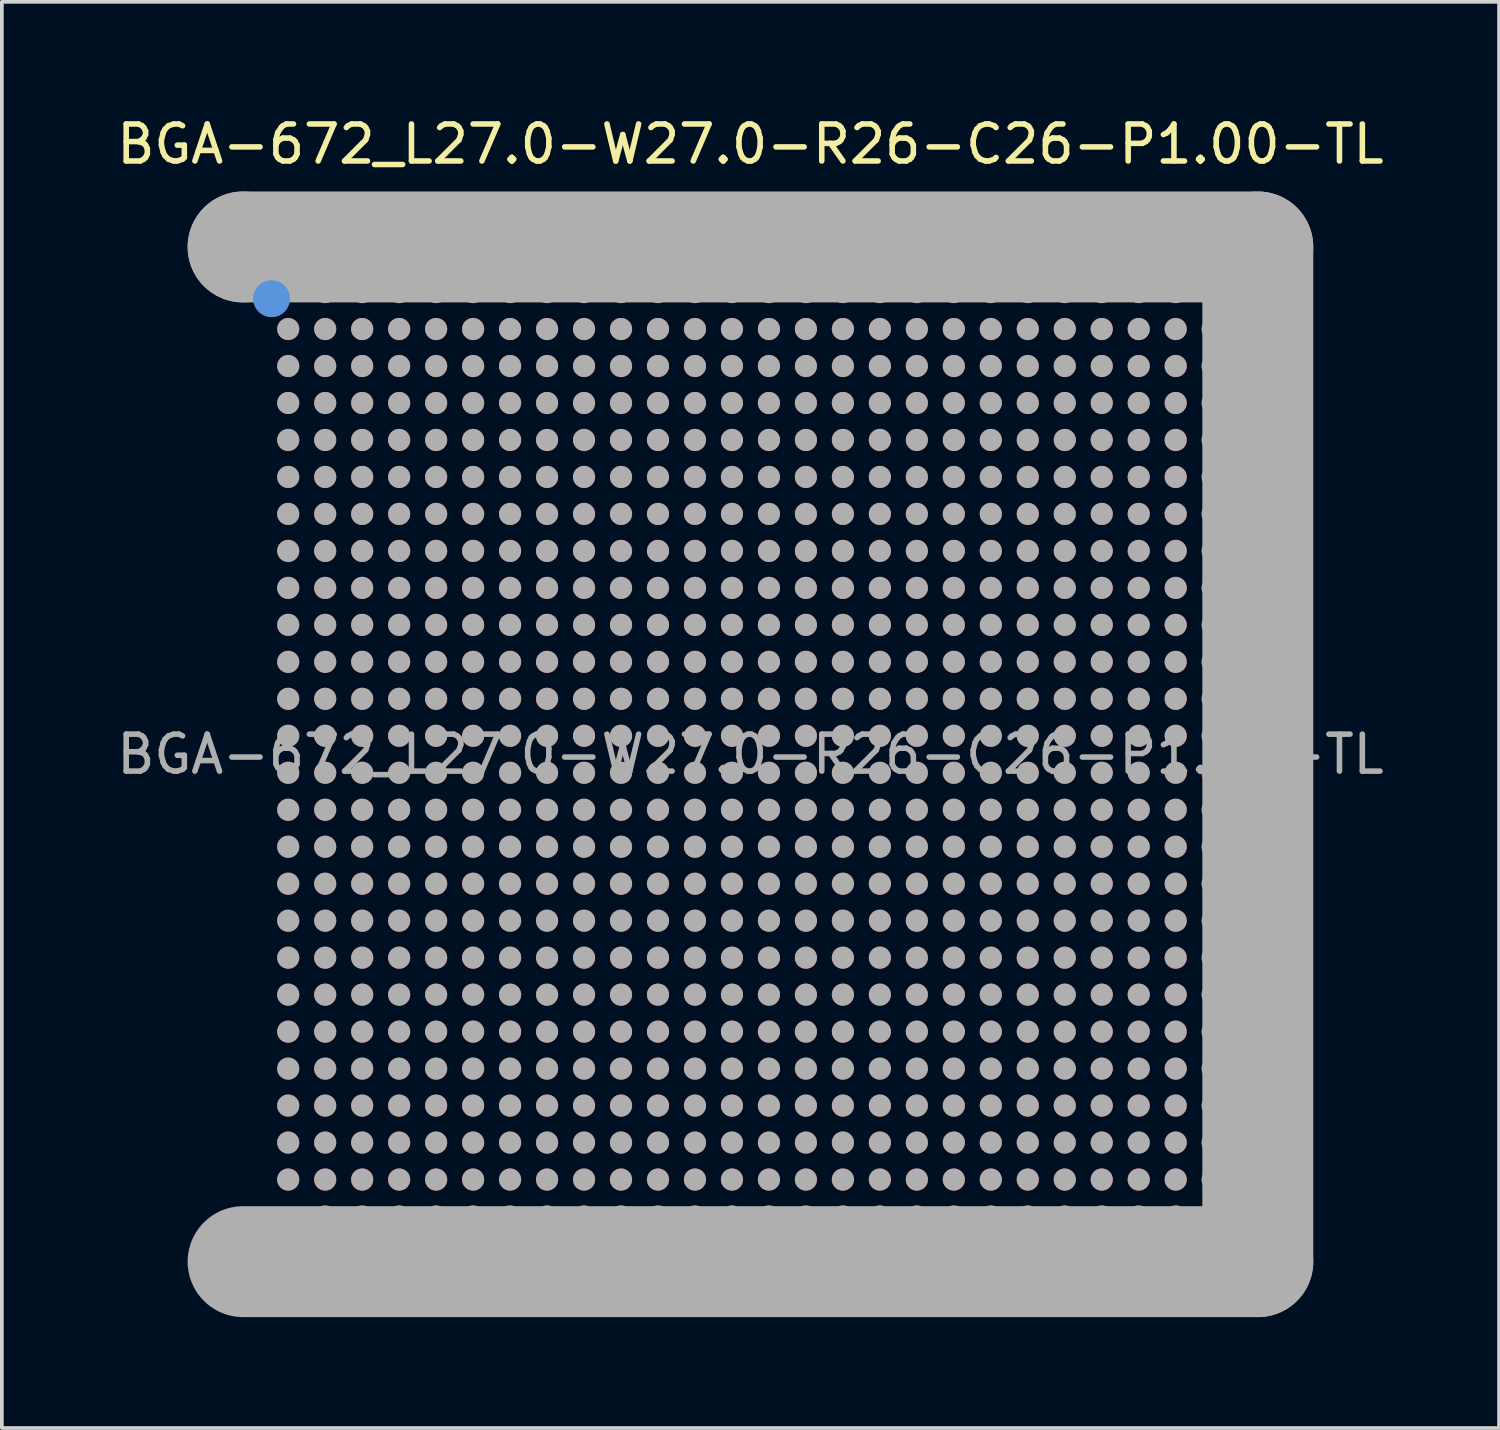
<source format=kicad_pcb>
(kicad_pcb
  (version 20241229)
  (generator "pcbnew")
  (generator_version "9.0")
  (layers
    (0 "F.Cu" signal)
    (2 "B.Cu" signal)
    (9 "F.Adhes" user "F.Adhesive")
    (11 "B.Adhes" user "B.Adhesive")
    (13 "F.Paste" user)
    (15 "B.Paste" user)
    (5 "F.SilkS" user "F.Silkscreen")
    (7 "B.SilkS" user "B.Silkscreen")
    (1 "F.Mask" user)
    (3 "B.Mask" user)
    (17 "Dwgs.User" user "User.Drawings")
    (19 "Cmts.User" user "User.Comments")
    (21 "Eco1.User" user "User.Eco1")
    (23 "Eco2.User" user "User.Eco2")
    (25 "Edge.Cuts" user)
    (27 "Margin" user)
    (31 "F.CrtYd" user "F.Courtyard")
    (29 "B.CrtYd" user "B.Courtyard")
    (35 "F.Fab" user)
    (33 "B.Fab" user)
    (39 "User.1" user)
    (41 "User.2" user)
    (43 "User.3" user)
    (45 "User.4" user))
  (footprint "BGA-672_L27.0-W27.0-R26-C26-P1.00-TL"
    (layer "F.Cu")
    (at 17.244 17.348)
    (property "Reference" "BGA-672_L27.0-W27.0-R26-C26-P1.00-TL" (at 0 -16.5 0) (layer "F.SilkS") (effects (font (size 1 1) (thickness 0.15))))
    (attr through_hole)
    (fp_line (start -13.72 -12.7) (end -12.7 -13.72) (stroke (width 0.25) (type solid)) (layer "F.SilkS"))
    (fp_circle (center -12.95 -12.32) (end -12.7 -12.32) (stroke (width 0.5) (type solid)) (fill no) (layer "Cmts.User"))
    (fp_line (start -13.72 -13.72) (end -13.72 -13.72) (stroke (width 3) (type solid)) (layer "F.Fab"))
    (fp_line (start -13.72 -13.72) (end 13.72 -13.72) (stroke (width 3) (type solid)) (layer "F.Fab"))
    (fp_line (start 13.72 -13.72) (end 13.72 13.72) (stroke (width 3) (type solid)) (layer "F.Fab"))
    (fp_line (start 13.72 13.72) (end -13.72 13.72) (stroke (width 3) (type solid)) (layer "F.Fab"))
    (fp_circle (center -13.5 -13.5) (end -13.47 -13.5) (stroke (width 0.06) (type solid)) (fill no) (layer "F.Fab"))
    (fp_circle (center -12.5 -11.5) (end -12.35 -11.5) (stroke (width 0.3) (type solid)) (fill no) (layer "F.Fab"))
    (fp_circle (center -12.5 -10.5) (end -12.35 -10.5) (stroke (width 0.3) (type solid)) (fill no) (layer "F.Fab"))
    (fp_circle (center -12.5 -9.5) (end -12.35 -9.5) (stroke (width 0.3) (type solid)) (fill no) (layer "F.Fab"))
    (fp_circle (center -12.5 -8.5) (end -12.35 -8.5) (stroke (width 0.3) (type solid)) (fill no) (layer "F.Fab"))
    (fp_circle (center -12.5 -7.5) (end -12.35 -7.5) (stroke (width 0.3) (type solid)) (fill no) (layer "F.Fab"))
    (fp_circle (center -12.5 -6.5) (end -12.35 -6.5) (stroke (width 0.3) (type solid)) (fill no) (layer "F.Fab"))
    (fp_circle (center -12.5 -5.5) (end -12.35 -5.5) (stroke (width 0.3) (type solid)) (fill no) (layer "F.Fab"))
    (fp_circle (center -12.5 -4.5) (end -12.35 -4.5) (stroke (width 0.3) (type solid)) (fill no) (layer "F.Fab"))
    (fp_circle (center -12.5 -3.5) (end -12.35 -3.5) (stroke (width 0.3) (type solid)) (fill no) (layer "F.Fab"))
    (fp_circle (center -12.5 -2.5) (end -12.35 -2.5) (stroke (width 0.3) (type solid)) (fill no) (layer "F.Fab"))
    (fp_circle (center -12.5 -1.5) (end -12.35 -1.5) (stroke (width 0.3) (type solid)) (fill no) (layer "F.Fab"))
    (fp_circle (center -12.5 -0.5) (end -12.35 -0.5) (stroke (width 0.3) (type solid)) (fill no) (layer "F.Fab"))
    (fp_circle (center -12.5 0.5) (end -12.35 0.5) (stroke (width 0.3) (type solid)) (fill no) (layer "F.Fab"))
    (fp_circle (center -12.5 1.5) (end -12.35 1.5) (stroke (width 0.3) (type solid)) (fill no) (layer "F.Fab"))
    (fp_circle (center -12.5 2.5) (end -12.35 2.5) (stroke (width 0.3) (type solid)) (fill no) (layer "F.Fab"))
    (fp_circle (center -12.5 3.5) (end -12.35 3.5) (stroke (width 0.3) (type solid)) (fill no) (layer "F.Fab"))
    (fp_circle (center -12.5 4.5) (end -12.35 4.5) (stroke (width 0.3) (type solid)) (fill no) (layer "F.Fab"))
    (fp_circle (center -12.5 5.5) (end -12.35 5.5) (stroke (width 0.3) (type solid)) (fill no) (layer "F.Fab"))
    (fp_circle (center -12.5 6.5) (end -12.35 6.5) (stroke (width 0.3) (type solid)) (fill no) (layer "F.Fab"))
    (fp_circle (center -12.5 7.5) (end -12.35 7.5) (stroke (width 0.3) (type solid)) (fill no) (layer "F.Fab"))
    (fp_circle (center -12.5 8.5) (end -12.35 8.5) (stroke (width 0.3) (type solid)) (fill no) (layer "F.Fab"))
    (fp_circle (center -12.5 9.5) (end -12.35 9.5) (stroke (width 0.3) (type solid)) (fill no) (layer "F.Fab"))
    (fp_circle (center -12.5 10.5) (end -12.35 10.5) (stroke (width 0.3) (type solid)) (fill no) (layer "F.Fab"))
    (fp_circle (center -12.5 11.5) (end -12.35 11.5) (stroke (width 0.3) (type solid)) (fill no) (layer "F.Fab"))
    (fp_circle (center -11.5 -12.5) (end -11.35 -12.5) (stroke (width 0.3) (type solid)) (fill no) (layer "F.Fab"))
    (fp_circle (center -11.5 -11.5) (end -11.35 -11.5) (stroke (width 0.3) (type solid)) (fill no) (layer "F.Fab"))
    (fp_circle (center -11.5 -10.5) (end -11.35 -10.5) (stroke (width 0.3) (type solid)) (fill no) (layer "F.Fab"))
    (fp_circle (center -11.5 -9.5) (end -11.35 -9.5) (stroke (width 0.3) (type solid)) (fill no) (layer "F.Fab"))
    (fp_circle (center -11.5 -8.5) (end -11.35 -8.5) (stroke (width 0.3) (type solid)) (fill no) (layer "F.Fab"))
    (fp_circle (center -11.5 -7.5) (end -11.35 -7.5) (stroke (width 0.3) (type solid)) (fill no) (layer "F.Fab"))
    (fp_circle (center -11.5 -6.5) (end -11.35 -6.5) (stroke (width 0.3) (type solid)) (fill no) (layer "F.Fab"))
    (fp_circle (center -11.5 -5.5) (end -11.35 -5.5) (stroke (width 0.3) (type solid)) (fill no) (layer "F.Fab"))
    (fp_circle (center -11.5 -4.5) (end -11.35 -4.5) (stroke (width 0.3) (type solid)) (fill no) (layer "F.Fab"))
    (fp_circle (center -11.5 -3.5) (end -11.35 -3.5) (stroke (width 0.3) (type solid)) (fill no) (layer "F.Fab"))
    (fp_circle (center -11.5 -2.5) (end -11.35 -2.5) (stroke (width 0.3) (type solid)) (fill no) (layer "F.Fab"))
    (fp_circle (center -11.5 -1.5) (end -11.35 -1.5) (stroke (width 0.3) (type solid)) (fill no) (layer "F.Fab"))
    (fp_circle (center -11.5 -0.5) (end -11.35 -0.5) (stroke (width 0.3) (type solid)) (fill no) (layer "F.Fab"))
    (fp_circle (center -11.5 0.5) (end -11.35 0.5) (stroke (width 0.3) (type solid)) (fill no) (layer "F.Fab"))
    (fp_circle (center -11.5 1.5) (end -11.35 1.5) (stroke (width 0.3) (type solid)) (fill no) (layer "F.Fab"))
    (fp_circle (center -11.5 2.5) (end -11.35 2.5) (stroke (width 0.3) (type solid)) (fill no) (layer "F.Fab"))
    (fp_circle (center -11.5 3.5) (end -11.35 3.5) (stroke (width 0.3) (type solid)) (fill no) (layer "F.Fab"))
    (fp_circle (center -11.5 4.5) (end -11.35 4.5) (stroke (width 0.3) (type solid)) (fill no) (layer "F.Fab"))
    (fp_circle (center -11.5 5.5) (end -11.35 5.5) (stroke (width 0.3) (type solid)) (fill no) (layer "F.Fab"))
    (fp_circle (center -11.5 6.5) (end -11.35 6.5) (stroke (width 0.3) (type solid)) (fill no) (layer "F.Fab"))
    (fp_circle (center -11.5 7.5) (end -11.35 7.5) (stroke (width 0.3) (type solid)) (fill no) (layer "F.Fab"))
    (fp_circle (center -11.5 8.5) (end -11.35 8.5) (stroke (width 0.3) (type solid)) (fill no) (layer "F.Fab"))
    (fp_circle (center -11.5 9.5) (end -11.35 9.5) (stroke (width 0.3) (type solid)) (fill no) (layer "F.Fab"))
    (fp_circle (center -11.5 10.5) (end -11.35 10.5) (stroke (width 0.3) (type solid)) (fill no) (layer "F.Fab"))
    (fp_circle (center -11.5 11.5) (end -11.35 11.5) (stroke (width 0.3) (type solid)) (fill no) (layer "F.Fab"))
    (fp_circle (center -11.5 12.5) (end -11.35 12.5) (stroke (width 0.3) (type solid)) (fill no) (layer "F.Fab"))
    (fp_circle (center -10.5 -12.5) (end -10.35 -12.5) (stroke (width 0.3) (type solid)) (fill no) (layer "F.Fab"))
    (fp_circle (center -10.5 -11.5) (end -10.35 -11.5) (stroke (width 0.3) (type solid)) (fill no) (layer "F.Fab"))
    (fp_circle (center -10.5 -10.5) (end -10.35 -10.5) (stroke (width 0.3) (type solid)) (fill no) (layer "F.Fab"))
    (fp_circle (center -10.5 -9.5) (end -10.35 -9.5) (stroke (width 0.3) (type solid)) (fill no) (layer "F.Fab"))
    (fp_circle (center -10.5 -8.5) (end -10.35 -8.5) (stroke (width 0.3) (type solid)) (fill no) (layer "F.Fab"))
    (fp_circle (center -10.5 -7.5) (end -10.35 -7.5) (stroke (width 0.3) (type solid)) (fill no) (layer "F.Fab"))
    (fp_circle (center -10.5 -6.5) (end -10.35 -6.5) (stroke (width 0.3) (type solid)) (fill no) (layer "F.Fab"))
    (fp_circle (center -10.5 -5.5) (end -10.35 -5.5) (stroke (width 0.3) (type solid)) (fill no) (layer "F.Fab"))
    (fp_circle (center -10.5 -4.5) (end -10.35 -4.5) (stroke (width 0.3) (type solid)) (fill no) (layer "F.Fab"))
    (fp_circle (center -10.5 -3.5) (end -10.35 -3.5) (stroke (width 0.3) (type solid)) (fill no) (layer "F.Fab"))
    (fp_circle (center -10.5 -2.5) (end -10.35 -2.5) (stroke (width 0.3) (type solid)) (fill no) (layer "F.Fab"))
    (fp_circle (center -10.5 -1.5) (end -10.35 -1.5) (stroke (width 0.3) (type solid)) (fill no) (layer "F.Fab"))
    (fp_circle (center -10.5 -0.5) (end -10.35 -0.5) (stroke (width 0.3) (type solid)) (fill no) (layer "F.Fab"))
    (fp_circle (center -10.5 0.5) (end -10.35 0.5) (stroke (width 0.3) (type solid)) (fill no) (layer "F.Fab"))
    (fp_circle (center -10.5 1.5) (end -10.35 1.5) (stroke (width 0.3) (type solid)) (fill no) (layer "F.Fab"))
    (fp_circle (center -10.5 2.5) (end -10.35 2.5) (stroke (width 0.3) (type solid)) (fill no) (layer "F.Fab"))
    (fp_circle (center -10.5 3.5) (end -10.35 3.5) (stroke (width 0.3) (type solid)) (fill no) (layer "F.Fab"))
    (fp_circle (center -10.5 4.5) (end -10.35 4.5) (stroke (width 0.3) (type solid)) (fill no) (layer "F.Fab"))
    (fp_circle (center -10.5 5.5) (end -10.35 5.5) (stroke (width 0.3) (type solid)) (fill no) (layer "F.Fab"))
    (fp_circle (center -10.5 6.5) (end -10.35 6.5) (stroke (width 0.3) (type solid)) (fill no) (layer "F.Fab"))
    (fp_circle (center -10.5 7.5) (end -10.35 7.5) (stroke (width 0.3) (type solid)) (fill no) (layer "F.Fab"))
    (fp_circle (center -10.5 8.5) (end -10.35 8.5) (stroke (width 0.3) (type solid)) (fill no) (layer "F.Fab"))
    (fp_circle (center -10.5 9.5) (end -10.35 9.5) (stroke (width 0.3) (type solid)) (fill no) (layer "F.Fab"))
    (fp_circle (center -10.5 10.5) (end -10.35 10.5) (stroke (width 0.3) (type solid)) (fill no) (layer "F.Fab"))
    (fp_circle (center -10.5 11.5) (end -10.35 11.5) (stroke (width 0.3) (type solid)) (fill no) (layer "F.Fab"))
    (fp_circle (center -10.5 12.5) (end -10.35 12.5) (stroke (width 0.3) (type solid)) (fill no) (layer "F.Fab"))
    (fp_circle (center -9.5 -12.5) (end -9.35 -12.5) (stroke (width 0.3) (type solid)) (fill no) (layer "F.Fab"))
    (fp_circle (center -9.5 -11.5) (end -9.35 -11.5) (stroke (width 0.3) (type solid)) (fill no) (layer "F.Fab"))
    (fp_circle (center -9.5 -10.5) (end -9.35 -10.5) (stroke (width 0.3) (type solid)) (fill no) (layer "F.Fab"))
    (fp_circle (center -9.5 -9.5) (end -9.35 -9.5) (stroke (width 0.3) (type solid)) (fill no) (layer "F.Fab"))
    (fp_circle (center -9.5 -8.5) (end -9.35 -8.5) (stroke (width 0.3) (type solid)) (fill no) (layer "F.Fab"))
    (fp_circle (center -9.5 -7.5) (end -9.35 -7.5) (stroke (width 0.3) (type solid)) (fill no) (layer "F.Fab"))
    (fp_circle (center -9.5 -6.5) (end -9.35 -6.5) (stroke (width 0.3) (type solid)) (fill no) (layer "F.Fab"))
    (fp_circle (center -9.5 -5.5) (end -9.35 -5.5) (stroke (width 0.3) (type solid)) (fill no) (layer "F.Fab"))
    (fp_circle (center -9.5 -4.5) (end -9.35 -4.5) (stroke (width 0.3) (type solid)) (fill no) (layer "F.Fab"))
    (fp_circle (center -9.5 -3.5) (end -9.35 -3.5) (stroke (width 0.3) (type solid)) (fill no) (layer "F.Fab"))
    (fp_circle (center -9.5 -2.5) (end -9.35 -2.5) (stroke (width 0.3) (type solid)) (fill no) (layer "F.Fab"))
    (fp_circle (center -9.5 -1.5) (end -9.35 -1.5) (stroke (width 0.3) (type solid)) (fill no) (layer "F.Fab"))
    (fp_circle (center -9.5 -0.5) (end -9.35 -0.5) (stroke (width 0.3) (type solid)) (fill no) (layer "F.Fab"))
    (fp_circle (center -9.5 0.5) (end -9.35 0.5) (stroke (width 0.3) (type solid)) (fill no) (layer "F.Fab"))
    (fp_circle (center -9.5 1.5) (end -9.35 1.5) (stroke (width 0.3) (type solid)) (fill no) (layer "F.Fab"))
    (fp_circle (center -9.5 2.5) (end -9.35 2.5) (stroke (width 0.3) (type solid)) (fill no) (layer "F.Fab"))
    (fp_circle (center -9.5 3.5) (end -9.35 3.5) (stroke (width 0.3) (type solid)) (fill no) (layer "F.Fab"))
    (fp_circle (center -9.5 4.5) (end -9.35 4.5) (stroke (width 0.3) (type solid)) (fill no) (layer "F.Fab"))
    (fp_circle (center -9.5 5.5) (end -9.35 5.5) (stroke (width 0.3) (type solid)) (fill no) (layer "F.Fab"))
    (fp_circle (center -9.5 6.5) (end -9.35 6.5) (stroke (width 0.3) (type solid)) (fill no) (layer "F.Fab"))
    (fp_circle (center -9.5 7.5) (end -9.35 7.5) (stroke (width 0.3) (type solid)) (fill no) (layer "F.Fab"))
    (fp_circle (center -9.5 8.5) (end -9.35 8.5) (stroke (width 0.3) (type solid)) (fill no) (layer "F.Fab"))
    (fp_circle (center -9.5 9.5) (end -9.35 9.5) (stroke (width 0.3) (type solid)) (fill no) (layer "F.Fab"))
    (fp_circle (center -9.5 10.5) (end -9.35 10.5) (stroke (width 0.3) (type solid)) (fill no) (layer "F.Fab"))
    (fp_circle (center -9.5 11.5) (end -9.35 11.5) (stroke (width 0.3) (type solid)) (fill no) (layer "F.Fab"))
    (fp_circle (center -9.5 12.5) (end -9.35 12.5) (stroke (width 0.3) (type solid)) (fill no) (layer "F.Fab"))
    (fp_circle (center -8.5 -12.5) (end -8.35 -12.5) (stroke (width 0.3) (type solid)) (fill no) (layer "F.Fab"))
    (fp_circle (center -8.5 -11.5) (end -8.35 -11.5) (stroke (width 0.3) (type solid)) (fill no) (layer "F.Fab"))
    (fp_circle (center -8.5 -10.5) (end -8.35 -10.5) (stroke (width 0.3) (type solid)) (fill no) (layer "F.Fab"))
    (fp_circle (center -8.5 -9.5) (end -8.35 -9.5) (stroke (width 0.3) (type solid)) (fill no) (layer "F.Fab"))
    (fp_circle (center -8.5 -8.5) (end -8.35 -8.5) (stroke (width 0.3) (type solid)) (fill no) (layer "F.Fab"))
    (fp_circle (center -8.5 -7.5) (end -8.35 -7.5) (stroke (width 0.3) (type solid)) (fill no) (layer "F.Fab"))
    (fp_circle (center -8.5 -6.5) (end -8.35 -6.5) (stroke (width 0.3) (type solid)) (fill no) (layer "F.Fab"))
    (fp_circle (center -8.5 -5.5) (end -8.35 -5.5) (stroke (width 0.3) (type solid)) (fill no) (layer "F.Fab"))
    (fp_circle (center -8.5 -4.5) (end -8.35 -4.5) (stroke (width 0.3) (type solid)) (fill no) (layer "F.Fab"))
    (fp_circle (center -8.5 -3.5) (end -8.35 -3.5) (stroke (width 0.3) (type solid)) (fill no) (layer "F.Fab"))
    (fp_circle (center -8.5 -2.5) (end -8.35 -2.5) (stroke (width 0.3) (type solid)) (fill no) (layer "F.Fab"))
    (fp_circle (center -8.5 -1.5) (end -8.35 -1.5) (stroke (width 0.3) (type solid)) (fill no) (layer "F.Fab"))
    (fp_circle (center -8.5 -0.5) (end -8.35 -0.5) (stroke (width 0.3) (type solid)) (fill no) (layer "F.Fab"))
    (fp_circle (center -8.5 0.5) (end -8.35 0.5) (stroke (width 0.3) (type solid)) (fill no) (layer "F.Fab"))
    (fp_circle (center -8.5 1.5) (end -8.35 1.5) (stroke (width 0.3) (type solid)) (fill no) (layer "F.Fab"))
    (fp_circle (center -8.5 2.5) (end -8.35 2.5) (stroke (width 0.3) (type solid)) (fill no) (layer "F.Fab"))
    (fp_circle (center -8.5 3.5) (end -8.35 3.5) (stroke (width 0.3) (type solid)) (fill no) (layer "F.Fab"))
    (fp_circle (center -8.5 4.5) (end -8.35 4.5) (stroke (width 0.3) (type solid)) (fill no) (layer "F.Fab"))
    (fp_circle (center -8.5 5.5) (end -8.35 5.5) (stroke (width 0.3) (type solid)) (fill no) (layer "F.Fab"))
    (fp_circle (center -8.5 6.5) (end -8.35 6.5) (stroke (width 0.3) (type solid)) (fill no) (layer "F.Fab"))
    (fp_circle (center -8.5 7.5) (end -8.35 7.5) (stroke (width 0.3) (type solid)) (fill no) (layer "F.Fab"))
    (fp_circle (center -8.5 8.5) (end -8.35 8.5) (stroke (width 0.3) (type solid)) (fill no) (layer "F.Fab"))
    (fp_circle (center -8.5 9.5) (end -8.35 9.5) (stroke (width 0.3) (type solid)) (fill no) (layer "F.Fab"))
    (fp_circle (center -8.5 10.5) (end -8.35 10.5) (stroke (width 0.3) (type solid)) (fill no) (layer "F.Fab"))
    (fp_circle (center -8.5 11.5) (end -8.35 11.5) (stroke (width 0.3) (type solid)) (fill no) (layer "F.Fab"))
    (fp_circle (center -8.5 12.5) (end -8.35 12.5) (stroke (width 0.3) (type solid)) (fill no) (layer "F.Fab"))
    (fp_circle (center -7.5 -12.5) (end -7.35 -12.5) (stroke (width 0.3) (type solid)) (fill no) (layer "F.Fab"))
    (fp_circle (center -7.5 -11.5) (end -7.35 -11.5) (stroke (width 0.3) (type solid)) (fill no) (layer "F.Fab"))
    (fp_circle (center -7.5 -10.5) (end -7.35 -10.5) (stroke (width 0.3) (type solid)) (fill no) (layer "F.Fab"))
    (fp_circle (center -7.5 -9.5) (end -7.35 -9.5) (stroke (width 0.3) (type solid)) (fill no) (layer "F.Fab"))
    (fp_circle (center -7.5 -8.5) (end -7.35 -8.5) (stroke (width 0.3) (type solid)) (fill no) (layer "F.Fab"))
    (fp_circle (center -7.5 -7.5) (end -7.35 -7.5) (stroke (width 0.3) (type solid)) (fill no) (layer "F.Fab"))
    (fp_circle (center -7.5 -6.5) (end -7.35 -6.5) (stroke (width 0.3) (type solid)) (fill no) (layer "F.Fab"))
    (fp_circle (center -7.5 -5.5) (end -7.35 -5.5) (stroke (width 0.3) (type solid)) (fill no) (layer "F.Fab"))
    (fp_circle (center -7.5 -4.5) (end -7.35 -4.5) (stroke (width 0.3) (type solid)) (fill no) (layer "F.Fab"))
    (fp_circle (center -7.5 -3.5) (end -7.35 -3.5) (stroke (width 0.3) (type solid)) (fill no) (layer "F.Fab"))
    (fp_circle (center -7.5 -2.5) (end -7.35 -2.5) (stroke (width 0.3) (type solid)) (fill no) (layer "F.Fab"))
    (fp_circle (center -7.5 -1.5) (end -7.35 -1.5) (stroke (width 0.3) (type solid)) (fill no) (layer "F.Fab"))
    (fp_circle (center -7.5 -0.5) (end -7.35 -0.5) (stroke (width 0.3) (type solid)) (fill no) (layer "F.Fab"))
    (fp_circle (center -7.5 0.5) (end -7.35 0.5) (stroke (width 0.3) (type solid)) (fill no) (layer "F.Fab"))
    (fp_circle (center -7.5 1.5) (end -7.35 1.5) (stroke (width 0.3) (type solid)) (fill no) (layer "F.Fab"))
    (fp_circle (center -7.5 2.5) (end -7.35 2.5) (stroke (width 0.3) (type solid)) (fill no) (layer "F.Fab"))
    (fp_circle (center -7.5 3.5) (end -7.35 3.5) (stroke (width 0.3) (type solid)) (fill no) (layer "F.Fab"))
    (fp_circle (center -7.5 4.5) (end -7.35 4.5) (stroke (width 0.3) (type solid)) (fill no) (layer "F.Fab"))
    (fp_circle (center -7.5 5.5) (end -7.35 5.5) (stroke (width 0.3) (type solid)) (fill no) (layer "F.Fab"))
    (fp_circle (center -7.5 6.5) (end -7.35 6.5) (stroke (width 0.3) (type solid)) (fill no) (layer "F.Fab"))
    (fp_circle (center -7.5 7.5) (end -7.35 7.5) (stroke (width 0.3) (type solid)) (fill no) (layer "F.Fab"))
    (fp_circle (center -7.5 8.5) (end -7.35 8.5) (stroke (width 0.3) (type solid)) (fill no) (layer "F.Fab"))
    (fp_circle (center -7.5 9.5) (end -7.35 9.5) (stroke (width 0.3) (type solid)) (fill no) (layer "F.Fab"))
    (fp_circle (center -7.5 10.5) (end -7.35 10.5) (stroke (width 0.3) (type solid)) (fill no) (layer "F.Fab"))
    (fp_circle (center -7.5 11.5) (end -7.35 11.5) (stroke (width 0.3) (type solid)) (fill no) (layer "F.Fab"))
    (fp_circle (center -7.5 12.5) (end -7.35 12.5) (stroke (width 0.3) (type solid)) (fill no) (layer "F.Fab"))
    (fp_circle (center -6.5 -12.5) (end -6.35 -12.5) (stroke (width 0.3) (type solid)) (fill no) (layer "F.Fab"))
    (fp_circle (center -6.5 -11.5) (end -6.35 -11.5) (stroke (width 0.3) (type solid)) (fill no) (layer "F.Fab"))
    (fp_circle (center -6.5 -10.5) (end -6.35 -10.5) (stroke (width 0.3) (type solid)) (fill no) (layer "F.Fab"))
    (fp_circle (center -6.5 -9.5) (end -6.35 -9.5) (stroke (width 0.3) (type solid)) (fill no) (layer "F.Fab"))
    (fp_circle (center -6.5 -8.5) (end -6.35 -8.5) (stroke (width 0.3) (type solid)) (fill no) (layer "F.Fab"))
    (fp_circle (center -6.5 -7.5) (end -6.35 -7.5) (stroke (width 0.3) (type solid)) (fill no) (layer "F.Fab"))
    (fp_circle (center -6.5 -6.5) (end -6.35 -6.5) (stroke (width 0.3) (type solid)) (fill no) (layer "F.Fab"))
    (fp_circle (center -6.5 -5.5) (end -6.35 -5.5) (stroke (width 0.3) (type solid)) (fill no) (layer "F.Fab"))
    (fp_circle (center -6.5 -4.5) (end -6.35 -4.5) (stroke (width 0.3) (type solid)) (fill no) (layer "F.Fab"))
    (fp_circle (center -6.5 -3.5) (end -6.35 -3.5) (stroke (width 0.3) (type solid)) (fill no) (layer "F.Fab"))
    (fp_circle (center -6.5 -2.5) (end -6.35 -2.5) (stroke (width 0.3) (type solid)) (fill no) (layer "F.Fab"))
    (fp_circle (center -6.5 -1.5) (end -6.35 -1.5) (stroke (width 0.3) (type solid)) (fill no) (layer "F.Fab"))
    (fp_circle (center -6.5 -0.5) (end -6.35 -0.5) (stroke (width 0.3) (type solid)) (fill no) (layer "F.Fab"))
    (fp_circle (center -6.5 0.5) (end -6.35 0.5) (stroke (width 0.3) (type solid)) (fill no) (layer "F.Fab"))
    (fp_circle (center -6.5 1.5) (end -6.35 1.5) (stroke (width 0.3) (type solid)) (fill no) (layer "F.Fab"))
    (fp_circle (center -6.5 2.5) (end -6.35 2.5) (stroke (width 0.3) (type solid)) (fill no) (layer "F.Fab"))
    (fp_circle (center -6.5 3.5) (end -6.35 3.5) (stroke (width 0.3) (type solid)) (fill no) (layer "F.Fab"))
    (fp_circle (center -6.5 4.5) (end -6.35 4.5) (stroke (width 0.3) (type solid)) (fill no) (layer "F.Fab"))
    (fp_circle (center -6.5 5.5) (end -6.35 5.5) (stroke (width 0.3) (type solid)) (fill no) (layer "F.Fab"))
    (fp_circle (center -6.5 6.5) (end -6.35 6.5) (stroke (width 0.3) (type solid)) (fill no) (layer "F.Fab"))
    (fp_circle (center -6.5 7.5) (end -6.35 7.5) (stroke (width 0.3) (type solid)) (fill no) (layer "F.Fab"))
    (fp_circle (center -6.5 8.5) (end -6.35 8.5) (stroke (width 0.3) (type solid)) (fill no) (layer "F.Fab"))
    (fp_circle (center -6.5 9.5) (end -6.35 9.5) (stroke (width 0.3) (type solid)) (fill no) (layer "F.Fab"))
    (fp_circle (center -6.5 10.5) (end -6.35 10.5) (stroke (width 0.3) (type solid)) (fill no) (layer "F.Fab"))
    (fp_circle (center -6.5 11.5) (end -6.35 11.5) (stroke (width 0.3) (type solid)) (fill no) (layer "F.Fab"))
    (fp_circle (center -6.5 12.5) (end -6.35 12.5) (stroke (width 0.3) (type solid)) (fill no) (layer "F.Fab"))
    (fp_circle (center -5.5 -12.5) (end -5.35 -12.5) (stroke (width 0.3) (type solid)) (fill no) (layer "F.Fab"))
    (fp_circle (center -5.5 -11.5) (end -5.35 -11.5) (stroke (width 0.3) (type solid)) (fill no) (layer "F.Fab"))
    (fp_circle (center -5.5 -10.5) (end -5.35 -10.5) (stroke (width 0.3) (type solid)) (fill no) (layer "F.Fab"))
    (fp_circle (center -5.5 -9.5) (end -5.35 -9.5) (stroke (width 0.3) (type solid)) (fill no) (layer "F.Fab"))
    (fp_circle (center -5.5 -8.5) (end -5.35 -8.5) (stroke (width 0.3) (type solid)) (fill no) (layer "F.Fab"))
    (fp_circle (center -5.5 -7.5) (end -5.35 -7.5) (stroke (width 0.3) (type solid)) (fill no) (layer "F.Fab"))
    (fp_circle (center -5.5 -6.5) (end -5.35 -6.5) (stroke (width 0.3) (type solid)) (fill no) (layer "F.Fab"))
    (fp_circle (center -5.5 -5.5) (end -5.35 -5.5) (stroke (width 0.3) (type solid)) (fill no) (layer "F.Fab"))
    (fp_circle (center -5.5 -4.5) (end -5.35 -4.5) (stroke (width 0.3) (type solid)) (fill no) (layer "F.Fab"))
    (fp_circle (center -5.5 -3.5) (end -5.35 -3.5) (stroke (width 0.3) (type solid)) (fill no) (layer "F.Fab"))
    (fp_circle (center -5.5 -2.5) (end -5.35 -2.5) (stroke (width 0.3) (type solid)) (fill no) (layer "F.Fab"))
    (fp_circle (center -5.5 -1.5) (end -5.35 -1.5) (stroke (width 0.3) (type solid)) (fill no) (layer "F.Fab"))
    (fp_circle (center -5.5 -0.5) (end -5.35 -0.5) (stroke (width 0.3) (type solid)) (fill no) (layer "F.Fab"))
    (fp_circle (center -5.5 0.5) (end -5.35 0.5) (stroke (width 0.3) (type solid)) (fill no) (layer "F.Fab"))
    (fp_circle (center -5.5 1.5) (end -5.35 1.5) (stroke (width 0.3) (type solid)) (fill no) (layer "F.Fab"))
    (fp_circle (center -5.5 2.5) (end -5.35 2.5) (stroke (width 0.3) (type solid)) (fill no) (layer "F.Fab"))
    (fp_circle (center -5.5 3.5) (end -5.35 3.5) (stroke (width 0.3) (type solid)) (fill no) (layer "F.Fab"))
    (fp_circle (center -5.5 4.5) (end -5.35 4.5) (stroke (width 0.3) (type solid)) (fill no) (layer "F.Fab"))
    (fp_circle (center -5.5 5.5) (end -5.35 5.5) (stroke (width 0.3) (type solid)) (fill no) (layer "F.Fab"))
    (fp_circle (center -5.5 6.5) (end -5.35 6.5) (stroke (width 0.3) (type solid)) (fill no) (layer "F.Fab"))
    (fp_circle (center -5.5 7.5) (end -5.35 7.5) (stroke (width 0.3) (type solid)) (fill no) (layer "F.Fab"))
    (fp_circle (center -5.5 8.5) (end -5.35 8.5) (stroke (width 0.3) (type solid)) (fill no) (layer "F.Fab"))
    (fp_circle (center -5.5 9.5) (end -5.35 9.5) (stroke (width 0.3) (type solid)) (fill no) (layer "F.Fab"))
    (fp_circle (center -5.5 10.5) (end -5.35 10.5) (stroke (width 0.3) (type solid)) (fill no) (layer "F.Fab"))
    (fp_circle (center -5.5 11.5) (end -5.35 11.5) (stroke (width 0.3) (type solid)) (fill no) (layer "F.Fab"))
    (fp_circle (center -5.5 12.5) (end -5.35 12.5) (stroke (width 0.3) (type solid)) (fill no) (layer "F.Fab"))
    (fp_circle (center -4.5 -12.5) (end -4.35 -12.5) (stroke (width 0.3) (type solid)) (fill no) (layer "F.Fab"))
    (fp_circle (center -4.5 -11.5) (end -4.35 -11.5) (stroke (width 0.3) (type solid)) (fill no) (layer "F.Fab"))
    (fp_circle (center -4.5 -10.5) (end -4.35 -10.5) (stroke (width 0.3) (type solid)) (fill no) (layer "F.Fab"))
    (fp_circle (center -4.5 -9.5) (end -4.35 -9.5) (stroke (width 0.3) (type solid)) (fill no) (layer "F.Fab"))
    (fp_circle (center -4.5 -8.5) (end -4.35 -8.5) (stroke (width 0.3) (type solid)) (fill no) (layer "F.Fab"))
    (fp_circle (center -4.5 -7.5) (end -4.35 -7.5) (stroke (width 0.3) (type solid)) (fill no) (layer "F.Fab"))
    (fp_circle (center -4.5 -6.5) (end -4.35 -6.5) (stroke (width 0.3) (type solid)) (fill no) (layer "F.Fab"))
    (fp_circle (center -4.5 -5.5) (end -4.35 -5.5) (stroke (width 0.3) (type solid)) (fill no) (layer "F.Fab"))
    (fp_circle (center -4.5 -4.5) (end -4.35 -4.5) (stroke (width 0.3) (type solid)) (fill no) (layer "F.Fab"))
    (fp_circle (center -4.5 -3.5) (end -4.35 -3.5) (stroke (width 0.3) (type solid)) (fill no) (layer "F.Fab"))
    (fp_circle (center -4.5 -2.5) (end -4.35 -2.5) (stroke (width 0.3) (type solid)) (fill no) (layer "F.Fab"))
    (fp_circle (center -4.5 -1.5) (end -4.35 -1.5) (stroke (width 0.3) (type solid)) (fill no) (layer "F.Fab"))
    (fp_circle (center -4.5 -0.5) (end -4.35 -0.5) (stroke (width 0.3) (type solid)) (fill no) (layer "F.Fab"))
    (fp_circle (center -4.5 0.5) (end -4.35 0.5) (stroke (width 0.3) (type solid)) (fill no) (layer "F.Fab"))
    (fp_circle (center -4.5 1.5) (end -4.35 1.5) (stroke (width 0.3) (type solid)) (fill no) (layer "F.Fab"))
    (fp_circle (center -4.5 2.5) (end -4.35 2.5) (stroke (width 0.3) (type solid)) (fill no) (layer "F.Fab"))
    (fp_circle (center -4.5 3.5) (end -4.35 3.5) (stroke (width 0.3) (type solid)) (fill no) (layer "F.Fab"))
    (fp_circle (center -4.5 4.5) (end -4.35 4.5) (stroke (width 0.3) (type solid)) (fill no) (layer "F.Fab"))
    (fp_circle (center -4.5 5.5) (end -4.35 5.5) (stroke (width 0.3) (type solid)) (fill no) (layer "F.Fab"))
    (fp_circle (center -4.5 6.5) (end -4.35 6.5) (stroke (width 0.3) (type solid)) (fill no) (layer "F.Fab"))
    (fp_circle (center -4.5 7.5) (end -4.35 7.5) (stroke (width 0.3) (type solid)) (fill no) (layer "F.Fab"))
    (fp_circle (center -4.5 8.5) (end -4.35 8.5) (stroke (width 0.3) (type solid)) (fill no) (layer "F.Fab"))
    (fp_circle (center -4.5 9.5) (end -4.35 9.5) (stroke (width 0.3) (type solid)) (fill no) (layer "F.Fab"))
    (fp_circle (center -4.5 10.5) (end -4.35 10.5) (stroke (width 0.3) (type solid)) (fill no) (layer "F.Fab"))
    (fp_circle (center -4.5 11.5) (end -4.35 11.5) (stroke (width 0.3) (type solid)) (fill no) (layer "F.Fab"))
    (fp_circle (center -4.5 12.5) (end -4.35 12.5) (stroke (width 0.3) (type solid)) (fill no) (layer "F.Fab"))
    (fp_circle (center -3.5 -12.5) (end -3.35 -12.5) (stroke (width 0.3) (type solid)) (fill no) (layer "F.Fab"))
    (fp_circle (center -3.5 -11.5) (end -3.35 -11.5) (stroke (width 0.3) (type solid)) (fill no) (layer "F.Fab"))
    (fp_circle (center -3.5 -10.5) (end -3.35 -10.5) (stroke (width 0.3) (type solid)) (fill no) (layer "F.Fab"))
    (fp_circle (center -3.5 -9.5) (end -3.35 -9.5) (stroke (width 0.3) (type solid)) (fill no) (layer "F.Fab"))
    (fp_circle (center -3.5 -8.5) (end -3.35 -8.5) (stroke (width 0.3) (type solid)) (fill no) (layer "F.Fab"))
    (fp_circle (center -3.5 -7.5) (end -3.35 -7.5) (stroke (width 0.3) (type solid)) (fill no) (layer "F.Fab"))
    (fp_circle (center -3.5 -6.5) (end -3.35 -6.5) (stroke (width 0.3) (type solid)) (fill no) (layer "F.Fab"))
    (fp_circle (center -3.5 -5.5) (end -3.35 -5.5) (stroke (width 0.3) (type solid)) (fill no) (layer "F.Fab"))
    (fp_circle (center -3.5 -4.5) (end -3.35 -4.5) (stroke (width 0.3) (type solid)) (fill no) (layer "F.Fab"))
    (fp_circle (center -3.5 -3.5) (end -3.35 -3.5) (stroke (width 0.3) (type solid)) (fill no) (layer "F.Fab"))
    (fp_circle (center -3.5 -2.5) (end -3.35 -2.5) (stroke (width 0.3) (type solid)) (fill no) (layer "F.Fab"))
    (fp_circle (center -3.5 -1.5) (end -3.35 -1.5) (stroke (width 0.3) (type solid)) (fill no) (layer "F.Fab"))
    (fp_circle (center -3.5 -0.5) (end -3.35 -0.5) (stroke (width 0.3) (type solid)) (fill no) (layer "F.Fab"))
    (fp_circle (center -3.5 0.5) (end -3.35 0.5) (stroke (width 0.3) (type solid)) (fill no) (layer "F.Fab"))
    (fp_circle (center -3.5 1.5) (end -3.35 1.5) (stroke (width 0.3) (type solid)) (fill no) (layer "F.Fab"))
    (fp_circle (center -3.5 2.5) (end -3.35 2.5) (stroke (width 0.3) (type solid)) (fill no) (layer "F.Fab"))
    (fp_circle (center -3.5 3.5) (end -3.35 3.5) (stroke (width 0.3) (type solid)) (fill no) (layer "F.Fab"))
    (fp_circle (center -3.5 4.5) (end -3.35 4.5) (stroke (width 0.3) (type solid)) (fill no) (layer "F.Fab"))
    (fp_circle (center -3.5 5.5) (end -3.35 5.5) (stroke (width 0.3) (type solid)) (fill no) (layer "F.Fab"))
    (fp_circle (center -3.5 6.5) (end -3.35 6.5) (stroke (width 0.3) (type solid)) (fill no) (layer "F.Fab"))
    (fp_circle (center -3.5 7.5) (end -3.35 7.5) (stroke (width 0.3) (type solid)) (fill no) (layer "F.Fab"))
    (fp_circle (center -3.5 8.5) (end -3.35 8.5) (stroke (width 0.3) (type solid)) (fill no) (layer "F.Fab"))
    (fp_circle (center -3.5 9.5) (end -3.35 9.5) (stroke (width 0.3) (type solid)) (fill no) (layer "F.Fab"))
    (fp_circle (center -3.5 10.5) (end -3.35 10.5) (stroke (width 0.3) (type solid)) (fill no) (layer "F.Fab"))
    (fp_circle (center -3.5 11.5) (end -3.35 11.5) (stroke (width 0.3) (type solid)) (fill no) (layer "F.Fab"))
    (fp_circle (center -3.5 12.5) (end -3.35 12.5) (stroke (width 0.3) (type solid)) (fill no) (layer "F.Fab"))
    (fp_circle (center -2.5 -12.5) (end -2.35 -12.5) (stroke (width 0.3) (type solid)) (fill no) (layer "F.Fab"))
    (fp_circle (center -2.5 -11.5) (end -2.35 -11.5) (stroke (width 0.3) (type solid)) (fill no) (layer "F.Fab"))
    (fp_circle (center -2.5 -10.5) (end -2.35 -10.5) (stroke (width 0.3) (type solid)) (fill no) (layer "F.Fab"))
    (fp_circle (center -2.5 -9.5) (end -2.35 -9.5) (stroke (width 0.3) (type solid)) (fill no) (layer "F.Fab"))
    (fp_circle (center -2.5 -8.5) (end -2.35 -8.5) (stroke (width 0.3) (type solid)) (fill no) (layer "F.Fab"))
    (fp_circle (center -2.5 -7.5) (end -2.35 -7.5) (stroke (width 0.3) (type solid)) (fill no) (layer "F.Fab"))
    (fp_circle (center -2.5 -6.5) (end -2.35 -6.5) (stroke (width 0.3) (type solid)) (fill no) (layer "F.Fab"))
    (fp_circle (center -2.5 -5.5) (end -2.35 -5.5) (stroke (width 0.3) (type solid)) (fill no) (layer "F.Fab"))
    (fp_circle (center -2.5 -4.5) (end -2.35 -4.5) (stroke (width 0.3) (type solid)) (fill no) (layer "F.Fab"))
    (fp_circle (center -2.5 -3.5) (end -2.35 -3.5) (stroke (width 0.3) (type solid)) (fill no) (layer "F.Fab"))
    (fp_circle (center -2.5 -2.5) (end -2.35 -2.5) (stroke (width 0.3) (type solid)) (fill no) (layer "F.Fab"))
    (fp_circle (center -2.5 -1.5) (end -2.35 -1.5) (stroke (width 0.3) (type solid)) (fill no) (layer "F.Fab"))
    (fp_circle (center -2.5 -0.5) (end -2.35 -0.5) (stroke (width 0.3) (type solid)) (fill no) (layer "F.Fab"))
    (fp_circle (center -2.5 0.5) (end -2.35 0.5) (stroke (width 0.3) (type solid)) (fill no) (layer "F.Fab"))
    (fp_circle (center -2.5 1.5) (end -2.35 1.5) (stroke (width 0.3) (type solid)) (fill no) (layer "F.Fab"))
    (fp_circle (center -2.5 2.5) (end -2.35 2.5) (stroke (width 0.3) (type solid)) (fill no) (layer "F.Fab"))
    (fp_circle (center -2.5 3.5) (end -2.35 3.5) (stroke (width 0.3) (type solid)) (fill no) (layer "F.Fab"))
    (fp_circle (center -2.5 4.5) (end -2.35 4.5) (stroke (width 0.3) (type solid)) (fill no) (layer "F.Fab"))
    (fp_circle (center -2.5 5.5) (end -2.35 5.5) (stroke (width 0.3) (type solid)) (fill no) (layer "F.Fab"))
    (fp_circle (center -2.5 6.5) (end -2.35 6.5) (stroke (width 0.3) (type solid)) (fill no) (layer "F.Fab"))
    (fp_circle (center -2.5 7.5) (end -2.35 7.5) (stroke (width 0.3) (type solid)) (fill no) (layer "F.Fab"))
    (fp_circle (center -2.5 8.5) (end -2.35 8.5) (stroke (width 0.3) (type solid)) (fill no) (layer "F.Fab"))
    (fp_circle (center -2.5 9.5) (end -2.35 9.5) (stroke (width 0.3) (type solid)) (fill no) (layer "F.Fab"))
    (fp_circle (center -2.5 10.5) (end -2.35 10.5) (stroke (width 0.3) (type solid)) (fill no) (layer "F.Fab"))
    (fp_circle (center -2.5 11.5) (end -2.35 11.5) (stroke (width 0.3) (type solid)) (fill no) (layer "F.Fab"))
    (fp_circle (center -2.5 12.5) (end -2.35 12.5) (stroke (width 0.3) (type solid)) (fill no) (layer "F.Fab"))
    (fp_circle (center -1.5 -12.5) (end -1.35 -12.5) (stroke (width 0.3) (type solid)) (fill no) (layer "F.Fab"))
    (fp_circle (center -1.5 -11.5) (end -1.35 -11.5) (stroke (width 0.3) (type solid)) (fill no) (layer "F.Fab"))
    (fp_circle (center -1.5 -10.5) (end -1.35 -10.5) (stroke (width 0.3) (type solid)) (fill no) (layer "F.Fab"))
    (fp_circle (center -1.5 -9.5) (end -1.35 -9.5) (stroke (width 0.3) (type solid)) (fill no) (layer "F.Fab"))
    (fp_circle (center -1.5 -8.5) (end -1.35 -8.5) (stroke (width 0.3) (type solid)) (fill no) (layer "F.Fab"))
    (fp_circle (center -1.5 -7.5) (end -1.35 -7.5) (stroke (width 0.3) (type solid)) (fill no) (layer "F.Fab"))
    (fp_circle (center -1.5 -6.5) (end -1.35 -6.5) (stroke (width 0.3) (type solid)) (fill no) (layer "F.Fab"))
    (fp_circle (center -1.5 -5.5) (end -1.35 -5.5) (stroke (width 0.3) (type solid)) (fill no) (layer "F.Fab"))
    (fp_circle (center -1.5 -4.5) (end -1.35 -4.5) (stroke (width 0.3) (type solid)) (fill no) (layer "F.Fab"))
    (fp_circle (center -1.5 -3.5) (end -1.35 -3.5) (stroke (width 0.3) (type solid)) (fill no) (layer "F.Fab"))
    (fp_circle (center -1.5 -2.5) (end -1.35 -2.5) (stroke (width 0.3) (type solid)) (fill no) (layer "F.Fab"))
    (fp_circle (center -1.5 -1.5) (end -1.35 -1.5) (stroke (width 0.3) (type solid)) (fill no) (layer "F.Fab"))
    (fp_circle (center -1.5 -0.5) (end -1.35 -0.5) (stroke (width 0.3) (type solid)) (fill no) (layer "F.Fab"))
    (fp_circle (center -1.5 0.5) (end -1.35 0.5) (stroke (width 0.3) (type solid)) (fill no) (layer "F.Fab"))
    (fp_circle (center -1.5 1.5) (end -1.35 1.5) (stroke (width 0.3) (type solid)) (fill no) (layer "F.Fab"))
    (fp_circle (center -1.5 2.5) (end -1.35 2.5) (stroke (width 0.3) (type solid)) (fill no) (layer "F.Fab"))
    (fp_circle (center -1.5 3.5) (end -1.35 3.5) (stroke (width 0.3) (type solid)) (fill no) (layer "F.Fab"))
    (fp_circle (center -1.5 4.5) (end -1.35 4.5) (stroke (width 0.3) (type solid)) (fill no) (layer "F.Fab"))
    (fp_circle (center -1.5 5.5) (end -1.35 5.5) (stroke (width 0.3) (type solid)) (fill no) (layer "F.Fab"))
    (fp_circle (center -1.5 6.5) (end -1.35 6.5) (stroke (width 0.3) (type solid)) (fill no) (layer "F.Fab"))
    (fp_circle (center -1.5 7.5) (end -1.35 7.5) (stroke (width 0.3) (type solid)) (fill no) (layer "F.Fab"))
    (fp_circle (center -1.5 8.5) (end -1.35 8.5) (stroke (width 0.3) (type solid)) (fill no) (layer "F.Fab"))
    (fp_circle (center -1.5 9.5) (end -1.35 9.5) (stroke (width 0.3) (type solid)) (fill no) (layer "F.Fab"))
    (fp_circle (center -1.5 10.5) (end -1.35 10.5) (stroke (width 0.3) (type solid)) (fill no) (layer "F.Fab"))
    (fp_circle (center -1.5 11.5) (end -1.35 11.5) (stroke (width 0.3) (type solid)) (fill no) (layer "F.Fab"))
    (fp_circle (center -1.5 12.5) (end -1.35 12.5) (stroke (width 0.3) (type solid)) (fill no) (layer "F.Fab"))
    (fp_circle (center -0.5 -12.5) (end -0.35 -12.5) (stroke (width 0.3) (type solid)) (fill no) (layer "F.Fab"))
    (fp_circle (center -0.5 -11.5) (end -0.35 -11.5) (stroke (width 0.3) (type solid)) (fill no) (layer "F.Fab"))
    (fp_circle (center -0.5 -10.5) (end -0.35 -10.5) (stroke (width 0.3) (type solid)) (fill no) (layer "F.Fab"))
    (fp_circle (center -0.5 -9.5) (end -0.35 -9.5) (stroke (width 0.3) (type solid)) (fill no) (layer "F.Fab"))
    (fp_circle (center -0.5 -8.5) (end -0.35 -8.5) (stroke (width 0.3) (type solid)) (fill no) (layer "F.Fab"))
    (fp_circle (center -0.5 -7.5) (end -0.35 -7.5) (stroke (width 0.3) (type solid)) (fill no) (layer "F.Fab"))
    (fp_circle (center -0.5 -6.5) (end -0.35 -6.5) (stroke (width 0.3) (type solid)) (fill no) (layer "F.Fab"))
    (fp_circle (center -0.5 -5.5) (end -0.35 -5.5) (stroke (width 0.3) (type solid)) (fill no) (layer "F.Fab"))
    (fp_circle (center -0.5 -4.5) (end -0.35 -4.5) (stroke (width 0.3) (type solid)) (fill no) (layer "F.Fab"))
    (fp_circle (center -0.5 -3.5) (end -0.35 -3.5) (stroke (width 0.3) (type solid)) (fill no) (layer "F.Fab"))
    (fp_circle (center -0.5 -2.5) (end -0.35 -2.5) (stroke (width 0.3) (type solid)) (fill no) (layer "F.Fab"))
    (fp_circle (center -0.5 -1.5) (end -0.35 -1.5) (stroke (width 0.3) (type solid)) (fill no) (layer "F.Fab"))
    (fp_circle (center -0.5 -0.5) (end -0.35 -0.5) (stroke (width 0.3) (type solid)) (fill no) (layer "F.Fab"))
    (fp_circle (center -0.5 0.5) (end -0.35 0.5) (stroke (width 0.3) (type solid)) (fill no) (layer "F.Fab"))
    (fp_circle (center -0.5 1.5) (end -0.35 1.5) (stroke (width 0.3) (type solid)) (fill no) (layer "F.Fab"))
    (fp_circle (center -0.5 2.5) (end -0.35 2.5) (stroke (width 0.3) (type solid)) (fill no) (layer "F.Fab"))
    (fp_circle (center -0.5 3.5) (end -0.35 3.5) (stroke (width 0.3) (type solid)) (fill no) (layer "F.Fab"))
    (fp_circle (center -0.5 4.5) (end -0.35 4.5) (stroke (width 0.3) (type solid)) (fill no) (layer "F.Fab"))
    (fp_circle (center -0.5 5.5) (end -0.35 5.5) (stroke (width 0.3) (type solid)) (fill no) (layer "F.Fab"))
    (fp_circle (center -0.5 6.5) (end -0.35 6.5) (stroke (width 0.3) (type solid)) (fill no) (layer "F.Fab"))
    (fp_circle (center -0.5 7.5) (end -0.35 7.5) (stroke (width 0.3) (type solid)) (fill no) (layer "F.Fab"))
    (fp_circle (center -0.5 8.5) (end -0.35 8.5) (stroke (width 0.3) (type solid)) (fill no) (layer "F.Fab"))
    (fp_circle (center -0.5 9.5) (end -0.35 9.5) (stroke (width 0.3) (type solid)) (fill no) (layer "F.Fab"))
    (fp_circle (center -0.5 10.5) (end -0.35 10.5) (stroke (width 0.3) (type solid)) (fill no) (layer "F.Fab"))
    (fp_circle (center -0.5 11.5) (end -0.35 11.5) (stroke (width 0.3) (type solid)) (fill no) (layer "F.Fab"))
    (fp_circle (center -0.5 12.5) (end -0.35 12.5) (stroke (width 0.3) (type solid)) (fill no) (layer "F.Fab"))
    (fp_circle (center 0.5 -12.5) (end 0.65 -12.5) (stroke (width 0.3) (type solid)) (fill no) (layer "F.Fab"))
    (fp_circle (center 0.5 -11.5) (end 0.65 -11.5) (stroke (width 0.3) (type solid)) (fill no) (layer "F.Fab"))
    (fp_circle (center 0.5 -10.5) (end 0.65 -10.5) (stroke (width 0.3) (type solid)) (fill no) (layer "F.Fab"))
    (fp_circle (center 0.5 -9.5) (end 0.65 -9.5) (stroke (width 0.3) (type solid)) (fill no) (layer "F.Fab"))
    (fp_circle (center 0.5 -8.5) (end 0.65 -8.5) (stroke (width 0.3) (type solid)) (fill no) (layer "F.Fab"))
    (fp_circle (center 0.5 -7.5) (end 0.65 -7.5) (stroke (width 0.3) (type solid)) (fill no) (layer "F.Fab"))
    (fp_circle (center 0.5 -6.5) (end 0.65 -6.5) (stroke (width 0.3) (type solid)) (fill no) (layer "F.Fab"))
    (fp_circle (center 0.5 -5.5) (end 0.65 -5.5) (stroke (width 0.3) (type solid)) (fill no) (layer "F.Fab"))
    (fp_circle (center 0.5 -4.5) (end 0.65 -4.5) (stroke (width 0.3) (type solid)) (fill no) (layer "F.Fab"))
    (fp_circle (center 0.5 -3.5) (end 0.65 -3.5) (stroke (width 0.3) (type solid)) (fill no) (layer "F.Fab"))
    (fp_circle (center 0.5 -2.5) (end 0.65 -2.5) (stroke (width 0.3) (type solid)) (fill no) (layer "F.Fab"))
    (fp_circle (center 0.5 -1.5) (end 0.65 -1.5) (stroke (width 0.3) (type solid)) (fill no) (layer "F.Fab"))
    (fp_circle (center 0.5 -0.5) (end 0.65 -0.5) (stroke (width 0.3) (type solid)) (fill no) (layer "F.Fab"))
    (fp_circle (center 0.5 0.5) (end 0.65 0.5) (stroke (width 0.3) (type solid)) (fill no) (layer "F.Fab"))
    (fp_circle (center 0.5 1.5) (end 0.65 1.5) (stroke (width 0.3) (type solid)) (fill no) (layer "F.Fab"))
    (fp_circle (center 0.5 2.5) (end 0.65 2.5) (stroke (width 0.3) (type solid)) (fill no) (layer "F.Fab"))
    (fp_circle (center 0.5 3.5) (end 0.65 3.5) (stroke (width 0.3) (type solid)) (fill no) (layer "F.Fab"))
    (fp_circle (center 0.5 4.5) (end 0.65 4.5) (stroke (width 0.3) (type solid)) (fill no) (layer "F.Fab"))
    (fp_circle (center 0.5 5.5) (end 0.65 5.5) (stroke (width 0.3) (type solid)) (fill no) (layer "F.Fab"))
    (fp_circle (center 0.5 6.5) (end 0.65 6.5) (stroke (width 0.3) (type solid)) (fill no) (layer "F.Fab"))
    (fp_circle (center 0.5 7.5) (end 0.65 7.5) (stroke (width 0.3) (type solid)) (fill no) (layer "F.Fab"))
    (fp_circle (center 0.5 8.5) (end 0.65 8.5) (stroke (width 0.3) (type solid)) (fill no) (layer "F.Fab"))
    (fp_circle (center 0.5 9.5) (end 0.65 9.5) (stroke (width 0.3) (type solid)) (fill no) (layer "F.Fab"))
    (fp_circle (center 0.5 10.5) (end 0.65 10.5) (stroke (width 0.3) (type solid)) (fill no) (layer "F.Fab"))
    (fp_circle (center 0.5 11.5) (end 0.65 11.5) (stroke (width 0.3) (type solid)) (fill no) (layer "F.Fab"))
    (fp_circle (center 0.5 12.5) (end 0.65 12.5) (stroke (width 0.3) (type solid)) (fill no) (layer "F.Fab"))
    (fp_circle (center 1.5 -12.5) (end 1.65 -12.5) (stroke (width 0.3) (type solid)) (fill no) (layer "F.Fab"))
    (fp_circle (center 1.5 -11.5) (end 1.65 -11.5) (stroke (width 0.3) (type solid)) (fill no) (layer "F.Fab"))
    (fp_circle (center 1.5 -10.5) (end 1.65 -10.5) (stroke (width 0.3) (type solid)) (fill no) (layer "F.Fab"))
    (fp_circle (center 1.5 -9.5) (end 1.65 -9.5) (stroke (width 0.3) (type solid)) (fill no) (layer "F.Fab"))
    (fp_circle (center 1.5 -8.5) (end 1.65 -8.5) (stroke (width 0.3) (type solid)) (fill no) (layer "F.Fab"))
    (fp_circle (center 1.5 -7.5) (end 1.65 -7.5) (stroke (width 0.3) (type solid)) (fill no) (layer "F.Fab"))
    (fp_circle (center 1.5 -6.5) (end 1.65 -6.5) (stroke (width 0.3) (type solid)) (fill no) (layer "F.Fab"))
    (fp_circle (center 1.5 -5.5) (end 1.65 -5.5) (stroke (width 0.3) (type solid)) (fill no) (layer "F.Fab"))
    (fp_circle (center 1.5 -4.5) (end 1.65 -4.5) (stroke (width 0.3) (type solid)) (fill no) (layer "F.Fab"))
    (fp_circle (center 1.5 -3.5) (end 1.65 -3.5) (stroke (width 0.3) (type solid)) (fill no) (layer "F.Fab"))
    (fp_circle (center 1.5 -2.5) (end 1.65 -2.5) (stroke (width 0.3) (type solid)) (fill no) (layer "F.Fab"))
    (fp_circle (center 1.5 -1.5) (end 1.65 -1.5) (stroke (width 0.3) (type solid)) (fill no) (layer "F.Fab"))
    (fp_circle (center 1.5 -0.5) (end 1.65 -0.5) (stroke (width 0.3) (type solid)) (fill no) (layer "F.Fab"))
    (fp_circle (center 1.5 0.5) (end 1.65 0.5) (stroke (width 0.3) (type solid)) (fill no) (layer "F.Fab"))
    (fp_circle (center 1.5 1.5) (end 1.65 1.5) (stroke (width 0.3) (type solid)) (fill no) (layer "F.Fab"))
    (fp_circle (center 1.5 2.5) (end 1.65 2.5) (stroke (width 0.3) (type solid)) (fill no) (layer "F.Fab"))
    (fp_circle (center 1.5 3.5) (end 1.65 3.5) (stroke (width 0.3) (type solid)) (fill no) (layer "F.Fab"))
    (fp_circle (center 1.5 4.5) (end 1.65 4.5) (stroke (width 0.3) (type solid)) (fill no) (layer "F.Fab"))
    (fp_circle (center 1.5 5.5) (end 1.65 5.5) (stroke (width 0.3) (type solid)) (fill no) (layer "F.Fab"))
    (fp_circle (center 1.5 6.5) (end 1.65 6.5) (stroke (width 0.3) (type solid)) (fill no) (layer "F.Fab"))
    (fp_circle (center 1.5 7.5) (end 1.65 7.5) (stroke (width 0.3) (type solid)) (fill no) (layer "F.Fab"))
    (fp_circle (center 1.5 8.5) (end 1.65 8.5) (stroke (width 0.3) (type solid)) (fill no) (layer "F.Fab"))
    (fp_circle (center 1.5 9.5) (end 1.65 9.5) (stroke (width 0.3) (type solid)) (fill no) (layer "F.Fab"))
    (fp_circle (center 1.5 10.5) (end 1.65 10.5) (stroke (width 0.3) (type solid)) (fill no) (layer "F.Fab"))
    (fp_circle (center 1.5 11.5) (end 1.65 11.5) (stroke (width 0.3) (type solid)) (fill no) (layer "F.Fab"))
    (fp_circle (center 1.5 12.5) (end 1.65 12.5) (stroke (width 0.3) (type solid)) (fill no) (layer "F.Fab"))
    (fp_circle (center 2.5 -12.5) (end 2.65 -12.5) (stroke (width 0.3) (type solid)) (fill no) (layer "F.Fab"))
    (fp_circle (center 2.5 -11.5) (end 2.65 -11.5) (stroke (width 0.3) (type solid)) (fill no) (layer "F.Fab"))
    (fp_circle (center 2.5 -10.5) (end 2.65 -10.5) (stroke (width 0.3) (type solid)) (fill no) (layer "F.Fab"))
    (fp_circle (center 2.5 -9.5) (end 2.65 -9.5) (stroke (width 0.3) (type solid)) (fill no) (layer "F.Fab"))
    (fp_circle (center 2.5 -8.5) (end 2.65 -8.5) (stroke (width 0.3) (type solid)) (fill no) (layer "F.Fab"))
    (fp_circle (center 2.5 -7.5) (end 2.65 -7.5) (stroke (width 0.3) (type solid)) (fill no) (layer "F.Fab"))
    (fp_circle (center 2.5 -6.5) (end 2.65 -6.5) (stroke (width 0.3) (type solid)) (fill no) (layer "F.Fab"))
    (fp_circle (center 2.5 -5.5) (end 2.65 -5.5) (stroke (width 0.3) (type solid)) (fill no) (layer "F.Fab"))
    (fp_circle (center 2.5 -4.5) (end 2.65 -4.5) (stroke (width 0.3) (type solid)) (fill no) (layer "F.Fab"))
    (fp_circle (center 2.5 -3.5) (end 2.65 -3.5) (stroke (width 0.3) (type solid)) (fill no) (layer "F.Fab"))
    (fp_circle (center 2.5 -2.5) (end 2.65 -2.5) (stroke (width 0.3) (type solid)) (fill no) (layer "F.Fab"))
    (fp_circle (center 2.5 -1.5) (end 2.65 -1.5) (stroke (width 0.3) (type solid)) (fill no) (layer "F.Fab"))
    (fp_circle (center 2.5 -0.5) (end 2.65 -0.5) (stroke (width 0.3) (type solid)) (fill no) (layer "F.Fab"))
    (fp_circle (center 2.5 0.5) (end 2.65 0.5) (stroke (width 0.3) (type solid)) (fill no) (layer "F.Fab"))
    (fp_circle (center 2.5 1.5) (end 2.65 1.5) (stroke (width 0.3) (type solid)) (fill no) (layer "F.Fab"))
    (fp_circle (center 2.5 2.5) (end 2.65 2.5) (stroke (width 0.3) (type solid)) (fill no) (layer "F.Fab"))
    (fp_circle (center 2.5 3.5) (end 2.65 3.5) (stroke (width 0.3) (type solid)) (fill no) (layer "F.Fab"))
    (fp_circle (center 2.5 4.5) (end 2.65 4.5) (stroke (width 0.3) (type solid)) (fill no) (layer "F.Fab"))
    (fp_circle (center 2.5 5.5) (end 2.65 5.5) (stroke (width 0.3) (type solid)) (fill no) (layer "F.Fab"))
    (fp_circle (center 2.5 6.5) (end 2.65 6.5) (stroke (width 0.3) (type solid)) (fill no) (layer "F.Fab"))
    (fp_circle (center 2.5 7.5) (end 2.65 7.5) (stroke (width 0.3) (type solid)) (fill no) (layer "F.Fab"))
    (fp_circle (center 2.5 8.5) (end 2.65 8.5) (stroke (width 0.3) (type solid)) (fill no) (layer "F.Fab"))
    (fp_circle (center 2.5 9.5) (end 2.65 9.5) (stroke (width 0.3) (type solid)) (fill no) (layer "F.Fab"))
    (fp_circle (center 2.5 10.5) (end 2.65 10.5) (stroke (width 0.3) (type solid)) (fill no) (layer "F.Fab"))
    (fp_circle (center 2.5 11.5) (end 2.65 11.5) (stroke (width 0.3) (type solid)) (fill no) (layer "F.Fab"))
    (fp_circle (center 2.5 12.5) (end 2.65 12.5) (stroke (width 0.3) (type solid)) (fill no) (layer "F.Fab"))
    (fp_circle (center 3.5 -12.5) (end 3.65 -12.5) (stroke (width 0.3) (type solid)) (fill no) (layer "F.Fab"))
    (fp_circle (center 3.5 -11.5) (end 3.65 -11.5) (stroke (width 0.3) (type solid)) (fill no) (layer "F.Fab"))
    (fp_circle (center 3.5 -10.5) (end 3.65 -10.5) (stroke (width 0.3) (type solid)) (fill no) (layer "F.Fab"))
    (fp_circle (center 3.5 -9.5) (end 3.65 -9.5) (stroke (width 0.3) (type solid)) (fill no) (layer "F.Fab"))
    (fp_circle (center 3.5 -8.5) (end 3.65 -8.5) (stroke (width 0.3) (type solid)) (fill no) (layer "F.Fab"))
    (fp_circle (center 3.5 -7.5) (end 3.65 -7.5) (stroke (width 0.3) (type solid)) (fill no) (layer "F.Fab"))
    (fp_circle (center 3.5 -6.5) (end 3.65 -6.5) (stroke (width 0.3) (type solid)) (fill no) (layer "F.Fab"))
    (fp_circle (center 3.5 -5.5) (end 3.65 -5.5) (stroke (width 0.3) (type solid)) (fill no) (layer "F.Fab"))
    (fp_circle (center 3.5 -4.5) (end 3.65 -4.5) (stroke (width 0.3) (type solid)) (fill no) (layer "F.Fab"))
    (fp_circle (center 3.5 -3.5) (end 3.65 -3.5) (stroke (width 0.3) (type solid)) (fill no) (layer "F.Fab"))
    (fp_circle (center 3.5 -2.5) (end 3.65 -2.5) (stroke (width 0.3) (type solid)) (fill no) (layer "F.Fab"))
    (fp_circle (center 3.5 -1.5) (end 3.65 -1.5) (stroke (width 0.3) (type solid)) (fill no) (layer "F.Fab"))
    (fp_circle (center 3.5 -0.5) (end 3.65 -0.5) (stroke (width 0.3) (type solid)) (fill no) (layer "F.Fab"))
    (fp_circle (center 3.5 0.5) (end 3.65 0.5) (stroke (width 0.3) (type solid)) (fill no) (layer "F.Fab"))
    (fp_circle (center 3.5 1.5) (end 3.65 1.5) (stroke (width 0.3) (type solid)) (fill no) (layer "F.Fab"))
    (fp_circle (center 3.5 2.5) (end 3.65 2.5) (stroke (width 0.3) (type solid)) (fill no) (layer "F.Fab"))
    (fp_circle (center 3.5 3.5) (end 3.65 3.5) (stroke (width 0.3) (type solid)) (fill no) (layer "F.Fab"))
    (fp_circle (center 3.5 4.5) (end 3.65 4.5) (stroke (width 0.3) (type solid)) (fill no) (layer "F.Fab"))
    (fp_circle (center 3.5 5.5) (end 3.65 5.5) (stroke (width 0.3) (type solid)) (fill no) (layer "F.Fab"))
    (fp_circle (center 3.5 6.5) (end 3.65 6.5) (stroke (width 0.3) (type solid)) (fill no) (layer "F.Fab"))
    (fp_circle (center 3.5 7.5) (end 3.65 7.5) (stroke (width 0.3) (type solid)) (fill no) (layer "F.Fab"))
    (fp_circle (center 3.5 8.5) (end 3.65 8.5) (stroke (width 0.3) (type solid)) (fill no) (layer "F.Fab"))
    (fp_circle (center 3.5 9.5) (end 3.65 9.5) (stroke (width 0.3) (type solid)) (fill no) (layer "F.Fab"))
    (fp_circle (center 3.5 10.5) (end 3.65 10.5) (stroke (width 0.3) (type solid)) (fill no) (layer "F.Fab"))
    (fp_circle (center 3.5 11.5) (end 3.65 11.5) (stroke (width 0.3) (type solid)) (fill no) (layer "F.Fab"))
    (fp_circle (center 3.5 12.5) (end 3.65 12.5) (stroke (width 0.3) (type solid)) (fill no) (layer "F.Fab"))
    (fp_circle (center 4.5 -12.5) (end 4.65 -12.5) (stroke (width 0.3) (type solid)) (fill no) (layer "F.Fab"))
    (fp_circle (center 4.5 -11.5) (end 4.65 -11.5) (stroke (width 0.3) (type solid)) (fill no) (layer "F.Fab"))
    (fp_circle (center 4.5 -10.5) (end 4.65 -10.5) (stroke (width 0.3) (type solid)) (fill no) (layer "F.Fab"))
    (fp_circle (center 4.5 -9.5) (end 4.65 -9.5) (stroke (width 0.3) (type solid)) (fill no) (layer "F.Fab"))
    (fp_circle (center 4.5 -8.5) (end 4.65 -8.5) (stroke (width 0.3) (type solid)) (fill no) (layer "F.Fab"))
    (fp_circle (center 4.5 -7.5) (end 4.65 -7.5) (stroke (width 0.3) (type solid)) (fill no) (layer "F.Fab"))
    (fp_circle (center 4.5 -6.5) (end 4.65 -6.5) (stroke (width 0.3) (type solid)) (fill no) (layer "F.Fab"))
    (fp_circle (center 4.5 -5.5) (end 4.65 -5.5) (stroke (width 0.3) (type solid)) (fill no) (layer "F.Fab"))
    (fp_circle (center 4.5 -4.5) (end 4.65 -4.5) (stroke (width 0.3) (type solid)) (fill no) (layer "F.Fab"))
    (fp_circle (center 4.5 -3.5) (end 4.65 -3.5) (stroke (width 0.3) (type solid)) (fill no) (layer "F.Fab"))
    (fp_circle (center 4.5 -2.5) (end 4.65 -2.5) (stroke (width 0.3) (type solid)) (fill no) (layer "F.Fab"))
    (fp_circle (center 4.5 -1.5) (end 4.65 -1.5) (stroke (width 0.3) (type solid)) (fill no) (layer "F.Fab"))
    (fp_circle (center 4.5 -0.5) (end 4.65 -0.5) (stroke (width 0.3) (type solid)) (fill no) (layer "F.Fab"))
    (fp_circle (center 4.5 0.5) (end 4.65 0.5) (stroke (width 0.3) (type solid)) (fill no) (layer "F.Fab"))
    (fp_circle (center 4.5 1.5) (end 4.65 1.5) (stroke (width 0.3) (type solid)) (fill no) (layer "F.Fab"))
    (fp_circle (center 4.5 2.5) (end 4.65 2.5) (stroke (width 0.3) (type solid)) (fill no) (layer "F.Fab"))
    (fp_circle (center 4.5 3.5) (end 4.65 3.5) (stroke (width 0.3) (type solid)) (fill no) (layer "F.Fab"))
    (fp_circle (center 4.5 4.5) (end 4.65 4.5) (stroke (width 0.3) (type solid)) (fill no) (layer "F.Fab"))
    (fp_circle (center 4.5 5.5) (end 4.65 5.5) (stroke (width 0.3) (type solid)) (fill no) (layer "F.Fab"))
    (fp_circle (center 4.5 6.5) (end 4.65 6.5) (stroke (width 0.3) (type solid)) (fill no) (layer "F.Fab"))
    (fp_circle (center 4.5 7.5) (end 4.65 7.5) (stroke (width 0.3) (type solid)) (fill no) (layer "F.Fab"))
    (fp_circle (center 4.5 8.5) (end 4.65 8.5) (stroke (width 0.3) (type solid)) (fill no) (layer "F.Fab"))
    (fp_circle (center 4.5 9.5) (end 4.65 9.5) (stroke (width 0.3) (type solid)) (fill no) (layer "F.Fab"))
    (fp_circle (center 4.5 10.5) (end 4.65 10.5) (stroke (width 0.3) (type solid)) (fill no) (layer "F.Fab"))
    (fp_circle (center 4.5 11.5) (end 4.65 11.5) (stroke (width 0.3) (type solid)) (fill no) (layer "F.Fab"))
    (fp_circle (center 4.5 12.5) (end 4.65 12.5) (stroke (width 0.3) (type solid)) (fill no) (layer "F.Fab"))
    (fp_circle (center 5.5 -12.5) (end 5.65 -12.5) (stroke (width 0.3) (type solid)) (fill no) (layer "F.Fab"))
    (fp_circle (center 5.5 -11.5) (end 5.65 -11.5) (stroke (width 0.3) (type solid)) (fill no) (layer "F.Fab"))
    (fp_circle (center 5.5 -10.5) (end 5.65 -10.5) (stroke (width 0.3) (type solid)) (fill no) (layer "F.Fab"))
    (fp_circle (center 5.5 -9.5) (end 5.65 -9.5) (stroke (width 0.3) (type solid)) (fill no) (layer "F.Fab"))
    (fp_circle (center 5.5 -8.5) (end 5.65 -8.5) (stroke (width 0.3) (type solid)) (fill no) (layer "F.Fab"))
    (fp_circle (center 5.5 -7.5) (end 5.65 -7.5) (stroke (width 0.3) (type solid)) (fill no) (layer "F.Fab"))
    (fp_circle (center 5.5 -6.5) (end 5.65 -6.5) (stroke (width 0.3) (type solid)) (fill no) (layer "F.Fab"))
    (fp_circle (center 5.5 -5.5) (end 5.65 -5.5) (stroke (width 0.3) (type solid)) (fill no) (layer "F.Fab"))
    (fp_circle (center 5.5 -4.5) (end 5.65 -4.5) (stroke (width 0.3) (type solid)) (fill no) (layer "F.Fab"))
    (fp_circle (center 5.5 -3.5) (end 5.65 -3.5) (stroke (width 0.3) (type solid)) (fill no) (layer "F.Fab"))
    (fp_circle (center 5.5 -2.5) (end 5.65 -2.5) (stroke (width 0.3) (type solid)) (fill no) (layer "F.Fab"))
    (fp_circle (center 5.5 -1.5) (end 5.65 -1.5) (stroke (width 0.3) (type solid)) (fill no) (layer "F.Fab"))
    (fp_circle (center 5.5 -0.5) (end 5.65 -0.5) (stroke (width 0.3) (type solid)) (fill no) (layer "F.Fab"))
    (fp_circle (center 5.5 0.5) (end 5.65 0.5) (stroke (width 0.3) (type solid)) (fill no) (layer "F.Fab"))
    (fp_circle (center 5.5 1.5) (end 5.65 1.5) (stroke (width 0.3) (type solid)) (fill no) (layer "F.Fab"))
    (fp_circle (center 5.5 2.5) (end 5.65 2.5) (stroke (width 0.3) (type solid)) (fill no) (layer "F.Fab"))
    (fp_circle (center 5.5 3.5) (end 5.65 3.5) (stroke (width 0.3) (type solid)) (fill no) (layer "F.Fab"))
    (fp_circle (center 5.5 4.5) (end 5.65 4.5) (stroke (width 0.3) (type solid)) (fill no) (layer "F.Fab"))
    (fp_circle (center 5.5 5.5) (end 5.65 5.5) (stroke (width 0.3) (type solid)) (fill no) (layer "F.Fab"))
    (fp_circle (center 5.5 6.5) (end 5.65 6.5) (stroke (width 0.3) (type solid)) (fill no) (layer "F.Fab"))
    (fp_circle (center 5.5 7.5) (end 5.65 7.5) (stroke (width 0.3) (type solid)) (fill no) (layer "F.Fab"))
    (fp_circle (center 5.5 8.5) (end 5.65 8.5) (stroke (width 0.3) (type solid)) (fill no) (layer "F.Fab"))
    (fp_circle (center 5.5 9.5) (end 5.65 9.5) (stroke (width 0.3) (type solid)) (fill no) (layer "F.Fab"))
    (fp_circle (center 5.5 10.5) (end 5.65 10.5) (stroke (width 0.3) (type solid)) (fill no) (layer "F.Fab"))
    (fp_circle (center 5.5 11.5) (end 5.65 11.5) (stroke (width 0.3) (type solid)) (fill no) (layer "F.Fab"))
    (fp_circle (center 5.5 12.5) (end 5.65 12.5) (stroke (width 0.3) (type solid)) (fill no) (layer "F.Fab"))
    (fp_circle (center 6.5 -12.5) (end 6.65 -12.5) (stroke (width 0.3) (type solid)) (fill no) (layer "F.Fab"))
    (fp_circle (center 6.5 -11.5) (end 6.65 -11.5) (stroke (width 0.3) (type solid)) (fill no) (layer "F.Fab"))
    (fp_circle (center 6.5 -10.5) (end 6.65 -10.5) (stroke (width 0.3) (type solid)) (fill no) (layer "F.Fab"))
    (fp_circle (center 6.5 -9.5) (end 6.65 -9.5) (stroke (width 0.3) (type solid)) (fill no) (layer "F.Fab"))
    (fp_circle (center 6.5 -8.5) (end 6.65 -8.5) (stroke (width 0.3) (type solid)) (fill no) (layer "F.Fab"))
    (fp_circle (center 6.5 -7.5) (end 6.65 -7.5) (stroke (width 0.3) (type solid)) (fill no) (layer "F.Fab"))
    (fp_circle (center 6.5 -6.5) (end 6.65 -6.5) (stroke (width 0.3) (type solid)) (fill no) (layer "F.Fab"))
    (fp_circle (center 6.5 -5.5) (end 6.65 -5.5) (stroke (width 0.3) (type solid)) (fill no) (layer "F.Fab"))
    (fp_circle (center 6.5 -4.5) (end 6.65 -4.5) (stroke (width 0.3) (type solid)) (fill no) (layer "F.Fab"))
    (fp_circle (center 6.5 -3.5) (end 6.65 -3.5) (stroke (width 0.3) (type solid)) (fill no) (layer "F.Fab"))
    (fp_circle (center 6.5 -2.5) (end 6.65 -2.5) (stroke (width 0.3) (type solid)) (fill no) (layer "F.Fab"))
    (fp_circle (center 6.5 -1.5) (end 6.65 -1.5) (stroke (width 0.3) (type solid)) (fill no) (layer "F.Fab"))
    (fp_circle (center 6.5 -0.5) (end 6.65 -0.5) (stroke (width 0.3) (type solid)) (fill no) (layer "F.Fab"))
    (fp_circle (center 6.5 0.5) (end 6.65 0.5) (stroke (width 0.3) (type solid)) (fill no) (layer "F.Fab"))
    (fp_circle (center 6.5 1.5) (end 6.65 1.5) (stroke (width 0.3) (type solid)) (fill no) (layer "F.Fab"))
    (fp_circle (center 6.5 2.5) (end 6.65 2.5) (stroke (width 0.3) (type solid)) (fill no) (layer "F.Fab"))
    (fp_circle (center 6.5 3.5) (end 6.65 3.5) (stroke (width 0.3) (type solid)) (fill no) (layer "F.Fab"))
    (fp_circle (center 6.5 4.5) (end 6.65 4.5) (stroke (width 0.3) (type solid)) (fill no) (layer "F.Fab"))
    (fp_circle (center 6.5 5.5) (end 6.65 5.5) (stroke (width 0.3) (type solid)) (fill no) (layer "F.Fab"))
    (fp_circle (center 6.5 6.5) (end 6.65 6.5) (stroke (width 0.3) (type solid)) (fill no) (layer "F.Fab"))
    (fp_circle (center 6.5 7.5) (end 6.65 7.5) (stroke (width 0.3) (type solid)) (fill no) (layer "F.Fab"))
    (fp_circle (center 6.5 8.5) (end 6.65 8.5) (stroke (width 0.3) (type solid)) (fill no) (layer "F.Fab"))
    (fp_circle (center 6.5 9.5) (end 6.65 9.5) (stroke (width 0.3) (type solid)) (fill no) (layer "F.Fab"))
    (fp_circle (center 6.5 10.5) (end 6.65 10.5) (stroke (width 0.3) (type solid)) (fill no) (layer "F.Fab"))
    (fp_circle (center 6.5 11.5) (end 6.65 11.5) (stroke (width 0.3) (type solid)) (fill no) (layer "F.Fab"))
    (fp_circle (center 6.5 12.5) (end 6.65 12.5) (stroke (width 0.3) (type solid)) (fill no) (layer "F.Fab"))
    (fp_circle (center 7.5 -12.5) (end 7.65 -12.5) (stroke (width 0.3) (type solid)) (fill no) (layer "F.Fab"))
    (fp_circle (center 7.5 -11.5) (end 7.65 -11.5) (stroke (width 0.3) (type solid)) (fill no) (layer "F.Fab"))
    (fp_circle (center 7.5 -10.5) (end 7.65 -10.5) (stroke (width 0.3) (type solid)) (fill no) (layer "F.Fab"))
    (fp_circle (center 7.5 -9.5) (end 7.65 -9.5) (stroke (width 0.3) (type solid)) (fill no) (layer "F.Fab"))
    (fp_circle (center 7.5 -8.5) (end 7.65 -8.5) (stroke (width 0.3) (type solid)) (fill no) (layer "F.Fab"))
    (fp_circle (center 7.5 -7.5) (end 7.65 -7.5) (stroke (width 0.3) (type solid)) (fill no) (layer "F.Fab"))
    (fp_circle (center 7.5 -6.5) (end 7.65 -6.5) (stroke (width 0.3) (type solid)) (fill no) (layer "F.Fab"))
    (fp_circle (center 7.5 -5.5) (end 7.65 -5.5) (stroke (width 0.3) (type solid)) (fill no) (layer "F.Fab"))
    (fp_circle (center 7.5 -4.5) (end 7.65 -4.5) (stroke (width 0.3) (type solid)) (fill no) (layer "F.Fab"))
    (fp_circle (center 7.5 -3.5) (end 7.65 -3.5) (stroke (width 0.3) (type solid)) (fill no) (layer "F.Fab"))
    (fp_circle (center 7.5 -2.5) (end 7.65 -2.5) (stroke (width 0.3) (type solid)) (fill no) (layer "F.Fab"))
    (fp_circle (center 7.5 -1.5) (end 7.65 -1.5) (stroke (width 0.3) (type solid)) (fill no) (layer "F.Fab"))
    (fp_circle (center 7.5 -0.5) (end 7.65 -0.5) (stroke (width 0.3) (type solid)) (fill no) (layer "F.Fab"))
    (fp_circle (center 7.5 0.5) (end 7.65 0.5) (stroke (width 0.3) (type solid)) (fill no) (layer "F.Fab"))
    (fp_circle (center 7.5 1.5) (end 7.65 1.5) (stroke (width 0.3) (type solid)) (fill no) (layer "F.Fab"))
    (fp_circle (center 7.5 2.5) (end 7.65 2.5) (stroke (width 0.3) (type solid)) (fill no) (layer "F.Fab"))
    (fp_circle (center 7.5 3.5) (end 7.65 3.5) (stroke (width 0.3) (type solid)) (fill no) (layer "F.Fab"))
    (fp_circle (center 7.5 4.5) (end 7.65 4.5) (stroke (width 0.3) (type solid)) (fill no) (layer "F.Fab"))
    (fp_circle (center 7.5 5.5) (end 7.65 5.5) (stroke (width 0.3) (type solid)) (fill no) (layer "F.Fab"))
    (fp_circle (center 7.5 6.5) (end 7.65 6.5) (stroke (width 0.3) (type solid)) (fill no) (layer "F.Fab"))
    (fp_circle (center 7.5 7.5) (end 7.65 7.5) (stroke (width 0.3) (type solid)) (fill no) (layer "F.Fab"))
    (fp_circle (center 7.5 8.5) (end 7.65 8.5) (stroke (width 0.3) (type solid)) (fill no) (layer "F.Fab"))
    (fp_circle (center 7.5 9.5) (end 7.65 9.5) (stroke (width 0.3) (type solid)) (fill no) (layer "F.Fab"))
    (fp_circle (center 7.5 10.5) (end 7.65 10.5) (stroke (width 0.3) (type solid)) (fill no) (layer "F.Fab"))
    (fp_circle (center 7.5 11.5) (end 7.65 11.5) (stroke (width 0.3) (type solid)) (fill no) (layer "F.Fab"))
    (fp_circle (center 7.5 12.5) (end 7.65 12.5) (stroke (width 0.3) (type solid)) (fill no) (layer "F.Fab"))
    (fp_circle (center 8.5 -12.5) (end 8.65 -12.5) (stroke (width 0.3) (type solid)) (fill no) (layer "F.Fab"))
    (fp_circle (center 8.5 -11.5) (end 8.65 -11.5) (stroke (width 0.3) (type solid)) (fill no) (layer "F.Fab"))
    (fp_circle (center 8.5 -10.5) (end 8.65 -10.5) (stroke (width 0.3) (type solid)) (fill no) (layer "F.Fab"))
    (fp_circle (center 8.5 -9.5) (end 8.65 -9.5) (stroke (width 0.3) (type solid)) (fill no) (layer "F.Fab"))
    (fp_circle (center 8.5 -8.5) (end 8.65 -8.5) (stroke (width 0.3) (type solid)) (fill no) (layer "F.Fab"))
    (fp_circle (center 8.5 -7.5) (end 8.65 -7.5) (stroke (width 0.3) (type solid)) (fill no) (layer "F.Fab"))
    (fp_circle (center 8.5 -6.5) (end 8.65 -6.5) (stroke (width 0.3) (type solid)) (fill no) (layer "F.Fab"))
    (fp_circle (center 8.5 -5.5) (end 8.65 -5.5) (stroke (width 0.3) (type solid)) (fill no) (layer "F.Fab"))
    (fp_circle (center 8.5 -4.5) (end 8.65 -4.5) (stroke (width 0.3) (type solid)) (fill no) (layer "F.Fab"))
    (fp_circle (center 8.5 -3.5) (end 8.65 -3.5) (stroke (width 0.3) (type solid)) (fill no) (layer "F.Fab"))
    (fp_circle (center 8.5 -2.5) (end 8.65 -2.5) (stroke (width 0.3) (type solid)) (fill no) (layer "F.Fab"))
    (fp_circle (center 8.5 -1.5) (end 8.65 -1.5) (stroke (width 0.3) (type solid)) (fill no) (layer "F.Fab"))
    (fp_circle (center 8.5 -0.5) (end 8.65 -0.5) (stroke (width 0.3) (type solid)) (fill no) (layer "F.Fab"))
    (fp_circle (center 8.5 0.5) (end 8.65 0.5) (stroke (width 0.3) (type solid)) (fill no) (layer "F.Fab"))
    (fp_circle (center 8.5 1.5) (end 8.65 1.5) (stroke (width 0.3) (type solid)) (fill no) (layer "F.Fab"))
    (fp_circle (center 8.5 2.5) (end 8.65 2.5) (stroke (width 0.3) (type solid)) (fill no) (layer "F.Fab"))
    (fp_circle (center 8.5 3.5) (end 8.65 3.5) (stroke (width 0.3) (type solid)) (fill no) (layer "F.Fab"))
    (fp_circle (center 8.5 4.5) (end 8.65 4.5) (stroke (width 0.3) (type solid)) (fill no) (layer "F.Fab"))
    (fp_circle (center 8.5 5.5) (end 8.65 5.5) (stroke (width 0.3) (type solid)) (fill no) (layer "F.Fab"))
    (fp_circle (center 8.5 6.5) (end 8.65 6.5) (stroke (width 0.3) (type solid)) (fill no) (layer "F.Fab"))
    (fp_circle (center 8.5 7.5) (end 8.65 7.5) (stroke (width 0.3) (type solid)) (fill no) (layer "F.Fab"))
    (fp_circle (center 8.5 8.5) (end 8.65 8.5) (stroke (width 0.3) (type solid)) (fill no) (layer "F.Fab"))
    (fp_circle (center 8.5 9.5) (end 8.65 9.5) (stroke (width 0.3) (type solid)) (fill no) (layer "F.Fab"))
    (fp_circle (center 8.5 10.5) (end 8.65 10.5) (stroke (width 0.3) (type solid)) (fill no) (layer "F.Fab"))
    (fp_circle (center 8.5 11.5) (end 8.65 11.5) (stroke (width 0.3) (type solid)) (fill no) (layer "F.Fab"))
    (fp_circle (center 8.5 12.5) (end 8.65 12.5) (stroke (width 0.3) (type solid)) (fill no) (layer "F.Fab"))
    (fp_circle (center 9.5 -12.5) (end 9.65 -12.5) (stroke (width 0.3) (type solid)) (fill no) (layer "F.Fab"))
    (fp_circle (center 9.5 -11.5) (end 9.65 -11.5) (stroke (width 0.3) (type solid)) (fill no) (layer "F.Fab"))
    (fp_circle (center 9.5 -10.5) (end 9.65 -10.5) (stroke (width 0.3) (type solid)) (fill no) (layer "F.Fab"))
    (fp_circle (center 9.5 -9.5) (end 9.65 -9.5) (stroke (width 0.3) (type solid)) (fill no) (layer "F.Fab"))
    (fp_circle (center 9.5 -8.5) (end 9.65 -8.5) (stroke (width 0.3) (type solid)) (fill no) (layer "F.Fab"))
    (fp_circle (center 9.5 -7.5) (end 9.65 -7.5) (stroke (width 0.3) (type solid)) (fill no) (layer "F.Fab"))
    (fp_circle (center 9.5 -6.5) (end 9.65 -6.5) (stroke (width 0.3) (type solid)) (fill no) (layer "F.Fab"))
    (fp_circle (center 9.5 -5.5) (end 9.65 -5.5) (stroke (width 0.3) (type solid)) (fill no) (layer "F.Fab"))
    (fp_circle (center 9.5 -4.5) (end 9.65 -4.5) (stroke (width 0.3) (type solid)) (fill no) (layer "F.Fab"))
    (fp_circle (center 9.5 -3.5) (end 9.65 -3.5) (stroke (width 0.3) (type solid)) (fill no) (layer "F.Fab"))
    (fp_circle (center 9.5 -2.5) (end 9.65 -2.5) (stroke (width 0.3) (type solid)) (fill no) (layer "F.Fab"))
    (fp_circle (center 9.5 -1.5) (end 9.65 -1.5) (stroke (width 0.3) (type solid)) (fill no) (layer "F.Fab"))
    (fp_circle (center 9.5 -0.5) (end 9.65 -0.5) (stroke (width 0.3) (type solid)) (fill no) (layer "F.Fab"))
    (fp_circle (center 9.5 0.5) (end 9.65 0.5) (stroke (width 0.3) (type solid)) (fill no) (layer "F.Fab"))
    (fp_circle (center 9.5 1.5) (end 9.65 1.5) (stroke (width 0.3) (type solid)) (fill no) (layer "F.Fab"))
    (fp_circle (center 9.5 2.5) (end 9.65 2.5) (stroke (width 0.3) (type solid)) (fill no) (layer "F.Fab"))
    (fp_circle (center 9.5 3.5) (end 9.65 3.5) (stroke (width 0.3) (type solid)) (fill no) (layer "F.Fab"))
    (fp_circle (center 9.5 4.5) (end 9.65 4.5) (stroke (width 0.3) (type solid)) (fill no) (layer "F.Fab"))
    (fp_circle (center 9.5 5.5) (end 9.65 5.5) (stroke (width 0.3) (type solid)) (fill no) (layer "F.Fab"))
    (fp_circle (center 9.5 6.5) (end 9.65 6.5) (stroke (width 0.3) (type solid)) (fill no) (layer "F.Fab"))
    (fp_circle (center 9.5 7.5) (end 9.65 7.5) (stroke (width 0.3) (type solid)) (fill no) (layer "F.Fab"))
    (fp_circle (center 9.5 8.5) (end 9.65 8.5) (stroke (width 0.3) (type solid)) (fill no) (layer "F.Fab"))
    (fp_circle (center 9.5 9.5) (end 9.65 9.5) (stroke (width 0.3) (type solid)) (fill no) (layer "F.Fab"))
    (fp_circle (center 9.5 10.5) (end 9.65 10.5) (stroke (width 0.3) (type solid)) (fill no) (layer "F.Fab"))
    (fp_circle (center 9.5 11.5) (end 9.65 11.5) (stroke (width 0.3) (type solid)) (fill no) (layer "F.Fab"))
    (fp_circle (center 9.5 12.5) (end 9.65 12.5) (stroke (width 0.3) (type solid)) (fill no) (layer "F.Fab"))
    (fp_circle (center 10.5 -12.5) (end 10.65 -12.5) (stroke (width 0.3) (type solid)) (fill no) (layer "F.Fab"))
    (fp_circle (center 10.5 -11.5) (end 10.65 -11.5) (stroke (width 0.3) (type solid)) (fill no) (layer "F.Fab"))
    (fp_circle (center 10.5 -10.5) (end 10.65 -10.5) (stroke (width 0.3) (type solid)) (fill no) (layer "F.Fab"))
    (fp_circle (center 10.5 -9.5) (end 10.65 -9.5) (stroke (width 0.3) (type solid)) (fill no) (layer "F.Fab"))
    (fp_circle (center 10.5 -8.5) (end 10.65 -8.5) (stroke (width 0.3) (type solid)) (fill no) (layer "F.Fab"))
    (fp_circle (center 10.5 -7.5) (end 10.65 -7.5) (stroke (width 0.3) (type solid)) (fill no) (layer "F.Fab"))
    (fp_circle (center 10.5 -6.5) (end 10.65 -6.5) (stroke (width 0.3) (type solid)) (fill no) (layer "F.Fab"))
    (fp_circle (center 10.5 -5.5) (end 10.65 -5.5) (stroke (width 0.3) (type solid)) (fill no) (layer "F.Fab"))
    (fp_circle (center 10.5 -4.5) (end 10.65 -4.5) (stroke (width 0.3) (type solid)) (fill no) (layer "F.Fab"))
    (fp_circle (center 10.5 -3.5) (end 10.65 -3.5) (stroke (width 0.3) (type solid)) (fill no) (layer "F.Fab"))
    (fp_circle (center 10.5 -2.5) (end 10.65 -2.5) (stroke (width 0.3) (type solid)) (fill no) (layer "F.Fab"))
    (fp_circle (center 10.5 -1.5) (end 10.65 -1.5) (stroke (width 0.3) (type solid)) (fill no) (layer "F.Fab"))
    (fp_circle (center 10.5 -0.5) (end 10.65 -0.5) (stroke (width 0.3) (type solid)) (fill no) (layer "F.Fab"))
    (fp_circle (center 10.5 0.5) (end 10.65 0.5) (stroke (width 0.3) (type solid)) (fill no) (layer "F.Fab"))
    (fp_circle (center 10.5 1.5) (end 10.65 1.5) (stroke (width 0.3) (type solid)) (fill no) (layer "F.Fab"))
    (fp_circle (center 10.5 2.5) (end 10.65 2.5) (stroke (width 0.3) (type solid)) (fill no) (layer "F.Fab"))
    (fp_circle (center 10.5 3.5) (end 10.65 3.5) (stroke (width 0.3) (type solid)) (fill no) (layer "F.Fab"))
    (fp_circle (center 10.5 4.5) (end 10.65 4.5) (stroke (width 0.3) (type solid)) (fill no) (layer "F.Fab"))
    (fp_circle (center 10.5 5.5) (end 10.65 5.5) (stroke (width 0.3) (type solid)) (fill no) (layer "F.Fab"))
    (fp_circle (center 10.5 6.5) (end 10.65 6.5) (stroke (width 0.3) (type solid)) (fill no) (layer "F.Fab"))
    (fp_circle (center 10.5 7.5) (end 10.65 7.5) (stroke (width 0.3) (type solid)) (fill no) (layer "F.Fab"))
    (fp_circle (center 10.5 8.5) (end 10.65 8.5) (stroke (width 0.3) (type solid)) (fill no) (layer "F.Fab"))
    (fp_circle (center 10.5 9.5) (end 10.65 9.5) (stroke (width 0.3) (type solid)) (fill no) (layer "F.Fab"))
    (fp_circle (center 10.5 10.5) (end 10.65 10.5) (stroke (width 0.3) (type solid)) (fill no) (layer "F.Fab"))
    (fp_circle (center 10.5 11.5) (end 10.65 11.5) (stroke (width 0.3) (type solid)) (fill no) (layer "F.Fab"))
    (fp_circle (center 10.5 12.5) (end 10.65 12.5) (stroke (width 0.3) (type solid)) (fill no) (layer "F.Fab"))
    (fp_circle (center 11.5 -12.5) (end 11.65 -12.5) (stroke (width 0.3) (type solid)) (fill no) (layer "F.Fab"))
    (fp_circle (center 11.5 -11.5) (end 11.65 -11.5) (stroke (width 0.3) (type solid)) (fill no) (layer "F.Fab"))
    (fp_circle (center 11.5 -10.5) (end 11.65 -10.5) (stroke (width 0.3) (type solid)) (fill no) (layer "F.Fab"))
    (fp_circle (center 11.5 -9.5) (end 11.65 -9.5) (stroke (width 0.3) (type solid)) (fill no) (layer "F.Fab"))
    (fp_circle (center 11.5 -8.5) (end 11.65 -8.5) (stroke (width 0.3) (type solid)) (fill no) (layer "F.Fab"))
    (fp_circle (center 11.5 -7.5) (end 11.65 -7.5) (stroke (width 0.3) (type solid)) (fill no) (layer "F.Fab"))
    (fp_circle (center 11.5 -6.5) (end 11.65 -6.5) (stroke (width 0.3) (type solid)) (fill no) (layer "F.Fab"))
    (fp_circle (center 11.5 -5.5) (end 11.65 -5.5) (stroke (width 0.3) (type solid)) (fill no) (layer "F.Fab"))
    (fp_circle (center 11.5 -4.5) (end 11.65 -4.5) (stroke (width 0.3) (type solid)) (fill no) (layer "F.Fab"))
    (fp_circle (center 11.5 -3.5) (end 11.65 -3.5) (stroke (width 0.3) (type solid)) (fill no) (layer "F.Fab"))
    (fp_circle (center 11.5 -2.5) (end 11.65 -2.5) (stroke (width 0.3) (type solid)) (fill no) (layer "F.Fab"))
    (fp_circle (center 11.5 -1.5) (end 11.65 -1.5) (stroke (width 0.3) (type solid)) (fill no) (layer "F.Fab"))
    (fp_circle (center 11.5 -0.5) (end 11.65 -0.5) (stroke (width 0.3) (type solid)) (fill no) (layer "F.Fab"))
    (fp_circle (center 11.5 0.5) (end 11.65 0.5) (stroke (width 0.3) (type solid)) (fill no) (layer "F.Fab"))
    (fp_circle (center 11.5 1.5) (end 11.65 1.5) (stroke (width 0.3) (type solid)) (fill no) (layer "F.Fab"))
    (fp_circle (center 11.5 2.5) (end 11.65 2.5) (stroke (width 0.3) (type solid)) (fill no) (layer "F.Fab"))
    (fp_circle (center 11.5 3.5) (end 11.65 3.5) (stroke (width 0.3) (type solid)) (fill no) (layer "F.Fab"))
    (fp_circle (center 11.5 4.5) (end 11.65 4.5) (stroke (width 0.3) (type solid)) (fill no) (layer "F.Fab"))
    (fp_circle (center 11.5 5.5) (end 11.65 5.5) (stroke (width 0.3) (type solid)) (fill no) (layer "F.Fab"))
    (fp_circle (center 11.5 6.5) (end 11.65 6.5) (stroke (width 0.3) (type solid)) (fill no) (layer "F.Fab"))
    (fp_circle (center 11.5 7.5) (end 11.65 7.5) (stroke (width 0.3) (type solid)) (fill no) (layer "F.Fab"))
    (fp_circle (center 11.5 8.5) (end 11.65 8.5) (stroke (width 0.3) (type solid)) (fill no) (layer "F.Fab"))
    (fp_circle (center 11.5 9.5) (end 11.65 9.5) (stroke (width 0.3) (type solid)) (fill no) (layer "F.Fab"))
    (fp_circle (center 11.5 10.5) (end 11.65 10.5) (stroke (width 0.3) (type solid)) (fill no) (layer "F.Fab"))
    (fp_circle (center 11.5 11.5) (end 11.65 11.5) (stroke (width 0.3) (type solid)) (fill no) (layer "F.Fab"))
    (fp_circle (center 11.5 12.5) (end 11.65 12.5) (stroke (width 0.3) (type solid)) (fill no) (layer "F.Fab"))
    (fp_circle (center 12.5 -11.5) (end 12.65 -11.5) (stroke (width 0.3) (type solid)) (fill no) (layer "F.Fab"))
    (fp_circle (center 12.5 -10.5) (end 12.65 -10.5) (stroke (width 0.3) (type solid)) (fill no) (layer "F.Fab"))
    (fp_circle (center 12.5 -9.5) (end 12.65 -9.5) (stroke (width 0.3) (type solid)) (fill no) (layer "F.Fab"))
    (fp_circle (center 12.5 -8.5) (end 12.65 -8.5) (stroke (width 0.3) (type solid)) (fill no) (layer "F.Fab"))
    (fp_circle (center 12.5 -7.5) (end 12.65 -7.5) (stroke (width 0.3) (type solid)) (fill no) (layer "F.Fab"))
    (fp_circle (center 12.5 -6.5) (end 12.65 -6.5) (stroke (width 0.3) (type solid)) (fill no) (layer "F.Fab"))
    (fp_circle (center 12.5 -5.5) (end 12.65 -5.5) (stroke (width 0.3) (type solid)) (fill no) (layer "F.Fab"))
    (fp_circle (center 12.5 -4.5) (end 12.65 -4.5) (stroke (width 0.3) (type solid)) (fill no) (layer "F.Fab"))
    (fp_circle (center 12.5 -3.5) (end 12.65 -3.5) (stroke (width 0.3) (type solid)) (fill no) (layer "F.Fab"))
    (fp_circle (center 12.5 -2.5) (end 12.65 -2.5) (stroke (width 0.3) (type solid)) (fill no) (layer "F.Fab"))
    (fp_circle (center 12.5 -1.5) (end 12.65 -1.5) (stroke (width 0.3) (type solid)) (fill no) (layer "F.Fab"))
    (fp_circle (center 12.5 -0.5) (end 12.65 -0.5) (stroke (width 0.3) (type solid)) (fill no) (layer "F.Fab"))
    (fp_circle (center 12.5 0.5) (end 12.65 0.5) (stroke (width 0.3) (type solid)) (fill no) (layer "F.Fab"))
    (fp_circle (center 12.5 1.5) (end 12.65 1.5) (stroke (width 0.3) (type solid)) (fill no) (layer "F.Fab"))
    (fp_circle (center 12.5 2.5) (end 12.65 2.5) (stroke (width 0.3) (type solid)) (fill no) (layer "F.Fab"))
    (fp_circle (center 12.5 3.5) (end 12.65 3.5) (stroke (width 0.3) (type solid)) (fill no) (layer "F.Fab"))
    (fp_circle (center 12.5 4.5) (end 12.65 4.5) (stroke (width 0.3) (type solid)) (fill no) (layer "F.Fab"))
    (fp_circle (center 12.5 5.5) (end 12.65 5.5) (stroke (width 0.3) (type solid)) (fill no) (layer "F.Fab"))
    (fp_circle (center 12.5 6.5) (end 12.65 6.5) (stroke (width 0.3) (type solid)) (fill no) (layer "F.Fab"))
    (fp_circle (center 12.5 7.5) (end 12.65 7.5) (stroke (width 0.3) (type solid)) (fill no) (layer "F.Fab"))
    (fp_circle (center 12.5 8.5) (end 12.65 8.5) (stroke (width 0.3) (type solid)) (fill no) (layer "F.Fab"))
    (fp_circle (center 12.5 9.5) (end 12.65 9.5) (stroke (width 0.3) (type solid)) (fill no) (layer "F.Fab"))
    (fp_circle (center 12.5 10.5) (end 12.65 10.5) (stroke (width 0.3) (type solid)) (fill no) (layer "F.Fab"))
    (fp_circle (center 12.5 11.5) (end 12.65 11.5) (stroke (width 0.3) (type solid)) (fill no) (layer "F.Fab"))
    (fp_text user "${REFERENCE}" (at 0 0 0) (layer "F.Fab") (effects (font (size 1 1) (thickness 0.15))))
    (pad "A2" smd circle (at -11.5 -12.5) (size 0.6 0.6) (layers "F.Cu" "F.Mask" "F.Paste"))
    (pad "A3" smd circle (at -10.5 -12.5) (size 0.6 0.6) (layers "F.Cu" "F.Mask" "F.Paste"))
    (pad "A4" smd circle (at -9.5 -12.5) (size 0.6 0.6) (layers "F.Cu" "F.Mask" "F.Paste"))
    (pad "A5" smd circle (at -8.5 -12.5) (size 0.6 0.6) (layers "F.Cu" "F.Mask" "F.Paste"))
    (pad "A6" smd circle (at -7.5 -12.5) (size 0.6 0.6) (layers "F.Cu" "F.Mask" "F.Paste"))
    (pad "A7" smd circle (at -6.5 -12.5) (size 0.6 0.6) (layers "F.Cu" "F.Mask" "F.Paste"))
    (pad "A8" smd circle (at -5.5 -12.5) (size 0.6 0.6) (layers "F.Cu" "F.Mask" "F.Paste"))
    (pad "A9" smd circle (at -4.5 -12.5) (size 0.6 0.6) (layers "F.Cu" "F.Mask" "F.Paste"))
    (pad "A10" smd circle (at -3.5 -12.5) (size 0.6 0.6) (layers "F.Cu" "F.Mask" "F.Paste"))
    (pad "A11" smd circle (at -2.5 -12.5) (size 0.6 0.6) (layers "F.Cu" "F.Mask" "F.Paste"))
    (pad "A12" smd circle (at -1.5 -12.5) (size 0.6 0.6) (layers "F.Cu" "F.Mask" "F.Paste"))
    (pad "A13" smd circle (at -0.5 -12.5) (size 0.6 0.6) (layers "F.Cu" "F.Mask" "F.Paste"))
    (pad "A14" smd circle (at 0.5 -12.5) (size 0.6 0.6) (layers "F.Cu" "F.Mask" "F.Paste"))
    (pad "A15" smd circle (at 1.5 -12.5) (size 0.6 0.6) (layers "F.Cu" "F.Mask" "F.Paste"))
    (pad "A16" smd circle (at 2.5 -12.5) (size 0.6 0.6) (layers "F.Cu" "F.Mask" "F.Paste"))
    (pad "A17" smd circle (at 3.5 -12.5) (size 0.6 0.6) (layers "F.Cu" "F.Mask" "F.Paste"))
    (pad "A18" smd circle (at 4.5 -12.5) (size 0.6 0.6) (layers "F.Cu" "F.Mask" "F.Paste"))
    (pad "A19" smd circle (at 5.5 -12.5) (size 0.6 0.6) (layers "F.Cu" "F.Mask" "F.Paste"))
    (pad "A20" smd circle (at 6.5 -12.5) (size 0.6 0.6) (layers "F.Cu" "F.Mask" "F.Paste"))
    (pad "A21" smd circle (at 7.5 -12.5) (size 0.6 0.6) (layers "F.Cu" "F.Mask" "F.Paste"))
    (pad "A22" smd circle (at 8.5 -12.5) (size 0.6 0.6) (layers "F.Cu" "F.Mask" "F.Paste"))
    (pad "A23" smd circle (at 9.5 -12.5) (size 0.6 0.6) (layers "F.Cu" "F.Mask" "F.Paste"))
    (pad "A24" smd circle (at 10.5 -12.5) (size 0.6 0.6) (layers "F.Cu" "F.Mask" "F.Paste"))
    (pad "A25" smd circle (at 11.5 -12.5) (size 0.6 0.6) (layers "F.Cu" "F.Mask" "F.Paste"))
    (pad "AA1" smd circle (at -12.5 7.5) (size 0.6 0.6) (layers "F.Cu" "F.Mask" "F.Paste"))
    (pad "AA2" smd circle (at -11.5 7.5) (size 0.6 0.6) (layers "F.Cu" "F.Mask" "F.Paste"))
    (pad "AA3" smd circle (at -10.5 7.5) (size 0.6 0.6) (layers "F.Cu" "F.Mask" "F.Paste"))
    (pad "AA4" smd circle (at -9.5 7.5) (size 0.6 0.6) (layers "F.Cu" "F.Mask" "F.Paste"))
    (pad "AA5" smd circle (at -8.5 7.5) (size 0.6 0.6) (layers "F.Cu" "F.Mask" "F.Paste"))
    (pad "AA6" smd circle (at -7.5 7.5) (size 0.6 0.6) (layers "F.Cu" "F.Mask" "F.Paste"))
    (pad "AA7" smd circle (at -6.5 7.5) (size 0.6 0.6) (layers "F.Cu" "F.Mask" "F.Paste"))
    (pad "AA8" smd circle (at -5.5 7.5) (size 0.6 0.6) (layers "F.Cu" "F.Mask" "F.Paste"))
    (pad "AA9" smd circle (at -4.5 7.5) (size 0.6 0.6) (layers "F.Cu" "F.Mask" "F.Paste"))
    (pad "AA10" smd circle (at -3.5 7.5) (size 0.6 0.6) (layers "F.Cu" "F.Mask" "F.Paste"))
    (pad "AA11" smd circle (at -2.5 7.5) (size 0.6 0.6) (layers "F.Cu" "F.Mask" "F.Paste"))
    (pad "AA12" smd circle (at -1.5 7.5) (size 0.6 0.6) (layers "F.Cu" "F.Mask" "F.Paste"))
    (pad "AA13" smd circle (at -0.5 7.5) (size 0.6 0.6) (layers "F.Cu" "F.Mask" "F.Paste"))
    (pad "AA14" smd circle (at 0.5 7.5) (size 0.6 0.6) (layers "F.Cu" "F.Mask" "F.Paste"))
    (pad "AA15" smd circle (at 1.5 7.5) (size 0.6 0.6) (layers "F.Cu" "F.Mask" "F.Paste"))
    (pad "AA16" smd circle (at 2.5 7.5) (size 0.6 0.6) (layers "F.Cu" "F.Mask" "F.Paste"))
    (pad "AA17" smd circle (at 3.5 7.5) (size 0.6 0.6) (layers "F.Cu" "F.Mask" "F.Paste"))
    (pad "AA18" smd circle (at 4.5 7.5) (size 0.6 0.6) (layers "F.Cu" "F.Mask" "F.Paste"))
    (pad "AA19" smd circle (at 5.5 7.5) (size 0.6 0.6) (layers "F.Cu" "F.Mask" "F.Paste"))
    (pad "AA20" smd circle (at 6.5 7.5) (size 0.6 0.6) (layers "F.Cu" "F.Mask" "F.Paste"))
    (pad "AA21" smd circle (at 7.5 7.5) (size 0.6 0.6) (layers "F.Cu" "F.Mask" "F.Paste"))
    (pad "AA22" smd circle (at 8.5 7.5) (size 0.6 0.6) (layers "F.Cu" "F.Mask" "F.Paste"))
    (pad "AA23" smd circle (at 9.5 7.5) (size 0.6 0.6) (layers "F.Cu" "F.Mask" "F.Paste"))
    (pad "AA24" smd circle (at 10.5 7.5) (size 0.6 0.6) (layers "F.Cu" "F.Mask" "F.Paste"))
    (pad "AA25" smd circle (at 11.5 7.5) (size 0.6 0.6) (layers "F.Cu" "F.Mask" "F.Paste"))
    (pad "AA26" smd circle (at 12.5 7.5) (size 0.6 0.6) (layers "F.Cu" "F.Mask" "F.Paste"))
    (pad "AB1" smd circle (at -12.5 8.5) (size 0.6 0.6) (layers "F.Cu" "F.Mask" "F.Paste"))
    (pad "AB2" smd circle (at -11.5 8.5) (size 0.6 0.6) (layers "F.Cu" "F.Mask" "F.Paste"))
    (pad "AB3" smd circle (at -10.5 8.5) (size 0.6 0.6) (layers "F.Cu" "F.Mask" "F.Paste"))
    (pad "AB4" smd circle (at -9.5 8.5) (size 0.6 0.6) (layers "F.Cu" "F.Mask" "F.Paste"))
    (pad "AB5" smd circle (at -8.5 8.5) (size 0.6 0.6) (layers "F.Cu" "F.Mask" "F.Paste"))
    (pad "AB6" smd circle (at -7.5 8.5) (size 0.6 0.6) (layers "F.Cu" "F.Mask" "F.Paste"))
    (pad "AB7" smd circle (at -6.5 8.5) (size 0.6 0.6) (layers "F.Cu" "F.Mask" "F.Paste"))
    (pad "AB8" smd circle (at -5.5 8.5) (size 0.6 0.6) (layers "F.Cu" "F.Mask" "F.Paste"))
    (pad "AB9" smd circle (at -4.5 8.5) (size 0.6 0.6) (layers "F.Cu" "F.Mask" "F.Paste"))
    (pad "AB10" smd circle (at -3.5 8.5) (size 0.6 0.6) (layers "F.Cu" "F.Mask" "F.Paste"))
    (pad "AB11" smd circle (at -2.5 8.5) (size 0.6 0.6) (layers "F.Cu" "F.Mask" "F.Paste"))
    (pad "AB12" smd circle (at -1.5 8.5) (size 0.6 0.6) (layers "F.Cu" "F.Mask" "F.Paste"))
    (pad "AB13" smd circle (at -0.5 8.5) (size 0.6 0.6) (layers "F.Cu" "F.Mask" "F.Paste"))
    (pad "AB14" smd circle (at 0.5 8.5) (size 0.6 0.6) (layers "F.Cu" "F.Mask" "F.Paste"))
    (pad "AB15" smd circle (at 1.5 8.5) (size 0.6 0.6) (layers "F.Cu" "F.Mask" "F.Paste"))
    (pad "AB16" smd circle (at 2.5 8.5) (size 0.6 0.6) (layers "F.Cu" "F.Mask" "F.Paste"))
    (pad "AB17" smd circle (at 3.5 8.5) (size 0.6 0.6) (layers "F.Cu" "F.Mask" "F.Paste"))
    (pad "AB18" smd circle (at 4.5 8.5) (size 0.6 0.6) (layers "F.Cu" "F.Mask" "F.Paste"))
    (pad "AB19" smd circle (at 5.5 8.5) (size 0.6 0.6) (layers "F.Cu" "F.Mask" "F.Paste"))
    (pad "AB20" smd circle (at 6.5 8.5) (size 0.6 0.6) (layers "F.Cu" "F.Mask" "F.Paste"))
    (pad "AB21" smd circle (at 7.5 8.5) (size 0.6 0.6) (layers "F.Cu" "F.Mask" "F.Paste"))
    (pad "AB22" smd circle (at 8.5 8.5) (size 0.6 0.6) (layers "F.Cu" "F.Mask" "F.Paste"))
    (pad "AB23" smd circle (at 9.5 8.5) (size 0.6 0.6) (layers "F.Cu" "F.Mask" "F.Paste"))
    (pad "AB24" smd circle (at 10.5 8.5) (size 0.6 0.6) (layers "F.Cu" "F.Mask" "F.Paste"))
    (pad "AB25" smd circle (at 11.5 8.5) (size 0.6 0.6) (layers "F.Cu" "F.Mask" "F.Paste"))
    (pad "AB26" smd circle (at 12.5 8.5) (size 0.6 0.6) (layers "F.Cu" "F.Mask" "F.Paste"))
    (pad "AC1" smd circle (at -12.5 9.5) (size 0.6 0.6) (layers "F.Cu" "F.Mask" "F.Paste"))
    (pad "AC2" smd circle (at -11.5 9.5) (size 0.6 0.6) (layers "F.Cu" "F.Mask" "F.Paste"))
    (pad "AC3" smd circle (at -10.5 9.5) (size 0.6 0.6) (layers "F.Cu" "F.Mask" "F.Paste"))
    (pad "AC4" smd circle (at -9.5 9.5) (size 0.6 0.6) (layers "F.Cu" "F.Mask" "F.Paste"))
    (pad "AC5" smd circle (at -8.5 9.5) (size 0.6 0.6) (layers "F.Cu" "F.Mask" "F.Paste"))
    (pad "AC6" smd circle (at -7.5 9.5) (size 0.6 0.6) (layers "F.Cu" "F.Mask" "F.Paste"))
    (pad "AC7" smd circle (at -6.5 9.5) (size 0.6 0.6) (layers "F.Cu" "F.Mask" "F.Paste"))
    (pad "AC8" smd circle (at -5.5 9.5) (size 0.6 0.6) (layers "F.Cu" "F.Mask" "F.Paste"))
    (pad "AC9" smd circle (at -4.5 9.5) (size 0.6 0.6) (layers "F.Cu" "F.Mask" "F.Paste"))
    (pad "AC10" smd circle (at -3.5 9.5) (size 0.6 0.6) (layers "F.Cu" "F.Mask" "F.Paste"))
    (pad "AC11" smd circle (at -2.5 9.5) (size 0.6 0.6) (layers "F.Cu" "F.Mask" "F.Paste"))
    (pad "AC12" smd circle (at -1.5 9.5) (size 0.6 0.6) (layers "F.Cu" "F.Mask" "F.Paste"))
    (pad "AC13" smd circle (at -0.5 9.5) (size 0.6 0.6) (layers "F.Cu" "F.Mask" "F.Paste"))
    (pad "AC14" smd circle (at 0.5 9.5) (size 0.6 0.6) (layers "F.Cu" "F.Mask" "F.Paste"))
    (pad "AC15" smd circle (at 1.5 9.5) (size 0.6 0.6) (layers "F.Cu" "F.Mask" "F.Paste"))
    (pad "AC16" smd circle (at 2.5 9.5) (size 0.6 0.6) (layers "F.Cu" "F.Mask" "F.Paste"))
    (pad "AC17" smd circle (at 3.5 9.5) (size 0.6 0.6) (layers "F.Cu" "F.Mask" "F.Paste"))
    (pad "AC18" smd circle (at 4.5 9.5) (size 0.6 0.6) (layers "F.Cu" "F.Mask" "F.Paste"))
    (pad "AC19" smd circle (at 5.5 9.5) (size 0.6 0.6) (layers "F.Cu" "F.Mask" "F.Paste"))
    (pad "AC20" smd circle (at 6.5 9.5) (size 0.6 0.6) (layers "F.Cu" "F.Mask" "F.Paste"))
    (pad "AC21" smd circle (at 7.5 9.5) (size 0.6 0.6) (layers "F.Cu" "F.Mask" "F.Paste"))
    (pad "AC22" smd circle (at 8.5 9.5) (size 0.6 0.6) (layers "F.Cu" "F.Mask" "F.Paste"))
    (pad "AC23" smd circle (at 9.5 9.5) (size 0.6 0.6) (layers "F.Cu" "F.Mask" "F.Paste"))
    (pad "AC24" smd circle (at 10.5 9.5) (size 0.6 0.6) (layers "F.Cu" "F.Mask" "F.Paste"))
    (pad "AC25" smd circle (at 11.5 9.5) (size 0.6 0.6) (layers "F.Cu" "F.Mask" "F.Paste"))
    (pad "AC26" smd circle (at 12.5 9.5) (size 0.6 0.6) (layers "F.Cu" "F.Mask" "F.Paste"))
    (pad "AD1" smd circle (at -12.5 10.5) (size 0.6 0.6) (layers "F.Cu" "F.Mask" "F.Paste"))
    (pad "AD2" smd circle (at -11.5 10.5) (size 0.6 0.6) (layers "F.Cu" "F.Mask" "F.Paste"))
    (pad "AD3" smd circle (at -10.5 10.5) (size 0.6 0.6) (layers "F.Cu" "F.Mask" "F.Paste"))
    (pad "AD4" smd circle (at -9.5 10.5) (size 0.6 0.6) (layers "F.Cu" "F.Mask" "F.Paste"))
    (pad "AD5" smd circle (at -8.5 10.5) (size 0.6 0.6) (layers "F.Cu" "F.Mask" "F.Paste"))
    (pad "AD6" smd circle (at -7.5 10.5) (size 0.6 0.6) (layers "F.Cu" "F.Mask" "F.Paste"))
    (pad "AD7" smd circle (at -6.5 10.5) (size 0.6 0.6) (layers "F.Cu" "F.Mask" "F.Paste"))
    (pad "AD8" smd circle (at -5.5 10.5) (size 0.6 0.6) (layers "F.Cu" "F.Mask" "F.Paste"))
    (pad "AD9" smd circle (at -4.5 10.5) (size 0.6 0.6) (layers "F.Cu" "F.Mask" "F.Paste"))
    (pad "AD10" smd circle (at -3.5 10.5) (size 0.6 0.6) (layers "F.Cu" "F.Mask" "F.Paste"))
    (pad "AD11" smd circle (at -2.5 10.5) (size 0.6 0.6) (layers "F.Cu" "F.Mask" "F.Paste"))
    (pad "AD12" smd circle (at -1.5 10.5) (size 0.6 0.6) (layers "F.Cu" "F.Mask" "F.Paste"))
    (pad "AD13" smd circle (at -0.5 10.5) (size 0.6 0.6) (layers "F.Cu" "F.Mask" "F.Paste"))
    (pad "AD14" smd circle (at 0.5 10.5) (size 0.6 0.6) (layers "F.Cu" "F.Mask" "F.Paste"))
    (pad "AD15" smd circle (at 1.5 10.5) (size 0.6 0.6) (layers "F.Cu" "F.Mask" "F.Paste"))
    (pad "AD16" smd circle (at 2.5 10.5) (size 0.6 0.6) (layers "F.Cu" "F.Mask" "F.Paste"))
    (pad "AD17" smd circle (at 3.5 10.5) (size 0.6 0.6) (layers "F.Cu" "F.Mask" "F.Paste"))
    (pad "AD18" smd circle (at 4.5 10.5) (size 0.6 0.6) (layers "F.Cu" "F.Mask" "F.Paste"))
    (pad "AD19" smd circle (at 5.5 10.5) (size 0.6 0.6) (layers "F.Cu" "F.Mask" "F.Paste"))
    (pad "AD20" smd circle (at 6.5 10.5) (size 0.6 0.6) (layers "F.Cu" "F.Mask" "F.Paste"))
    (pad "AD21" smd circle (at 7.5 10.5) (size 0.6 0.6) (layers "F.Cu" "F.Mask" "F.Paste"))
    (pad "AD22" smd circle (at 8.5 10.5) (size 0.6 0.6) (layers "F.Cu" "F.Mask" "F.Paste"))
    (pad "AD23" smd circle (at 9.5 10.5) (size 0.6 0.6) (layers "F.Cu" "F.Mask" "F.Paste"))
    (pad "AD24" smd circle (at 10.5 10.5) (size 0.6 0.6) (layers "F.Cu" "F.Mask" "F.Paste"))
    (pad "AD25" smd circle (at 11.5 10.5) (size 0.6 0.6) (layers "F.Cu" "F.Mask" "F.Paste"))
    (pad "AD26" smd circle (at 12.5 10.5) (size 0.6 0.6) (layers "F.Cu" "F.Mask" "F.Paste"))
    (pad "AE1" smd circle (at -12.5 11.5) (size 0.6 0.6) (layers "F.Cu" "F.Mask" "F.Paste"))
    (pad "AE2" smd circle (at -11.5 11.5) (size 0.6 0.6) (layers "F.Cu" "F.Mask" "F.Paste"))
    (pad "AE3" smd circle (at -10.5 11.5) (size 0.6 0.6) (layers "F.Cu" "F.Mask" "F.Paste"))
    (pad "AE4" smd circle (at -9.5 11.5) (size 0.6 0.6) (layers "F.Cu" "F.Mask" "F.Paste"))
    (pad "AE5" smd circle (at -8.5 11.5) (size 0.6 0.6) (layers "F.Cu" "F.Mask" "F.Paste"))
    (pad "AE6" smd circle (at -7.5 11.5) (size 0.6 0.6) (layers "F.Cu" "F.Mask" "F.Paste"))
    (pad "AE7" smd circle (at -6.5 11.5) (size 0.6 0.6) (layers "F.Cu" "F.Mask" "F.Paste"))
    (pad "AE8" smd circle (at -5.5 11.5) (size 0.6 0.6) (layers "F.Cu" "F.Mask" "F.Paste"))
    (pad "AE9" smd circle (at -4.5 11.5) (size 0.6 0.6) (layers "F.Cu" "F.Mask" "F.Paste"))
    (pad "AE10" smd circle (at -3.5 11.5) (size 0.6 0.6) (layers "F.Cu" "F.Mask" "F.Paste"))
    (pad "AE11" smd circle (at -2.5 11.5) (size 0.6 0.6) (layers "F.Cu" "F.Mask" "F.Paste"))
    (pad "AE12" smd circle (at -1.5 11.5) (size 0.6 0.6) (layers "F.Cu" "F.Mask" "F.Paste"))
    (pad "AE13" smd circle (at -0.5 11.5) (size 0.6 0.6) (layers "F.Cu" "F.Mask" "F.Paste"))
    (pad "AE14" smd circle (at 0.5 11.5) (size 0.6 0.6) (layers "F.Cu" "F.Mask" "F.Paste"))
    (pad "AE15" smd circle (at 1.5 11.5) (size 0.6 0.6) (layers "F.Cu" "F.Mask" "F.Paste"))
    (pad "AE16" smd circle (at 2.5 11.5) (size 0.6 0.6) (layers "F.Cu" "F.Mask" "F.Paste"))
    (pad "AE17" smd circle (at 3.5 11.5) (size 0.6 0.6) (layers "F.Cu" "F.Mask" "F.Paste"))
    (pad "AE18" smd circle (at 4.5 11.5) (size 0.6 0.6) (layers "F.Cu" "F.Mask" "F.Paste"))
    (pad "AE19" smd circle (at 5.5 11.5) (size 0.6 0.6) (layers "F.Cu" "F.Mask" "F.Paste"))
    (pad "AE20" smd circle (at 6.5 11.5) (size 0.6 0.6) (layers "F.Cu" "F.Mask" "F.Paste"))
    (pad "AE21" smd circle (at 7.5 11.5) (size 0.6 0.6) (layers "F.Cu" "F.Mask" "F.Paste"))
    (pad "AE22" smd circle (at 8.5 11.5) (size 0.6 0.6) (layers "F.Cu" "F.Mask" "F.Paste"))
    (pad "AE23" smd circle (at 9.5 11.5) (size 0.6 0.6) (layers "F.Cu" "F.Mask" "F.Paste"))
    (pad "AE24" smd circle (at 10.5 11.5) (size 0.6 0.6) (layers "F.Cu" "F.Mask" "F.Paste"))
    (pad "AE25" smd circle (at 11.5 11.5) (size 0.6 0.6) (layers "F.Cu" "F.Mask" "F.Paste"))
    (pad "AE26" smd circle (at 12.5 11.5) (size 0.6 0.6) (layers "F.Cu" "F.Mask" "F.Paste"))
    (pad "AF2" smd circle (at -11.5 12.5) (size 0.6 0.6) (layers "F.Cu" "F.Mask" "F.Paste"))
    (pad "AF3" smd circle (at -10.5 12.5) (size 0.6 0.6) (layers "F.Cu" "F.Mask" "F.Paste"))
    (pad "AF4" smd circle (at -9.5 12.5) (size 0.6 0.6) (layers "F.Cu" "F.Mask" "F.Paste"))
    (pad "AF5" smd circle (at -8.5 12.5) (size 0.6 0.6) (layers "F.Cu" "F.Mask" "F.Paste"))
    (pad "AF6" smd circle (at -7.5 12.5) (size 0.6 0.6) (layers "F.Cu" "F.Mask" "F.Paste"))
    (pad "AF7" smd circle (at -6.5 12.5) (size 0.6 0.6) (layers "F.Cu" "F.Mask" "F.Paste"))
    (pad "AF8" smd circle (at -5.5 12.5) (size 0.6 0.6) (layers "F.Cu" "F.Mask" "F.Paste"))
    (pad "AF9" smd circle (at -4.5 12.5) (size 0.6 0.6) (layers "F.Cu" "F.Mask" "F.Paste"))
    (pad "AF10" smd circle (at -3.5 12.5) (size 0.6 0.6) (layers "F.Cu" "F.Mask" "F.Paste"))
    (pad "AF11" smd circle (at -2.5 12.5) (size 0.6 0.6) (layers "F.Cu" "F.Mask" "F.Paste"))
    (pad "AF12" smd circle (at -1.5 12.5) (size 0.6 0.6) (layers "F.Cu" "F.Mask" "F.Paste"))
    (pad "AF13" smd circle (at -0.5 12.5) (size 0.6 0.6) (layers "F.Cu" "F.Mask" "F.Paste"))
    (pad "AF14" smd circle (at 0.5 12.5) (size 0.6 0.6) (layers "F.Cu" "F.Mask" "F.Paste"))
    (pad "AF15" smd circle (at 1.5 12.5) (size 0.6 0.6) (layers "F.Cu" "F.Mask" "F.Paste"))
    (pad "AF16" smd circle (at 2.5 12.5) (size 0.6 0.6) (layers "F.Cu" "F.Mask" "F.Paste"))
    (pad "AF17" smd circle (at 3.5 12.5) (size 0.6 0.6) (layers "F.Cu" "F.Mask" "F.Paste"))
    (pad "AF18" smd circle (at 4.5 12.5) (size 0.6 0.6) (layers "F.Cu" "F.Mask" "F.Paste"))
    (pad "AF19" smd circle (at 5.5 12.5) (size 0.6 0.6) (layers "F.Cu" "F.Mask" "F.Paste"))
    (pad "AF20" smd circle (at 6.5 12.5) (size 0.6 0.6) (layers "F.Cu" "F.Mask" "F.Paste"))
    (pad "AF21" smd circle (at 7.5 12.5) (size 0.6 0.6) (layers "F.Cu" "F.Mask" "F.Paste"))
    (pad "AF22" smd circle (at 8.5 12.5) (size 0.6 0.6) (layers "F.Cu" "F.Mask" "F.Paste"))
    (pad "AF23" smd circle (at 9.5 12.5) (size 0.6 0.6) (layers "F.Cu" "F.Mask" "F.Paste"))
    (pad "AF24" smd circle (at 10.5 12.5) (size 0.6 0.6) (layers "F.Cu" "F.Mask" "F.Paste"))
    (pad "AF25" smd circle (at 11.5 12.5) (size 0.6 0.6) (layers "F.Cu" "F.Mask" "F.Paste"))
    (pad "B1" smd circle (at -12.5 -11.5) (size 0.6 0.6) (layers "F.Cu" "F.Mask" "F.Paste"))
    (pad "B2" smd circle (at -11.5 -11.5) (size 0.6 0.6) (layers "F.Cu" "F.Mask" "F.Paste"))
    (pad "B3" smd circle (at -10.5 -11.5) (size 0.6 0.6) (layers "F.Cu" "F.Mask" "F.Paste"))
    (pad "B4" smd circle (at -9.5 -11.5) (size 0.6 0.6) (layers "F.Cu" "F.Mask" "F.Paste"))
    (pad "B5" smd circle (at -8.5 -11.5) (size 0.6 0.6) (layers "F.Cu" "F.Mask" "F.Paste"))
    (pad "B6" smd circle (at -7.5 -11.5) (size 0.6 0.6) (layers "F.Cu" "F.Mask" "F.Paste"))
    (pad "B7" smd circle (at -6.5 -11.5) (size 0.6 0.6) (layers "F.Cu" "F.Mask" "F.Paste"))
    (pad "B8" smd circle (at -5.5 -11.5) (size 0.6 0.6) (layers "F.Cu" "F.Mask" "F.Paste"))
    (pad "B9" smd circle (at -4.5 -11.5) (size 0.6 0.6) (layers "F.Cu" "F.Mask" "F.Paste"))
    (pad "B10" smd circle (at -3.5 -11.5) (size 0.6 0.6) (layers "F.Cu" "F.Mask" "F.Paste"))
    (pad "B11" smd circle (at -2.5 -11.5) (size 0.6 0.6) (layers "F.Cu" "F.Mask" "F.Paste"))
    (pad "B12" smd circle (at -1.5 -11.5) (size 0.6 0.6) (layers "F.Cu" "F.Mask" "F.Paste"))
    (pad "B13" smd circle (at -0.5 -11.5) (size 0.6 0.6) (layers "F.Cu" "F.Mask" "F.Paste"))
    (pad "B14" smd circle (at 0.5 -11.5) (size 0.6 0.6) (layers "F.Cu" "F.Mask" "F.Paste"))
    (pad "B15" smd circle (at 1.5 -11.5) (size 0.6 0.6) (layers "F.Cu" "F.Mask" "F.Paste"))
    (pad "B16" smd circle (at 2.5 -11.5) (size 0.6 0.6) (layers "F.Cu" "F.Mask" "F.Paste"))
    (pad "B17" smd circle (at 3.5 -11.5) (size 0.6 0.6) (layers "F.Cu" "F.Mask" "F.Paste"))
    (pad "B18" smd circle (at 4.5 -11.5) (size 0.6 0.6) (layers "F.Cu" "F.Mask" "F.Paste"))
    (pad "B19" smd circle (at 5.5 -11.5) (size 0.6 0.6) (layers "F.Cu" "F.Mask" "F.Paste"))
    (pad "B20" smd circle (at 6.5 -11.5) (size 0.6 0.6) (layers "F.Cu" "F.Mask" "F.Paste"))
    (pad "B21" smd circle (at 7.5 -11.5) (size 0.6 0.6) (layers "F.Cu" "F.Mask" "F.Paste"))
    (pad "B22" smd circle (at 8.5 -11.5) (size 0.6 0.6) (layers "F.Cu" "F.Mask" "F.Paste"))
    (pad "B23" smd circle (at 9.5 -11.5) (size 0.6 0.6) (layers "F.Cu" "F.Mask" "F.Paste"))
    (pad "B24" smd circle (at 10.5 -11.5) (size 0.6 0.6) (layers "F.Cu" "F.Mask" "F.Paste"))
    (pad "B25" smd circle (at 11.5 -11.5) (size 0.6 0.6) (layers "F.Cu" "F.Mask" "F.Paste"))
    (pad "B26" smd circle (at 12.5 -11.5) (size 0.6 0.6) (layers "F.Cu" "F.Mask" "F.Paste"))
    (pad "C1" smd circle (at -12.5 -10.5) (size 0.6 0.6) (layers "F.Cu" "F.Mask" "F.Paste"))
    (pad "C2" smd circle (at -11.5 -10.5) (size 0.6 0.6) (layers "F.Cu" "F.Mask" "F.Paste"))
    (pad "C3" smd circle (at -10.5 -10.5) (size 0.6 0.6) (layers "F.Cu" "F.Mask" "F.Paste"))
    (pad "C4" smd circle (at -9.5 -10.5) (size 0.6 0.6) (layers "F.Cu" "F.Mask" "F.Paste"))
    (pad "C5" smd circle (at -8.5 -10.5) (size 0.6 0.6) (layers "F.Cu" "F.Mask" "F.Paste"))
    (pad "C6" smd circle (at -7.5 -10.5) (size 0.6 0.6) (layers "F.Cu" "F.Mask" "F.Paste"))
    (pad "C7" smd circle (at -6.5 -10.5) (size 0.6 0.6) (layers "F.Cu" "F.Mask" "F.Paste"))
    (pad "C8" smd circle (at -5.5 -10.5) (size 0.6 0.6) (layers "F.Cu" "F.Mask" "F.Paste"))
    (pad "C9" smd circle (at -4.5 -10.5) (size 0.6 0.6) (layers "F.Cu" "F.Mask" "F.Paste"))
    (pad "C10" smd circle (at -3.5 -10.5) (size 0.6 0.6) (layers "F.Cu" "F.Mask" "F.Paste"))
    (pad "C11" smd circle (at -2.5 -10.5) (size 0.6 0.6) (layers "F.Cu" "F.Mask" "F.Paste"))
    (pad "C12" smd circle (at -1.5 -10.5) (size 0.6 0.6) (layers "F.Cu" "F.Mask" "F.Paste"))
    (pad "C13" smd circle (at -0.5 -10.5) (size 0.6 0.6) (layers "F.Cu" "F.Mask" "F.Paste"))
    (pad "C14" smd circle (at 0.5 -10.5) (size 0.6 0.6) (layers "F.Cu" "F.Mask" "F.Paste"))
    (pad "C15" smd circle (at 1.5 -10.5) (size 0.6 0.6) (layers "F.Cu" "F.Mask" "F.Paste"))
    (pad "C16" smd circle (at 2.5 -10.5) (size 0.6 0.6) (layers "F.Cu" "F.Mask" "F.Paste"))
    (pad "C17" smd circle (at 3.5 -10.5) (size 0.6 0.6) (layers "F.Cu" "F.Mask" "F.Paste"))
    (pad "C18" smd circle (at 4.5 -10.5) (size 0.6 0.6) (layers "F.Cu" "F.Mask" "F.Paste"))
    (pad "C19" smd circle (at 5.5 -10.5) (size 0.6 0.6) (layers "F.Cu" "F.Mask" "F.Paste"))
    (pad "C20" smd circle (at 6.5 -10.5) (size 0.6 0.6) (layers "F.Cu" "F.Mask" "F.Paste"))
    (pad "C21" smd circle (at 7.5 -10.5) (size 0.6 0.6) (layers "F.Cu" "F.Mask" "F.Paste"))
    (pad "C22" smd circle (at 8.5 -10.5) (size 0.6 0.6) (layers "F.Cu" "F.Mask" "F.Paste"))
    (pad "C23" smd circle (at 9.5 -10.5) (size 0.6 0.6) (layers "F.Cu" "F.Mask" "F.Paste"))
    (pad "C24" smd circle (at 10.5 -10.5) (size 0.6 0.6) (layers "F.Cu" "F.Mask" "F.Paste"))
    (pad "C25" smd circle (at 11.5 -10.5) (size 0.6 0.6) (layers "F.Cu" "F.Mask" "F.Paste"))
    (pad "C26" smd circle (at 12.5 -10.5) (size 0.6 0.6) (layers "F.Cu" "F.Mask" "F.Paste"))
    (pad "D1" smd circle (at -12.5 -9.5) (size 0.6 0.6) (layers "F.Cu" "F.Mask" "F.Paste"))
    (pad "D2" smd circle (at -11.5 -9.5) (size 0.6 0.6) (layers "F.Cu" "F.Mask" "F.Paste"))
    (pad "D3" smd circle (at -10.5 -9.5) (size 0.6 0.6) (layers "F.Cu" "F.Mask" "F.Paste"))
    (pad "D4" smd circle (at -9.5 -9.5) (size 0.6 0.6) (layers "F.Cu" "F.Mask" "F.Paste"))
    (pad "D5" smd circle (at -8.5 -9.5) (size 0.6 0.6) (layers "F.Cu" "F.Mask" "F.Paste"))
    (pad "D6" smd circle (at -7.5 -9.5) (size 0.6 0.6) (layers "F.Cu" "F.Mask" "F.Paste"))
    (pad "D7" smd circle (at -6.5 -9.5) (size 0.6 0.6) (layers "F.Cu" "F.Mask" "F.Paste"))
    (pad "D8" smd circle (at -5.5 -9.5) (size 0.6 0.6) (layers "F.Cu" "F.Mask" "F.Paste"))
    (pad "D9" smd circle (at -4.5 -9.5) (size 0.6 0.6) (layers "F.Cu" "F.Mask" "F.Paste"))
    (pad "D10" smd circle (at -3.5 -9.5) (size 0.6 0.6) (layers "F.Cu" "F.Mask" "F.Paste"))
    (pad "D11" smd circle (at -2.5 -9.5) (size 0.6 0.6) (layers "F.Cu" "F.Mask" "F.Paste"))
    (pad "D12" smd circle (at -1.5 -9.5) (size 0.6 0.6) (layers "F.Cu" "F.Mask" "F.Paste"))
    (pad "D13" smd circle (at -0.5 -9.5) (size 0.6 0.6) (layers "F.Cu" "F.Mask" "F.Paste"))
    (pad "D14" smd circle (at 0.5 -9.5) (size 0.6 0.6) (layers "F.Cu" "F.Mask" "F.Paste"))
    (pad "D15" smd circle (at 1.5 -9.5) (size 0.6 0.6) (layers "F.Cu" "F.Mask" "F.Paste"))
    (pad "D16" smd circle (at 2.5 -9.5) (size 0.6 0.6) (layers "F.Cu" "F.Mask" "F.Paste"))
    (pad "D17" smd circle (at 3.5 -9.5) (size 0.6 0.6) (layers "F.Cu" "F.Mask" "F.Paste"))
    (pad "D18" smd circle (at 4.5 -9.5) (size 0.6 0.6) (layers "F.Cu" "F.Mask" "F.Paste"))
    (pad "D19" smd circle (at 5.5 -9.5) (size 0.6 0.6) (layers "F.Cu" "F.Mask" "F.Paste"))
    (pad "D20" smd circle (at 6.5 -9.5) (size 0.6 0.6) (layers "F.Cu" "F.Mask" "F.Paste"))
    (pad "D21" smd circle (at 7.5 -9.5) (size 0.6 0.6) (layers "F.Cu" "F.Mask" "F.Paste"))
    (pad "D22" smd circle (at 8.5 -9.5) (size 0.6 0.6) (layers "F.Cu" "F.Mask" "F.Paste"))
    (pad "D23" smd circle (at 9.5 -9.5) (size 0.6 0.6) (layers "F.Cu" "F.Mask" "F.Paste"))
    (pad "D24" smd circle (at 10.5 -9.5) (size 0.6 0.6) (layers "F.Cu" "F.Mask" "F.Paste"))
    (pad "D25" smd circle (at 11.5 -9.5) (size 0.6 0.6) (layers "F.Cu" "F.Mask" "F.Paste"))
    (pad "D26" smd circle (at 12.5 -9.5) (size 0.6 0.6) (layers "F.Cu" "F.Mask" "F.Paste"))
    (pad "E1" smd circle (at -12.5 -8.5) (size 0.6 0.6) (layers "F.Cu" "F.Mask" "F.Paste"))
    (pad "E2" smd circle (at -11.5 -8.5) (size 0.6 0.6) (layers "F.Cu" "F.Mask" "F.Paste"))
    (pad "E3" smd circle (at -10.5 -8.5) (size 0.6 0.6) (layers "F.Cu" "F.Mask" "F.Paste"))
    (pad "E4" smd circle (at -9.5 -8.5) (size 0.6 0.6) (layers "F.Cu" "F.Mask" "F.Paste"))
    (pad "E5" smd circle (at -8.5 -8.5) (size 0.6 0.6) (layers "F.Cu" "F.Mask" "F.Paste"))
    (pad "E6" smd circle (at -7.5 -8.5) (size 0.6 0.6) (layers "F.Cu" "F.Mask" "F.Paste"))
    (pad "E7" smd circle (at -6.5 -8.5) (size 0.6 0.6) (layers "F.Cu" "F.Mask" "F.Paste"))
    (pad "E8" smd circle (at -5.5 -8.5) (size 0.6 0.6) (layers "F.Cu" "F.Mask" "F.Paste"))
    (pad "E9" smd circle (at -4.5 -8.5) (size 0.6 0.6) (layers "F.Cu" "F.Mask" "F.Paste"))
    (pad "E10" smd circle (at -3.5 -8.5) (size 0.6 0.6) (layers "F.Cu" "F.Mask" "F.Paste"))
    (pad "E11" smd circle (at -2.5 -8.5) (size 0.6 0.6) (layers "F.Cu" "F.Mask" "F.Paste"))
    (pad "E12" smd circle (at -1.5 -8.5) (size 0.6 0.6) (layers "F.Cu" "F.Mask" "F.Paste"))
    (pad "E13" smd circle (at -0.5 -8.5) (size 0.6 0.6) (layers "F.Cu" "F.Mask" "F.Paste"))
    (pad "E14" smd circle (at 0.5 -8.5) (size 0.6 0.6) (layers "F.Cu" "F.Mask" "F.Paste"))
    (pad "E15" smd circle (at 1.5 -8.5) (size 0.6 0.6) (layers "F.Cu" "F.Mask" "F.Paste"))
    (pad "E16" smd circle (at 2.5 -8.5) (size 0.6 0.6) (layers "F.Cu" "F.Mask" "F.Paste"))
    (pad "E17" smd circle (at 3.5 -8.5) (size 0.6 0.6) (layers "F.Cu" "F.Mask" "F.Paste"))
    (pad "E18" smd circle (at 4.5 -8.5) (size 0.6 0.6) (layers "F.Cu" "F.Mask" "F.Paste"))
    (pad "E19" smd circle (at 5.5 -8.5) (size 0.6 0.6) (layers "F.Cu" "F.Mask" "F.Paste"))
    (pad "E20" smd circle (at 6.5 -8.5) (size 0.6 0.6) (layers "F.Cu" "F.Mask" "F.Paste"))
    (pad "E21" smd circle (at 7.5 -8.5) (size 0.6 0.6) (layers "F.Cu" "F.Mask" "F.Paste"))
    (pad "E22" smd circle (at 8.5 -8.5) (size 0.6 0.6) (layers "F.Cu" "F.Mask" "F.Paste"))
    (pad "E23" smd circle (at 9.5 -8.5) (size 0.6 0.6) (layers "F.Cu" "F.Mask" "F.Paste"))
    (pad "E24" smd circle (at 10.5 -8.5) (size 0.6 0.6) (layers "F.Cu" "F.Mask" "F.Paste"))
    (pad "E25" smd circle (at 11.5 -8.5) (size 0.6 0.6) (layers "F.Cu" "F.Mask" "F.Paste"))
    (pad "E26" smd circle (at 12.5 -8.5) (size 0.6 0.6) (layers "F.Cu" "F.Mask" "F.Paste"))
    (pad "F1" smd circle (at -12.5 -7.5) (size 0.6 0.6) (layers "F.Cu" "F.Mask" "F.Paste"))
    (pad "F2" smd circle (at -11.5 -7.5) (size 0.6 0.6) (layers "F.Cu" "F.Mask" "F.Paste"))
    (pad "F3" smd circle (at -10.5 -7.5) (size 0.6 0.6) (layers "F.Cu" "F.Mask" "F.Paste"))
    (pad "F4" smd circle (at -9.5 -7.5) (size 0.6 0.6) (layers "F.Cu" "F.Mask" "F.Paste"))
    (pad "F5" smd circle (at -8.5 -7.5) (size 0.6 0.6) (layers "F.Cu" "F.Mask" "F.Paste"))
    (pad "F6" smd circle (at -7.5 -7.5) (size 0.6 0.6) (layers "F.Cu" "F.Mask" "F.Paste"))
    (pad "F7" smd circle (at -6.5 -7.5) (size 0.6 0.6) (layers "F.Cu" "F.Mask" "F.Paste"))
    (pad "F8" smd circle (at -5.5 -7.5) (size 0.6 0.6) (layers "F.Cu" "F.Mask" "F.Paste"))
    (pad "F9" smd circle (at -4.5 -7.5) (size 0.6 0.6) (layers "F.Cu" "F.Mask" "F.Paste"))
    (pad "F10" smd circle (at -3.5 -7.5) (size 0.6 0.6) (layers "F.Cu" "F.Mask" "F.Paste"))
    (pad "F11" smd circle (at -2.5 -7.5) (size 0.6 0.6) (layers "F.Cu" "F.Mask" "F.Paste"))
    (pad "F12" smd circle (at -1.5 -7.5) (size 0.6 0.6) (layers "F.Cu" "F.Mask" "F.Paste"))
    (pad "F13" smd circle (at -0.5 -7.5) (size 0.6 0.6) (layers "F.Cu" "F.Mask" "F.Paste"))
    (pad "F14" smd circle (at 0.5 -7.5) (size 0.6 0.6) (layers "F.Cu" "F.Mask" "F.Paste"))
    (pad "F15" smd circle (at 1.5 -7.5) (size 0.6 0.6) (layers "F.Cu" "F.Mask" "F.Paste"))
    (pad "F16" smd circle (at 2.5 -7.5) (size 0.6 0.6) (layers "F.Cu" "F.Mask" "F.Paste"))
    (pad "F17" smd circle (at 3.5 -7.5) (size 0.6 0.6) (layers "F.Cu" "F.Mask" "F.Paste"))
    (pad "F18" smd circle (at 4.5 -7.5) (size 0.6 0.6) (layers "F.Cu" "F.Mask" "F.Paste"))
    (pad "F19" smd circle (at 5.5 -7.5) (size 0.6 0.6) (layers "F.Cu" "F.Mask" "F.Paste"))
    (pad "F20" smd circle (at 6.5 -7.5) (size 0.6 0.6) (layers "F.Cu" "F.Mask" "F.Paste"))
    (pad "F21" smd circle (at 7.5 -7.5) (size 0.6 0.6) (layers "F.Cu" "F.Mask" "F.Paste"))
    (pad "F22" smd circle (at 8.5 -7.5) (size 0.6 0.6) (layers "F.Cu" "F.Mask" "F.Paste"))
    (pad "F23" smd circle (at 9.5 -7.5) (size 0.6 0.6) (layers "F.Cu" "F.Mask" "F.Paste"))
    (pad "F24" smd circle (at 10.5 -7.5) (size 0.6 0.6) (layers "F.Cu" "F.Mask" "F.Paste"))
    (pad "F25" smd circle (at 11.5 -7.5) (size 0.6 0.6) (layers "F.Cu" "F.Mask" "F.Paste"))
    (pad "F26" smd circle (at 12.5 -7.5) (size 0.6 0.6) (layers "F.Cu" "F.Mask" "F.Paste"))
    (pad "G1" smd circle (at -12.5 -6.5) (size 0.6 0.6) (layers "F.Cu" "F.Mask" "F.Paste"))
    (pad "G2" smd circle (at -11.5 -6.5) (size 0.6 0.6) (layers "F.Cu" "F.Mask" "F.Paste"))
    (pad "G3" smd circle (at -10.5 -6.5) (size 0.6 0.6) (layers "F.Cu" "F.Mask" "F.Paste"))
    (pad "G4" smd circle (at -9.5 -6.5) (size 0.6 0.6) (layers "F.Cu" "F.Mask" "F.Paste"))
    (pad "G5" smd circle (at -8.5 -6.5) (size 0.6 0.6) (layers "F.Cu" "F.Mask" "F.Paste"))
    (pad "G6" smd circle (at -7.5 -6.5) (size 0.6 0.6) (layers "F.Cu" "F.Mask" "F.Paste"))
    (pad "G7" smd circle (at -6.5 -6.5) (size 0.6 0.6) (layers "F.Cu" "F.Mask" "F.Paste"))
    (pad "G8" smd circle (at -5.5 -6.5) (size 0.6 0.6) (layers "F.Cu" "F.Mask" "F.Paste"))
    (pad "G9" smd circle (at -4.5 -6.5) (size 0.6 0.6) (layers "F.Cu" "F.Mask" "F.Paste"))
    (pad "G10" smd circle (at -3.5 -6.5) (size 0.6 0.6) (layers "F.Cu" "F.Mask" "F.Paste"))
    (pad "G11" smd circle (at -2.5 -6.5) (size 0.6 0.6) (layers "F.Cu" "F.Mask" "F.Paste"))
    (pad "G12" smd circle (at -1.5 -6.5) (size 0.6 0.6) (layers "F.Cu" "F.Mask" "F.Paste"))
    (pad "G13" smd circle (at -0.5 -6.5) (size 0.6 0.6) (layers "F.Cu" "F.Mask" "F.Paste"))
    (pad "G14" smd circle (at 0.5 -6.5) (size 0.6 0.6) (layers "F.Cu" "F.Mask" "F.Paste"))
    (pad "G15" smd circle (at 1.5 -6.5) (size 0.6 0.6) (layers "F.Cu" "F.Mask" "F.Paste"))
    (pad "G16" smd circle (at 2.5 -6.5) (size 0.6 0.6) (layers "F.Cu" "F.Mask" "F.Paste"))
    (pad "G17" smd circle (at 3.5 -6.5) (size 0.6 0.6) (layers "F.Cu" "F.Mask" "F.Paste"))
    (pad "G18" smd circle (at 4.5 -6.5) (size 0.6 0.6) (layers "F.Cu" "F.Mask" "F.Paste"))
    (pad "G19" smd circle (at 5.5 -6.5) (size 0.6 0.6) (layers "F.Cu" "F.Mask" "F.Paste"))
    (pad "G20" smd circle (at 6.5 -6.5) (size 0.6 0.6) (layers "F.Cu" "F.Mask" "F.Paste"))
    (pad "G21" smd circle (at 7.5 -6.5) (size 0.6 0.6) (layers "F.Cu" "F.Mask" "F.Paste"))
    (pad "G22" smd circle (at 8.5 -6.5) (size 0.6 0.6) (layers "F.Cu" "F.Mask" "F.Paste"))
    (pad "G23" smd circle (at 9.5 -6.5) (size 0.6 0.6) (layers "F.Cu" "F.Mask" "F.Paste"))
    (pad "G24" smd circle (at 10.5 -6.5) (size 0.6 0.6) (layers "F.Cu" "F.Mask" "F.Paste"))
    (pad "G25" smd circle (at 11.5 -6.5) (size 0.6 0.6) (layers "F.Cu" "F.Mask" "F.Paste"))
    (pad "G26" smd circle (at 12.5 -6.5) (size 0.6 0.6) (layers "F.Cu" "F.Mask" "F.Paste"))
    (pad "H1" smd circle (at -12.5 -5.5) (size 0.6 0.6) (layers "F.Cu" "F.Mask" "F.Paste"))
    (pad "H2" smd circle (at -11.5 -5.5) (size 0.6 0.6) (layers "F.Cu" "F.Mask" "F.Paste"))
    (pad "H3" smd circle (at -10.5 -5.5) (size 0.6 0.6) (layers "F.Cu" "F.Mask" "F.Paste"))
    (pad "H4" smd circle (at -9.5 -5.5) (size 0.6 0.6) (layers "F.Cu" "F.Mask" "F.Paste"))
    (pad "H5" smd circle (at -8.5 -5.5) (size 0.6 0.6) (layers "F.Cu" "F.Mask" "F.Paste"))
    (pad "H6" smd circle (at -7.5 -5.5) (size 0.6 0.6) (layers "F.Cu" "F.Mask" "F.Paste"))
    (pad "H7" smd circle (at -6.5 -5.5) (size 0.6 0.6) (layers "F.Cu" "F.Mask" "F.Paste"))
    (pad "H8" smd circle (at -5.5 -5.5) (size 0.6 0.6) (layers "F.Cu" "F.Mask" "F.Paste"))
    (pad "H9" smd circle (at -4.5 -5.5) (size 0.6 0.6) (layers "F.Cu" "F.Mask" "F.Paste"))
    (pad "H10" smd circle (at -3.5 -5.5) (size 0.6 0.6) (layers "F.Cu" "F.Mask" "F.Paste"))
    (pad "H11" smd circle (at -2.5 -5.5) (size 0.6 0.6) (layers "F.Cu" "F.Mask" "F.Paste"))
    (pad "H12" smd circle (at -1.5 -5.5) (size 0.6 0.6) (layers "F.Cu" "F.Mask" "F.Paste"))
    (pad "H13" smd circle (at -0.5 -5.5) (size 0.6 0.6) (layers "F.Cu" "F.Mask" "F.Paste"))
    (pad "H14" smd circle (at 0.5 -5.5) (size 0.6 0.6) (layers "F.Cu" "F.Mask" "F.Paste"))
    (pad "H15" smd circle (at 1.5 -5.5) (size 0.6 0.6) (layers "F.Cu" "F.Mask" "F.Paste"))
    (pad "H16" smd circle (at 2.5 -5.5) (size 0.6 0.6) (layers "F.Cu" "F.Mask" "F.Paste"))
    (pad "H17" smd circle (at 3.5 -5.5) (size 0.6 0.6) (layers "F.Cu" "F.Mask" "F.Paste"))
    (pad "H18" smd circle (at 4.5 -5.5) (size 0.6 0.6) (layers "F.Cu" "F.Mask" "F.Paste"))
    (pad "H19" smd circle (at 5.5 -5.5) (size 0.6 0.6) (layers "F.Cu" "F.Mask" "F.Paste"))
    (pad "H20" smd circle (at 6.5 -5.5) (size 0.6 0.6) (layers "F.Cu" "F.Mask" "F.Paste"))
    (pad "H21" smd circle (at 7.5 -5.5) (size 0.6 0.6) (layers "F.Cu" "F.Mask" "F.Paste"))
    (pad "H22" smd circle (at 8.5 -5.5) (size 0.6 0.6) (layers "F.Cu" "F.Mask" "F.Paste"))
    (pad "H23" smd circle (at 9.5 -5.5) (size 0.6 0.6) (layers "F.Cu" "F.Mask" "F.Paste"))
    (pad "H24" smd circle (at 10.5 -5.5) (size 0.6 0.6) (layers "F.Cu" "F.Mask" "F.Paste"))
    (pad "H25" smd circle (at 11.5 -5.5) (size 0.6 0.6) (layers "F.Cu" "F.Mask" "F.Paste"))
    (pad "H26" smd circle (at 12.5 -5.5) (size 0.6 0.6) (layers "F.Cu" "F.Mask" "F.Paste"))
    (pad "J1" smd circle (at -12.5 -4.5) (size 0.6 0.6) (layers "F.Cu" "F.Mask" "F.Paste"))
    (pad "J2" smd circle (at -11.5 -4.5) (size 0.6 0.6) (layers "F.Cu" "F.Mask" "F.Paste"))
    (pad "J3" smd circle (at -10.5 -4.5) (size 0.6 0.6) (layers "F.Cu" "F.Mask" "F.Paste"))
    (pad "J4" smd circle (at -9.5 -4.5) (size 0.6 0.6) (layers "F.Cu" "F.Mask" "F.Paste"))
    (pad "J5" smd circle (at -8.5 -4.5) (size 0.6 0.6) (layers "F.Cu" "F.Mask" "F.Paste"))
    (pad "J6" smd circle (at -7.5 -4.5) (size 0.6 0.6) (layers "F.Cu" "F.Mask" "F.Paste"))
    (pad "J7" smd circle (at -6.5 -4.5) (size 0.6 0.6) (layers "F.Cu" "F.Mask" "F.Paste"))
    (pad "J8" smd circle (at -5.5 -4.5) (size 0.6 0.6) (layers "F.Cu" "F.Mask" "F.Paste"))
    (pad "J9" smd circle (at -4.5 -4.5) (size 0.6 0.6) (layers "F.Cu" "F.Mask" "F.Paste"))
    (pad "J10" smd circle (at -3.5 -4.5) (size 0.6 0.6) (layers "F.Cu" "F.Mask" "F.Paste"))
    (pad "J11" smd circle (at -2.5 -4.5) (size 0.6 0.6) (layers "F.Cu" "F.Mask" "F.Paste"))
    (pad "J12" smd circle (at -1.5 -4.5) (size 0.6 0.6) (layers "F.Cu" "F.Mask" "F.Paste"))
    (pad "J13" smd circle (at -0.5 -4.5) (size 0.6 0.6) (layers "F.Cu" "F.Mask" "F.Paste"))
    (pad "J14" smd circle (at 0.5 -4.5) (size 0.6 0.6) (layers "F.Cu" "F.Mask" "F.Paste"))
    (pad "J15" smd circle (at 1.5 -4.5) (size 0.6 0.6) (layers "F.Cu" "F.Mask" "F.Paste"))
    (pad "J16" smd circle (at 2.5 -4.5) (size 0.6 0.6) (layers "F.Cu" "F.Mask" "F.Paste"))
    (pad "J17" smd circle (at 3.5 -4.5) (size 0.6 0.6) (layers "F.Cu" "F.Mask" "F.Paste"))
    (pad "J18" smd circle (at 4.5 -4.5) (size 0.6 0.6) (layers "F.Cu" "F.Mask" "F.Paste"))
    (pad "J19" smd circle (at 5.5 -4.5) (size 0.6 0.6) (layers "F.Cu" "F.Mask" "F.Paste"))
    (pad "J20" smd circle (at 6.5 -4.5) (size 0.6 0.6) (layers "F.Cu" "F.Mask" "F.Paste"))
    (pad "J21" smd circle (at 7.5 -4.5) (size 0.6 0.6) (layers "F.Cu" "F.Mask" "F.Paste"))
    (pad "J22" smd circle (at 8.5 -4.5) (size 0.6 0.6) (layers "F.Cu" "F.Mask" "F.Paste"))
    (pad "J23" smd circle (at 9.5 -4.5) (size 0.6 0.6) (layers "F.Cu" "F.Mask" "F.Paste"))
    (pad "J24" smd circle (at 10.5 -4.5) (size 0.6 0.6) (layers "F.Cu" "F.Mask" "F.Paste"))
    (pad "J25" smd circle (at 11.5 -4.5) (size 0.6 0.6) (layers "F.Cu" "F.Mask" "F.Paste"))
    (pad "J26" smd circle (at 12.5 -4.5) (size 0.6 0.6) (layers "F.Cu" "F.Mask" "F.Paste"))
    (pad "K1" smd circle (at -12.5 -3.5) (size 0.6 0.6) (layers "F.Cu" "F.Mask" "F.Paste"))
    (pad "K2" smd circle (at -11.5 -3.5) (size 0.6 0.6) (layers "F.Cu" "F.Mask" "F.Paste"))
    (pad "K3" smd circle (at -10.5 -3.5) (size 0.6 0.6) (layers "F.Cu" "F.Mask" "F.Paste"))
    (pad "K4" smd circle (at -9.5 -3.5) (size 0.6 0.6) (layers "F.Cu" "F.Mask" "F.Paste"))
    (pad "K5" smd circle (at -8.5 -3.5) (size 0.6 0.6) (layers "F.Cu" "F.Mask" "F.Paste"))
    (pad "K6" smd circle (at -7.5 -3.5) (size 0.6 0.6) (layers "F.Cu" "F.Mask" "F.Paste"))
    (pad "K7" smd circle (at -6.5 -3.5) (size 0.6 0.6) (layers "F.Cu" "F.Mask" "F.Paste"))
    (pad "K8" smd circle (at -5.5 -3.5) (size 0.6 0.6) (layers "F.Cu" "F.Mask" "F.Paste"))
    (pad "K9" smd circle (at -4.5 -3.5) (size 0.6 0.6) (layers "F.Cu" "F.Mask" "F.Paste"))
    (pad "K10" smd circle (at -3.5 -3.5) (size 0.6 0.6) (layers "F.Cu" "F.Mask" "F.Paste"))
    (pad "K11" smd circle (at -2.5 -3.5) (size 0.6 0.6) (layers "F.Cu" "F.Mask" "F.Paste"))
    (pad "K12" smd circle (at -1.5 -3.5) (size 0.6 0.6) (layers "F.Cu" "F.Mask" "F.Paste"))
    (pad "K13" smd circle (at -0.5 -3.5) (size 0.6 0.6) (layers "F.Cu" "F.Mask" "F.Paste"))
    (pad "K14" smd circle (at 0.5 -3.5) (size 0.6 0.6) (layers "F.Cu" "F.Mask" "F.Paste"))
    (pad "K15" smd circle (at 1.5 -3.5) (size 0.6 0.6) (layers "F.Cu" "F.Mask" "F.Paste"))
    (pad "K16" smd circle (at 2.5 -3.5) (size 0.6 0.6) (layers "F.Cu" "F.Mask" "F.Paste"))
    (pad "K17" smd circle (at 3.5 -3.5) (size 0.6 0.6) (layers "F.Cu" "F.Mask" "F.Paste"))
    (pad "K18" smd circle (at 4.5 -3.5) (size 0.6 0.6) (layers "F.Cu" "F.Mask" "F.Paste"))
    (pad "K19" smd circle (at 5.5 -3.5) (size 0.6 0.6) (layers "F.Cu" "F.Mask" "F.Paste"))
    (pad "K20" smd circle (at 6.5 -3.5) (size 0.6 0.6) (layers "F.Cu" "F.Mask" "F.Paste"))
    (pad "K21" smd circle (at 7.5 -3.5) (size 0.6 0.6) (layers "F.Cu" "F.Mask" "F.Paste"))
    (pad "K22" smd circle (at 8.5 -3.5) (size 0.6 0.6) (layers "F.Cu" "F.Mask" "F.Paste"))
    (pad "K23" smd circle (at 9.5 -3.5) (size 0.6 0.6) (layers "F.Cu" "F.Mask" "F.Paste"))
    (pad "K24" smd circle (at 10.5 -3.5) (size 0.6 0.6) (layers "F.Cu" "F.Mask" "F.Paste"))
    (pad "K25" smd circle (at 11.5 -3.5) (size 0.6 0.6) (layers "F.Cu" "F.Mask" "F.Paste"))
    (pad "K26" smd circle (at 12.5 -3.5) (size 0.6 0.6) (layers "F.Cu" "F.Mask" "F.Paste"))
    (pad "L1" smd circle (at -12.5 -2.5) (size 0.6 0.6) (layers "F.Cu" "F.Mask" "F.Paste"))
    (pad "L2" smd circle (at -11.5 -2.5) (size 0.6 0.6) (layers "F.Cu" "F.Mask" "F.Paste"))
    (pad "L3" smd circle (at -10.5 -2.5) (size 0.6 0.6) (layers "F.Cu" "F.Mask" "F.Paste"))
    (pad "L4" smd circle (at -9.5 -2.5) (size 0.6 0.6) (layers "F.Cu" "F.Mask" "F.Paste"))
    (pad "L5" smd circle (at -8.5 -2.5) (size 0.6 0.6) (layers "F.Cu" "F.Mask" "F.Paste"))
    (pad "L6" smd circle (at -7.5 -2.5) (size 0.6 0.6) (layers "F.Cu" "F.Mask" "F.Paste"))
    (pad "L7" smd circle (at -6.5 -2.5) (size 0.6 0.6) (layers "F.Cu" "F.Mask" "F.Paste"))
    (pad "L8" smd circle (at -5.5 -2.5) (size 0.6 0.6) (layers "F.Cu" "F.Mask" "F.Paste"))
    (pad "L9" smd circle (at -4.5 -2.5) (size 0.6 0.6) (layers "F.Cu" "F.Mask" "F.Paste"))
    (pad "L10" smd circle (at -3.5 -2.5) (size 0.6 0.6) (layers "F.Cu" "F.Mask" "F.Paste"))
    (pad "L11" smd circle (at -2.5 -2.5) (size 0.6 0.6) (layers "F.Cu" "F.Mask" "F.Paste"))
    (pad "L12" smd circle (at -1.5 -2.5) (size 0.6 0.6) (layers "F.Cu" "F.Mask" "F.Paste"))
    (pad "L13" smd circle (at -0.5 -2.5) (size 0.6 0.6) (layers "F.Cu" "F.Mask" "F.Paste"))
    (pad "L14" smd circle (at 0.5 -2.5) (size 0.6 0.6) (layers "F.Cu" "F.Mask" "F.Paste"))
    (pad "L15" smd circle (at 1.5 -2.5) (size 0.6 0.6) (layers "F.Cu" "F.Mask" "F.Paste"))
    (pad "L16" smd circle (at 2.5 -2.5) (size 0.6 0.6) (layers "F.Cu" "F.Mask" "F.Paste"))
    (pad "L17" smd circle (at 3.5 -2.5) (size 0.6 0.6) (layers "F.Cu" "F.Mask" "F.Paste"))
    (pad "L18" smd circle (at 4.5 -2.5) (size 0.6 0.6) (layers "F.Cu" "F.Mask" "F.Paste"))
    (pad "L19" smd circle (at 5.5 -2.5) (size 0.6 0.6) (layers "F.Cu" "F.Mask" "F.Paste"))
    (pad "L20" smd circle (at 6.5 -2.5) (size 0.6 0.6) (layers "F.Cu" "F.Mask" "F.Paste"))
    (pad "L21" smd circle (at 7.5 -2.5) (size 0.6 0.6) (layers "F.Cu" "F.Mask" "F.Paste"))
    (pad "L22" smd circle (at 8.5 -2.5) (size 0.6 0.6) (layers "F.Cu" "F.Mask" "F.Paste"))
    (pad "L23" smd circle (at 9.5 -2.5) (size 0.6 0.6) (layers "F.Cu" "F.Mask" "F.Paste"))
    (pad "L24" smd circle (at 10.5 -2.5) (size 0.6 0.6) (layers "F.Cu" "F.Mask" "F.Paste"))
    (pad "L25" smd circle (at 11.5 -2.5) (size 0.6 0.6) (layers "F.Cu" "F.Mask" "F.Paste"))
    (pad "L26" smd circle (at 12.5 -2.5) (size 0.6 0.6) (layers "F.Cu" "F.Mask" "F.Paste"))
    (pad "M1" smd circle (at -12.5 -1.5) (size 0.6 0.6) (layers "F.Cu" "F.Mask" "F.Paste"))
    (pad "M2" smd circle (at -11.5 -1.5) (size 0.6 0.6) (layers "F.Cu" "F.Mask" "F.Paste"))
    (pad "M3" smd circle (at -10.5 -1.5) (size 0.6 0.6) (layers "F.Cu" "F.Mask" "F.Paste"))
    (pad "M4" smd circle (at -9.5 -1.5) (size 0.6 0.6) (layers "F.Cu" "F.Mask" "F.Paste"))
    (pad "M5" smd circle (at -8.5 -1.5) (size 0.6 0.6) (layers "F.Cu" "F.Mask" "F.Paste"))
    (pad "M6" smd circle (at -7.5 -1.5) (size 0.6 0.6) (layers "F.Cu" "F.Mask" "F.Paste"))
    (pad "M7" smd circle (at -6.5 -1.5) (size 0.6 0.6) (layers "F.Cu" "F.Mask" "F.Paste"))
    (pad "M8" smd circle (at -5.5 -1.5) (size 0.6 0.6) (layers "F.Cu" "F.Mask" "F.Paste"))
    (pad "M9" smd circle (at -4.5 -1.5) (size 0.6 0.6) (layers "F.Cu" "F.Mask" "F.Paste"))
    (pad "M10" smd circle (at -3.5 -1.5) (size 0.6 0.6) (layers "F.Cu" "F.Mask" "F.Paste"))
    (pad "M11" smd circle (at -2.5 -1.5) (size 0.6 0.6) (layers "F.Cu" "F.Mask" "F.Paste"))
    (pad "M12" smd circle (at -1.5 -1.5) (size 0.6 0.6) (layers "F.Cu" "F.Mask" "F.Paste"))
    (pad "M13" smd circle (at -0.5 -1.5) (size 0.6 0.6) (layers "F.Cu" "F.Mask" "F.Paste"))
    (pad "M14" smd circle (at 0.5 -1.5) (size 0.6 0.6) (layers "F.Cu" "F.Mask" "F.Paste"))
    (pad "M15" smd circle (at 1.5 -1.5) (size 0.6 0.6) (layers "F.Cu" "F.Mask" "F.Paste"))
    (pad "M16" smd circle (at 2.5 -1.5) (size 0.6 0.6) (layers "F.Cu" "F.Mask" "F.Paste"))
    (pad "M17" smd circle (at 3.5 -1.5) (size 0.6 0.6) (layers "F.Cu" "F.Mask" "F.Paste"))
    (pad "M18" smd circle (at 4.5 -1.5) (size 0.6 0.6) (layers "F.Cu" "F.Mask" "F.Paste"))
    (pad "M19" smd circle (at 5.5 -1.5) (size 0.6 0.6) (layers "F.Cu" "F.Mask" "F.Paste"))
    (pad "M20" smd circle (at 6.5 -1.5) (size 0.6 0.6) (layers "F.Cu" "F.Mask" "F.Paste"))
    (pad "M21" smd circle (at 7.5 -1.5) (size 0.6 0.6) (layers "F.Cu" "F.Mask" "F.Paste"))
    (pad "M22" smd circle (at 8.5 -1.5) (size 0.6 0.6) (layers "F.Cu" "F.Mask" "F.Paste"))
    (pad "M23" smd circle (at 9.5 -1.5) (size 0.6 0.6) (layers "F.Cu" "F.Mask" "F.Paste"))
    (pad "M24" smd circle (at 10.5 -1.5) (size 0.6 0.6) (layers "F.Cu" "F.Mask" "F.Paste"))
    (pad "M25" smd circle (at 11.5 -1.5) (size 0.6 0.6) (layers "F.Cu" "F.Mask" "F.Paste"))
    (pad "M26" smd circle (at 12.5 -1.5) (size 0.6 0.6) (layers "F.Cu" "F.Mask" "F.Paste"))
    (pad "N1" smd circle (at -12.5 -0.5) (size 0.6 0.6) (layers "F.Cu" "F.Mask" "F.Paste"))
    (pad "N2" smd circle (at -11.5 -0.5) (size 0.6 0.6) (layers "F.Cu" "F.Mask" "F.Paste"))
    (pad "N3" smd circle (at -10.5 -0.5) (size 0.6 0.6) (layers "F.Cu" "F.Mask" "F.Paste"))
    (pad "N4" smd circle (at -9.5 -0.5) (size 0.6 0.6) (layers "F.Cu" "F.Mask" "F.Paste"))
    (pad "N5" smd circle (at -8.5 -0.5) (size 0.6 0.6) (layers "F.Cu" "F.Mask" "F.Paste"))
    (pad "N6" smd circle (at -7.5 -0.5) (size 0.6 0.6) (layers "F.Cu" "F.Mask" "F.Paste"))
    (pad "N7" smd circle (at -6.5 -0.5) (size 0.6 0.6) (layers "F.Cu" "F.Mask" "F.Paste"))
    (pad "N8" smd circle (at -5.5 -0.5) (size 0.6 0.6) (layers "F.Cu" "F.Mask" "F.Paste"))
    (pad "N9" smd circle (at -4.5 -0.5) (size 0.6 0.6) (layers "F.Cu" "F.Mask" "F.Paste"))
    (pad "N10" smd circle (at -3.5 -0.5) (size 0.6 0.6) (layers "F.Cu" "F.Mask" "F.Paste"))
    (pad "N11" smd circle (at -2.5 -0.5) (size 0.6 0.6) (layers "F.Cu" "F.Mask" "F.Paste"))
    (pad "N12" smd circle (at -1.5 -0.5) (size 0.6 0.6) (layers "F.Cu" "F.Mask" "F.Paste"))
    (pad "N13" smd circle (at -0.5 -0.5) (size 0.6 0.6) (layers "F.Cu" "F.Mask" "F.Paste"))
    (pad "N14" smd circle (at 0.5 -0.5) (size 0.6 0.6) (layers "F.Cu" "F.Mask" "F.Paste"))
    (pad "N15" smd circle (at 1.5 -0.5) (size 0.6 0.6) (layers "F.Cu" "F.Mask" "F.Paste"))
    (pad "N16" smd circle (at 2.5 -0.5) (size 0.6 0.6) (layers "F.Cu" "F.Mask" "F.Paste"))
    (pad "N17" smd circle (at 3.5 -0.5) (size 0.6 0.6) (layers "F.Cu" "F.Mask" "F.Paste"))
    (pad "N18" smd circle (at 4.5 -0.5) (size 0.6 0.6) (layers "F.Cu" "F.Mask" "F.Paste"))
    (pad "N19" smd circle (at 5.5 -0.5) (size 0.6 0.6) (layers "F.Cu" "F.Mask" "F.Paste"))
    (pad "N20" smd circle (at 6.5 -0.5) (size 0.6 0.6) (layers "F.Cu" "F.Mask" "F.Paste"))
    (pad "N21" smd circle (at 7.5 -0.5) (size 0.6 0.6) (layers "F.Cu" "F.Mask" "F.Paste"))
    (pad "N22" smd circle (at 8.5 -0.5) (size 0.6 0.6) (layers "F.Cu" "F.Mask" "F.Paste"))
    (pad "N23" smd circle (at 9.5 -0.5) (size 0.6 0.6) (layers "F.Cu" "F.Mask" "F.Paste"))
    (pad "N24" smd circle (at 10.5 -0.5) (size 0.6 0.6) (layers "F.Cu" "F.Mask" "F.Paste"))
    (pad "N25" smd circle (at 11.5 -0.5) (size 0.6 0.6) (layers "F.Cu" "F.Mask" "F.Paste"))
    (pad "N26" smd circle (at 12.5 -0.5) (size 0.6 0.6) (layers "F.Cu" "F.Mask" "F.Paste"))
    (pad "P1" smd circle (at -12.5 0.5) (size 0.6 0.6) (layers "F.Cu" "F.Mask" "F.Paste"))
    (pad "P2" smd circle (at -11.5 0.5) (size 0.6 0.6) (layers "F.Cu" "F.Mask" "F.Paste"))
    (pad "P3" smd circle (at -10.5 0.5) (size 0.6 0.6) (layers "F.Cu" "F.Mask" "F.Paste"))
    (pad "P4" smd circle (at -9.5 0.5) (size 0.6 0.6) (layers "F.Cu" "F.Mask" "F.Paste"))
    (pad "P5" smd circle (at -8.5 0.5) (size 0.6 0.6) (layers "F.Cu" "F.Mask" "F.Paste"))
    (pad "P6" smd circle (at -7.5 0.5) (size 0.6 0.6) (layers "F.Cu" "F.Mask" "F.Paste"))
    (pad "P7" smd circle (at -6.5 0.5) (size 0.6 0.6) (layers "F.Cu" "F.Mask" "F.Paste"))
    (pad "P8" smd circle (at -5.5 0.5) (size 0.6 0.6) (layers "F.Cu" "F.Mask" "F.Paste"))
    (pad "P9" smd circle (at -4.5 0.5) (size 0.6 0.6) (layers "F.Cu" "F.Mask" "F.Paste"))
    (pad "P10" smd circle (at -3.5 0.5) (size 0.6 0.6) (layers "F.Cu" "F.Mask" "F.Paste"))
    (pad "P11" smd circle (at -2.5 0.5) (size 0.6 0.6) (layers "F.Cu" "F.Mask" "F.Paste"))
    (pad "P12" smd circle (at -1.5 0.5) (size 0.6 0.6) (layers "F.Cu" "F.Mask" "F.Paste"))
    (pad "P13" smd circle (at -0.5 0.5) (size 0.6 0.6) (layers "F.Cu" "F.Mask" "F.Paste"))
    (pad "P14" smd circle (at 0.5 0.5) (size 0.6 0.6) (layers "F.Cu" "F.Mask" "F.Paste"))
    (pad "P15" smd circle (at 1.5 0.5) (size 0.6 0.6) (layers "F.Cu" "F.Mask" "F.Paste"))
    (pad "P16" smd circle (at 2.5 0.5) (size 0.6 0.6) (layers "F.Cu" "F.Mask" "F.Paste"))
    (pad "P17" smd circle (at 3.5 0.5) (size 0.6 0.6) (layers "F.Cu" "F.Mask" "F.Paste"))
    (pad "P18" smd circle (at 4.5 0.5) (size 0.6 0.6) (layers "F.Cu" "F.Mask" "F.Paste"))
    (pad "P19" smd circle (at 5.5 0.5) (size 0.6 0.6) (layers "F.Cu" "F.Mask" "F.Paste"))
    (pad "P20" smd circle (at 6.5 0.5) (size 0.6 0.6) (layers "F.Cu" "F.Mask" "F.Paste"))
    (pad "P21" smd circle (at 7.5 0.5) (size 0.6 0.6) (layers "F.Cu" "F.Mask" "F.Paste"))
    (pad "P22" smd circle (at 8.5 0.5) (size 0.6 0.6) (layers "F.Cu" "F.Mask" "F.Paste"))
    (pad "P23" smd circle (at 9.5 0.5) (size 0.6 0.6) (layers "F.Cu" "F.Mask" "F.Paste"))
    (pad "P24" smd circle (at 10.5 0.5) (size 0.6 0.6) (layers "F.Cu" "F.Mask" "F.Paste"))
    (pad "P25" smd circle (at 11.5 0.5) (size 0.6 0.6) (layers "F.Cu" "F.Mask" "F.Paste"))
    (pad "P26" smd circle (at 12.5 0.5) (size 0.6 0.6) (layers "F.Cu" "F.Mask" "F.Paste"))
    (pad "R1" smd circle (at -12.5 1.5) (size 0.6 0.6) (layers "F.Cu" "F.Mask" "F.Paste"))
    (pad "R2" smd circle (at -11.5 1.5) (size 0.6 0.6) (layers "F.Cu" "F.Mask" "F.Paste"))
    (pad "R3" smd circle (at -10.5 1.5) (size 0.6 0.6) (layers "F.Cu" "F.Mask" "F.Paste"))
    (pad "R4" smd circle (at -9.5 1.5) (size 0.6 0.6) (layers "F.Cu" "F.Mask" "F.Paste"))
    (pad "R5" smd circle (at -8.5 1.5) (size 0.6 0.6) (layers "F.Cu" "F.Mask" "F.Paste"))
    (pad "R6" smd circle (at -7.5 1.5) (size 0.6 0.6) (layers "F.Cu" "F.Mask" "F.Paste"))
    (pad "R7" smd circle (at -6.5 1.5) (size 0.6 0.6) (layers "F.Cu" "F.Mask" "F.Paste"))
    (pad "R8" smd circle (at -5.5 1.5) (size 0.6 0.6) (layers "F.Cu" "F.Mask" "F.Paste"))
    (pad "R9" smd circle (at -4.5 1.5) (size 0.6 0.6) (layers "F.Cu" "F.Mask" "F.Paste"))
    (pad "R10" smd circle (at -3.5 1.5) (size 0.6 0.6) (layers "F.Cu" "F.Mask" "F.Paste"))
    (pad "R11" smd circle (at -2.5 1.5) (size 0.6 0.6) (layers "F.Cu" "F.Mask" "F.Paste"))
    (pad "R12" smd circle (at -1.5 1.5) (size 0.6 0.6) (layers "F.Cu" "F.Mask" "F.Paste"))
    (pad "R13" smd circle (at -0.5 1.5) (size 0.6 0.6) (layers "F.Cu" "F.Mask" "F.Paste"))
    (pad "R14" smd circle (at 0.5 1.5) (size 0.6 0.6) (layers "F.Cu" "F.Mask" "F.Paste"))
    (pad "R15" smd circle (at 1.5 1.5) (size 0.6 0.6) (layers "F.Cu" "F.Mask" "F.Paste"))
    (pad "R16" smd circle (at 2.5 1.5) (size 0.6 0.6) (layers "F.Cu" "F.Mask" "F.Paste"))
    (pad "R17" smd circle (at 3.5 1.5) (size 0.6 0.6) (layers "F.Cu" "F.Mask" "F.Paste"))
    (pad "R18" smd circle (at 4.5 1.5) (size 0.6 0.6) (layers "F.Cu" "F.Mask" "F.Paste"))
    (pad "R19" smd circle (at 5.5 1.5) (size 0.6 0.6) (layers "F.Cu" "F.Mask" "F.Paste"))
    (pad "R20" smd circle (at 6.5 1.5) (size 0.6 0.6) (layers "F.Cu" "F.Mask" "F.Paste"))
    (pad "R21" smd circle (at 7.5 1.5) (size 0.6 0.6) (layers "F.Cu" "F.Mask" "F.Paste"))
    (pad "R22" smd circle (at 8.5 1.5) (size 0.6 0.6) (layers "F.Cu" "F.Mask" "F.Paste"))
    (pad "R23" smd circle (at 9.5 1.5) (size 0.6 0.6) (layers "F.Cu" "F.Mask" "F.Paste"))
    (pad "R24" smd circle (at 10.5 1.5) (size 0.6 0.6) (layers "F.Cu" "F.Mask" "F.Paste"))
    (pad "R25" smd circle (at 11.5 1.5) (size 0.6 0.6) (layers "F.Cu" "F.Mask" "F.Paste"))
    (pad "R26" smd circle (at 12.5 1.5) (size 0.6 0.6) (layers "F.Cu" "F.Mask" "F.Paste"))
    (pad "T1" smd circle (at -12.5 2.5) (size 0.6 0.6) (layers "F.Cu" "F.Mask" "F.Paste"))
    (pad "T2" smd circle (at -11.5 2.5) (size 0.6 0.6) (layers "F.Cu" "F.Mask" "F.Paste"))
    (pad "T3" smd circle (at -10.5 2.5) (size 0.6 0.6) (layers "F.Cu" "F.Mask" "F.Paste"))
    (pad "T4" smd circle (at -9.5 2.5) (size 0.6 0.6) (layers "F.Cu" "F.Mask" "F.Paste"))
    (pad "T5" smd circle (at -8.5 2.5) (size 0.6 0.6) (layers "F.Cu" "F.Mask" "F.Paste"))
    (pad "T6" smd circle (at -7.5 2.5) (size 0.6 0.6) (layers "F.Cu" "F.Mask" "F.Paste"))
    (pad "T7" smd circle (at -6.5 2.5) (size 0.6 0.6) (layers "F.Cu" "F.Mask" "F.Paste"))
    (pad "T8" smd circle (at -5.5 2.5) (size 0.6 0.6) (layers "F.Cu" "F.Mask" "F.Paste"))
    (pad "T9" smd circle (at -4.5 2.5) (size 0.6 0.6) (layers "F.Cu" "F.Mask" "F.Paste"))
    (pad "T10" smd circle (at -3.5 2.5) (size 0.6 0.6) (layers "F.Cu" "F.Mask" "F.Paste"))
    (pad "T11" smd circle (at -2.5 2.5) (size 0.6 0.6) (layers "F.Cu" "F.Mask" "F.Paste"))
    (pad "T12" smd circle (at -1.5 2.5) (size 0.6 0.6) (layers "F.Cu" "F.Mask" "F.Paste"))
    (pad "T13" smd circle (at -0.5 2.5) (size 0.6 0.6) (layers "F.Cu" "F.Mask" "F.Paste"))
    (pad "T14" smd circle (at 0.5 2.5) (size 0.6 0.6) (layers "F.Cu" "F.Mask" "F.Paste"))
    (pad "T15" smd circle (at 1.5 2.5) (size 0.6 0.6) (layers "F.Cu" "F.Mask" "F.Paste"))
    (pad "T16" smd circle (at 2.5 2.5) (size 0.6 0.6) (layers "F.Cu" "F.Mask" "F.Paste"))
    (pad "T17" smd circle (at 3.5 2.5) (size 0.6 0.6) (layers "F.Cu" "F.Mask" "F.Paste"))
    (pad "T18" smd circle (at 4.5 2.5) (size 0.6 0.6) (layers "F.Cu" "F.Mask" "F.Paste"))
    (pad "T19" smd circle (at 5.5 2.5) (size 0.6 0.6) (layers "F.Cu" "F.Mask" "F.Paste"))
    (pad "T20" smd circle (at 6.5 2.5) (size 0.6 0.6) (layers "F.Cu" "F.Mask" "F.Paste"))
    (pad "T21" smd circle (at 7.5 2.5) (size 0.6 0.6) (layers "F.Cu" "F.Mask" "F.Paste"))
    (pad "T22" smd circle (at 8.5 2.5) (size 0.6 0.6) (layers "F.Cu" "F.Mask" "F.Paste"))
    (pad "T23" smd circle (at 9.5 2.5) (size 0.6 0.6) (layers "F.Cu" "F.Mask" "F.Paste"))
    (pad "T24" smd circle (at 10.5 2.5) (size 0.6 0.6) (layers "F.Cu" "F.Mask" "F.Paste"))
    (pad "T25" smd circle (at 11.5 2.5) (size 0.6 0.6) (layers "F.Cu" "F.Mask" "F.Paste"))
    (pad "T26" smd circle (at 12.5 2.5) (size 0.6 0.6) (layers "F.Cu" "F.Mask" "F.Paste"))
    (pad "U1" smd circle (at -12.5 3.5) (size 0.6 0.6) (layers "F.Cu" "F.Mask" "F.Paste"))
    (pad "U2" smd circle (at -11.5 3.5) (size 0.6 0.6) (layers "F.Cu" "F.Mask" "F.Paste"))
    (pad "U3" smd circle (at -10.5 3.5) (size 0.6 0.6) (layers "F.Cu" "F.Mask" "F.Paste"))
    (pad "U4" smd circle (at -9.5 3.5) (size 0.6 0.6) (layers "F.Cu" "F.Mask" "F.Paste"))
    (pad "U5" smd circle (at -8.5 3.5) (size 0.6 0.6) (layers "F.Cu" "F.Mask" "F.Paste"))
    (pad "U6" smd circle (at -7.5 3.5) (size 0.6 0.6) (layers "F.Cu" "F.Mask" "F.Paste"))
    (pad "U7" smd circle (at -6.5 3.5) (size 0.6 0.6) (layers "F.Cu" "F.Mask" "F.Paste"))
    (pad "U8" smd circle (at -5.5 3.5) (size 0.6 0.6) (layers "F.Cu" "F.Mask" "F.Paste"))
    (pad "U9" smd circle (at -4.5 3.5) (size 0.6 0.6) (layers "F.Cu" "F.Mask" "F.Paste"))
    (pad "U10" smd circle (at -3.5 3.5) (size 0.6 0.6) (layers "F.Cu" "F.Mask" "F.Paste"))
    (pad "U11" smd circle (at -2.5 3.5) (size 0.6 0.6) (layers "F.Cu" "F.Mask" "F.Paste"))
    (pad "U12" smd circle (at -1.5 3.5) (size 0.6 0.6) (layers "F.Cu" "F.Mask" "F.Paste"))
    (pad "U13" smd circle (at -0.5 3.5) (size 0.6 0.6) (layers "F.Cu" "F.Mask" "F.Paste"))
    (pad "U14" smd circle (at 0.5 3.5) (size 0.6 0.6) (layers "F.Cu" "F.Mask" "F.Paste"))
    (pad "U15" smd circle (at 1.5 3.5) (size 0.6 0.6) (layers "F.Cu" "F.Mask" "F.Paste"))
    (pad "U16" smd circle (at 2.5 3.5) (size 0.6 0.6) (layers "F.Cu" "F.Mask" "F.Paste"))
    (pad "U17" smd circle (at 3.5 3.5) (size 0.6 0.6) (layers "F.Cu" "F.Mask" "F.Paste"))
    (pad "U18" smd circle (at 4.5 3.5) (size 0.6 0.6) (layers "F.Cu" "F.Mask" "F.Paste"))
    (pad "U19" smd circle (at 5.5 3.5) (size 0.6 0.6) (layers "F.Cu" "F.Mask" "F.Paste"))
    (pad "U20" smd circle (at 6.5 3.5) (size 0.6 0.6) (layers "F.Cu" "F.Mask" "F.Paste"))
    (pad "U21" smd circle (at 7.5 3.5) (size 0.6 0.6) (layers "F.Cu" "F.Mask" "F.Paste"))
    (pad "U22" smd circle (at 8.5 3.5) (size 0.6 0.6) (layers "F.Cu" "F.Mask" "F.Paste"))
    (pad "U23" smd circle (at 9.5 3.5) (size 0.6 0.6) (layers "F.Cu" "F.Mask" "F.Paste"))
    (pad "U24" smd circle (at 10.5 3.5) (size 0.6 0.6) (layers "F.Cu" "F.Mask" "F.Paste"))
    (pad "U25" smd circle (at 11.5 3.5) (size 0.6 0.6) (layers "F.Cu" "F.Mask" "F.Paste"))
    (pad "U26" smd circle (at 12.5 3.5) (size 0.6 0.6) (layers "F.Cu" "F.Mask" "F.Paste"))
    (pad "V1" smd circle (at -12.5 4.5) (size 0.6 0.6) (layers "F.Cu" "F.Mask" "F.Paste"))
    (pad "V2" smd circle (at -11.5 4.5) (size 0.6 0.6) (layers "F.Cu" "F.Mask" "F.Paste"))
    (pad "V3" smd circle (at -10.5 4.5) (size 0.6 0.6) (layers "F.Cu" "F.Mask" "F.Paste"))
    (pad "V4" smd circle (at -9.5 4.5) (size 0.6 0.6) (layers "F.Cu" "F.Mask" "F.Paste"))
    (pad "V5" smd circle (at -8.5 4.5) (size 0.6 0.6) (layers "F.Cu" "F.Mask" "F.Paste"))
    (pad "V6" smd circle (at -7.5 4.5) (size 0.6 0.6) (layers "F.Cu" "F.Mask" "F.Paste"))
    (pad "V7" smd circle (at -6.5 4.5) (size 0.6 0.6) (layers "F.Cu" "F.Mask" "F.Paste"))
    (pad "V8" smd circle (at -5.5 4.5) (size 0.6 0.6) (layers "F.Cu" "F.Mask" "F.Paste"))
    (pad "V9" smd circle (at -4.5 4.5) (size 0.6 0.6) (layers "F.Cu" "F.Mask" "F.Paste"))
    (pad "V10" smd circle (at -3.5 4.5) (size 0.6 0.6) (layers "F.Cu" "F.Mask" "F.Paste"))
    (pad "V11" smd circle (at -2.5 4.5) (size 0.6 0.6) (layers "F.Cu" "F.Mask" "F.Paste"))
    (pad "V12" smd circle (at -1.5 4.5) (size 0.6 0.6) (layers "F.Cu" "F.Mask" "F.Paste"))
    (pad "V13" smd circle (at -0.5 4.5) (size 0.6 0.6) (layers "F.Cu" "F.Mask" "F.Paste"))
    (pad "V14" smd circle (at 0.5 4.5) (size 0.6 0.6) (layers "F.Cu" "F.Mask" "F.Paste"))
    (pad "V15" smd circle (at 1.5 4.5) (size 0.6 0.6) (layers "F.Cu" "F.Mask" "F.Paste"))
    (pad "V16" smd circle (at 2.5 4.5) (size 0.6 0.6) (layers "F.Cu" "F.Mask" "F.Paste"))
    (pad "V17" smd circle (at 3.5 4.5) (size 0.6 0.6) (layers "F.Cu" "F.Mask" "F.Paste"))
    (pad "V18" smd circle (at 4.5 4.5) (size 0.6 0.6) (layers "F.Cu" "F.Mask" "F.Paste"))
    (pad "V19" smd circle (at 5.5 4.5) (size 0.6 0.6) (layers "F.Cu" "F.Mask" "F.Paste"))
    (pad "V20" smd circle (at 6.5 4.5) (size 0.6 0.6) (layers "F.Cu" "F.Mask" "F.Paste"))
    (pad "V21" smd circle (at 7.5 4.5) (size 0.6 0.6) (layers "F.Cu" "F.Mask" "F.Paste"))
    (pad "V22" smd circle (at 8.5 4.5) (size 0.6 0.6) (layers "F.Cu" "F.Mask" "F.Paste"))
    (pad "V23" smd circle (at 9.5 4.5) (size 0.6 0.6) (layers "F.Cu" "F.Mask" "F.Paste"))
    (pad "V24" smd circle (at 10.5 4.5) (size 0.6 0.6) (layers "F.Cu" "F.Mask" "F.Paste"))
    (pad "V25" smd circle (at 11.5 4.5) (size 0.6 0.6) (layers "F.Cu" "F.Mask" "F.Paste"))
    (pad "V26" smd circle (at 12.5 4.5) (size 0.6 0.6) (layers "F.Cu" "F.Mask" "F.Paste"))
    (pad "W1" smd circle (at -12.5 5.5) (size 0.6 0.6) (layers "F.Cu" "F.Mask" "F.Paste"))
    (pad "W2" smd circle (at -11.5 5.5) (size 0.6 0.6) (layers "F.Cu" "F.Mask" "F.Paste"))
    (pad "W3" smd circle (at -10.5 5.5) (size 0.6 0.6) (layers "F.Cu" "F.Mask" "F.Paste"))
    (pad "W4" smd circle (at -9.5 5.5) (size 0.6 0.6) (layers "F.Cu" "F.Mask" "F.Paste"))
    (pad "W5" smd circle (at -8.5 5.5) (size 0.6 0.6) (layers "F.Cu" "F.Mask" "F.Paste"))
    (pad "W6" smd circle (at -7.5 5.5) (size 0.6 0.6) (layers "F.Cu" "F.Mask" "F.Paste"))
    (pad "W7" smd circle (at -6.5 5.5) (size 0.6 0.6) (layers "F.Cu" "F.Mask" "F.Paste"))
    (pad "W8" smd circle (at -5.5 5.5) (size 0.6 0.6) (layers "F.Cu" "F.Mask" "F.Paste"))
    (pad "W9" smd circle (at -4.5 5.5) (size 0.6 0.6) (layers "F.Cu" "F.Mask" "F.Paste"))
    (pad "W10" smd circle (at -3.5 5.5) (size 0.6 0.6) (layers "F.Cu" "F.Mask" "F.Paste"))
    (pad "W11" smd circle (at -2.5 5.5) (size 0.6 0.6) (layers "F.Cu" "F.Mask" "F.Paste"))
    (pad "W12" smd circle (at -1.5 5.5) (size 0.6 0.6) (layers "F.Cu" "F.Mask" "F.Paste"))
    (pad "W13" smd circle (at -0.5 5.5) (size 0.6 0.6) (layers "F.Cu" "F.Mask" "F.Paste"))
    (pad "W14" smd circle (at 0.5 5.5) (size 0.6 0.6) (layers "F.Cu" "F.Mask" "F.Paste"))
    (pad "W15" smd circle (at 1.5 5.5) (size 0.6 0.6) (layers "F.Cu" "F.Mask" "F.Paste"))
    (pad "W16" smd circle (at 2.5 5.5) (size 0.6 0.6) (layers "F.Cu" "F.Mask" "F.Paste"))
    (pad "W17" smd circle (at 3.5 5.5) (size 0.6 0.6) (layers "F.Cu" "F.Mask" "F.Paste"))
    (pad "W18" smd circle (at 4.5 5.5) (size 0.6 0.6) (layers "F.Cu" "F.Mask" "F.Paste"))
    (pad "W19" smd circle (at 5.5 5.5) (size 0.6 0.6) (layers "F.Cu" "F.Mask" "F.Paste"))
    (pad "W20" smd circle (at 6.5 5.5) (size 0.6 0.6) (layers "F.Cu" "F.Mask" "F.Paste"))
    (pad "W21" smd circle (at 7.5 5.5) (size 0.6 0.6) (layers "F.Cu" "F.Mask" "F.Paste"))
    (pad "W22" smd circle (at 8.5 5.5) (size 0.6 0.6) (layers "F.Cu" "F.Mask" "F.Paste"))
    (pad "W23" smd circle (at 9.5 5.5) (size 0.6 0.6) (layers "F.Cu" "F.Mask" "F.Paste"))
    (pad "W24" smd circle (at 10.5 5.5) (size 0.6 0.6) (layers "F.Cu" "F.Mask" "F.Paste"))
    (pad "W25" smd circle (at 11.5 5.5) (size 0.6 0.6) (layers "F.Cu" "F.Mask" "F.Paste"))
    (pad "W26" smd circle (at 12.5 5.5) (size 0.6 0.6) (layers "F.Cu" "F.Mask" "F.Paste"))
    (pad "Y1" smd circle (at -12.5 6.5) (size 0.6 0.6) (layers "F.Cu" "F.Mask" "F.Paste"))
    (pad "Y2" smd circle (at -11.5 6.5) (size 0.6 0.6) (layers "F.Cu" "F.Mask" "F.Paste"))
    (pad "Y3" smd circle (at -10.5 6.5) (size 0.6 0.6) (layers "F.Cu" "F.Mask" "F.Paste"))
    (pad "Y4" smd circle (at -9.5 6.5) (size 0.6 0.6) (layers "F.Cu" "F.Mask" "F.Paste"))
    (pad "Y5" smd circle (at -8.5 6.5) (size 0.6 0.6) (layers "F.Cu" "F.Mask" "F.Paste"))
    (pad "Y6" smd circle (at -7.5 6.5) (size 0.6 0.6) (layers "F.Cu" "F.Mask" "F.Paste"))
    (pad "Y7" smd circle (at -6.5 6.5) (size 0.6 0.6) (layers "F.Cu" "F.Mask" "F.Paste"))
    (pad "Y8" smd circle (at -5.5 6.5) (size 0.6 0.6) (layers "F.Cu" "F.Mask" "F.Paste"))
    (pad "Y9" smd circle (at -4.5 6.5) (size 0.6 0.6) (layers "F.Cu" "F.Mask" "F.Paste"))
    (pad "Y10" smd circle (at -3.5 6.5) (size 0.6 0.6) (layers "F.Cu" "F.Mask" "F.Paste"))
    (pad "Y11" smd circle (at -2.5 6.5) (size 0.6 0.6) (layers "F.Cu" "F.Mask" "F.Paste"))
    (pad "Y12" smd circle (at -1.5 6.5) (size 0.6 0.6) (layers "F.Cu" "F.Mask" "F.Paste"))
    (pad "Y13" smd circle (at -0.5 6.5) (size 0.6 0.6) (layers "F.Cu" "F.Mask" "F.Paste"))
    (pad "Y14" smd circle (at 0.5 6.5) (size 0.6 0.6) (layers "F.Cu" "F.Mask" "F.Paste"))
    (pad "Y15" smd circle (at 1.5 6.5) (size 0.6 0.6) (layers "F.Cu" "F.Mask" "F.Paste"))
    (pad "Y16" smd circle (at 2.5 6.5) (size 0.6 0.6) (layers "F.Cu" "F.Mask" "F.Paste"))
    (pad "Y17" smd circle (at 3.5 6.5) (size 0.6 0.6) (layers "F.Cu" "F.Mask" "F.Paste"))
    (pad "Y18" smd circle (at 4.5 6.5) (size 0.6 0.6) (layers "F.Cu" "F.Mask" "F.Paste"))
    (pad "Y19" smd circle (at 5.5 6.5) (size 0.6 0.6) (layers "F.Cu" "F.Mask" "F.Paste"))
    (pad "Y20" smd circle (at 6.5 6.5) (size 0.6 0.6) (layers "F.Cu" "F.Mask" "F.Paste"))
    (pad "Y21" smd circle (at 7.5 6.5) (size 0.6 0.6) (layers "F.Cu" "F.Mask" "F.Paste"))
    (pad "Y22" smd circle (at 8.5 6.5) (size 0.6 0.6) (layers "F.Cu" "F.Mask" "F.Paste"))
    (pad "Y23" smd circle (at 9.5 6.5) (size 0.6 0.6) (layers "F.Cu" "F.Mask" "F.Paste"))
    (pad "Y24" smd circle (at 10.5 6.5) (size 0.6 0.6) (layers "F.Cu" "F.Mask" "F.Paste"))
    (pad "Y25" smd circle (at 11.5 6.5) (size 0.6 0.6) (layers "F.Cu" "F.Mask" "F.Paste"))
    (pad "Y26" smd circle (at 12.5 6.5) (size 0.6 0.6) (layers "F.Cu" "F.Mask" "F.Paste")))
  (gr_rect
    (start -3 -3)
    (end 37.488 35.568)
    (stroke (width 0.1) (type default))
    (fill no)
    (layer "Edge.Cuts")))
</source>
